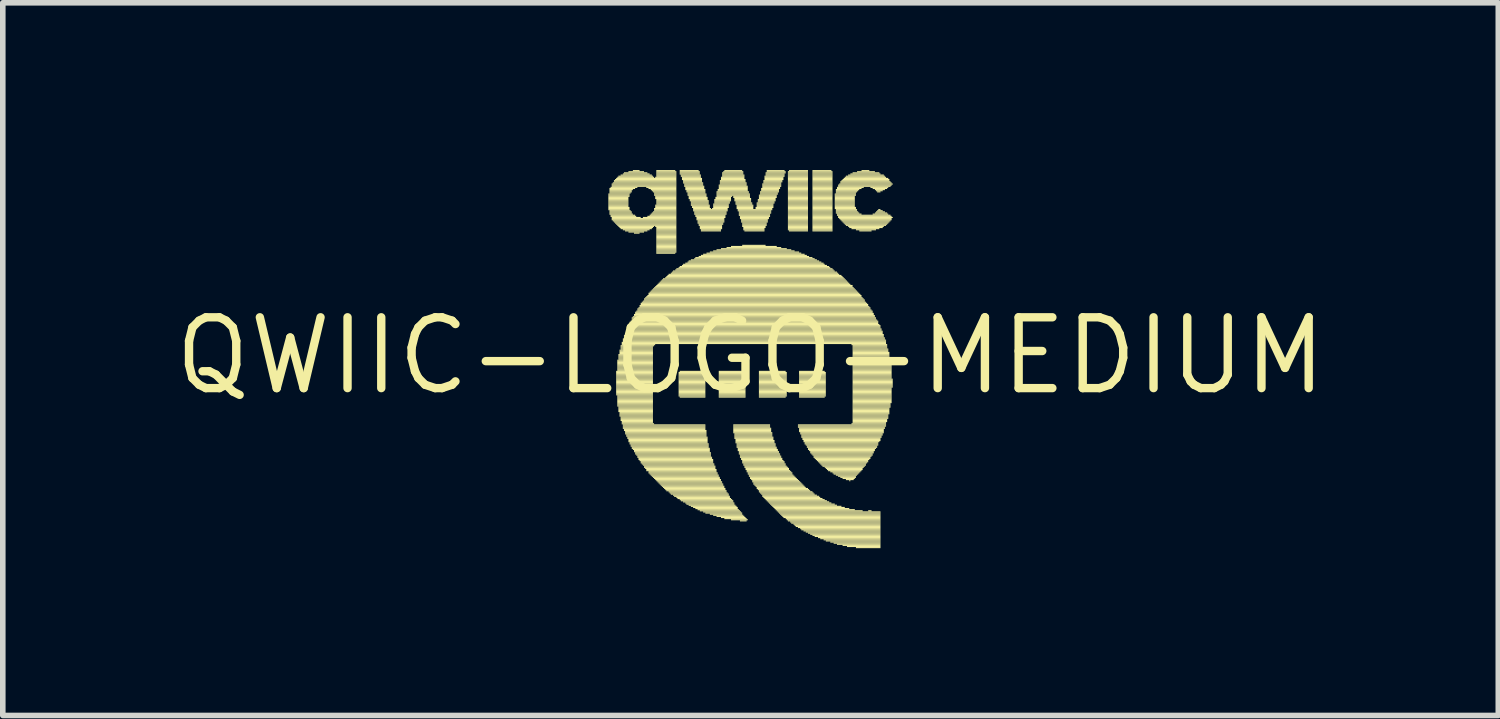
<source format=kicad_pcb>
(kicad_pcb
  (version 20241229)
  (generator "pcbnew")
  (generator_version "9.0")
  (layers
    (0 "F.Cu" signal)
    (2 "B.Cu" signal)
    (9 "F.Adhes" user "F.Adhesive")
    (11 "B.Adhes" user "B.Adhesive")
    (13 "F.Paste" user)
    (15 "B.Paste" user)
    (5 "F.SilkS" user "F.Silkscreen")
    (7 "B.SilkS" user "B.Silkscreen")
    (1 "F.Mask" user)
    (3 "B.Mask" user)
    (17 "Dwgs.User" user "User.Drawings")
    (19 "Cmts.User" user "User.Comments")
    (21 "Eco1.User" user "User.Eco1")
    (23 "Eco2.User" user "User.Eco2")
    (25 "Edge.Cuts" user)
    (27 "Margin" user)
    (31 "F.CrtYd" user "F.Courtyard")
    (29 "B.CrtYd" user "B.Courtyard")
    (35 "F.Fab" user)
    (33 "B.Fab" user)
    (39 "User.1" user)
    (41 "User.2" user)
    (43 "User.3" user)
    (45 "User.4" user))
  (footprint "QWIIC-LOGO-MEDIUM"
    (layer "F.Cu")
    (at 10.409 3.33)
    (property "Reference" "QWIIC-LOGO-MEDIUM" (at 0 0 0) (layer "F.SilkS") (effects (font (size 1.27 1.27) (thickness 0.15))))
    (attr through_hole)
    (fp_poly (pts (xy -2.55 -2.89) (xy -2.17 -2.89) (xy -2.17 -2.91) (xy -2.55 -2.91)) (stroke (width 0) (type solid)) (fill yes) (layer "F.SilkS"))
    (fp_poly (pts (xy -2.55 -2.87) (xy -2.17 -2.87) (xy -2.17 -2.89) (xy -2.55 -2.89)) (stroke (width 0) (type solid)) (fill yes) (layer "F.SilkS"))
    (fp_poly (pts (xy -2.55 -2.85) (xy -2.17 -2.85) (xy -2.17 -2.87) (xy -2.55 -2.87)) (stroke (width 0) (type solid)) (fill yes) (layer "F.SilkS"))
    (fp_poly (pts (xy -2.55 -2.83) (xy -2.19 -2.83) (xy -2.19 -2.85) (xy -2.55 -2.85)) (stroke (width 0) (type solid)) (fill yes) (layer "F.SilkS"))
    (fp_poly (pts (xy -2.55 -2.81) (xy -2.19 -2.81) (xy -2.19 -2.83) (xy -2.55 -2.83)) (stroke (width 0) (type solid)) (fill yes) (layer "F.SilkS"))
    (fp_poly (pts (xy -2.55 -2.79) (xy -2.19 -2.79) (xy -2.19 -2.81) (xy -2.55 -2.81)) (stroke (width 0) (type solid)) (fill yes) (layer "F.SilkS"))
    (fp_poly (pts (xy -2.55 -2.77) (xy -2.19 -2.77) (xy -2.19 -2.79) (xy -2.55 -2.79)) (stroke (width 0) (type solid)) (fill yes) (layer "F.SilkS"))
    (fp_poly (pts (xy -2.55 -2.75) (xy -2.19 -2.75) (xy -2.19 -2.77) (xy -2.55 -2.77)) (stroke (width 0) (type solid)) (fill yes) (layer "F.SilkS"))
    (fp_poly (pts (xy -2.55 -2.73) (xy -2.19 -2.73) (xy -2.19 -2.75) (xy -2.55 -2.75)) (stroke (width 0) (type solid)) (fill yes) (layer "F.SilkS"))
    (fp_poly (pts (xy -2.55 -2.71) (xy -2.19 -2.71) (xy -2.19 -2.73) (xy -2.55 -2.73)) (stroke (width 0) (type solid)) (fill yes) (layer "F.SilkS"))
    (fp_poly (pts (xy -2.55 -2.69) (xy -2.19 -2.69) (xy -2.19 -2.71) (xy -2.55 -2.71)) (stroke (width 0) (type solid)) (fill yes) (layer "F.SilkS"))
    (fp_poly (pts (xy -2.55 -2.67) (xy -2.19 -2.67) (xy -2.19 -2.69) (xy -2.55 -2.69)) (stroke (width 0) (type solid)) (fill yes) (layer "F.SilkS"))
    (fp_poly (pts (xy -2.55 -2.65) (xy -2.17 -2.65) (xy -2.17 -2.67) (xy -2.55 -2.67)) (stroke (width 0) (type solid)) (fill yes) (layer "F.SilkS"))
    (fp_poly (pts (xy -2.55 -2.63) (xy -2.17 -2.63) (xy -2.17 -2.65) (xy -2.55 -2.65)) (stroke (width 0) (type solid)) (fill yes) (layer "F.SilkS"))
    (fp_poly (pts (xy -2.55 -2.61) (xy -2.17 -2.61) (xy -2.17 -2.63) (xy -2.55 -2.63)) (stroke (width 0) (type solid)) (fill yes) (layer "F.SilkS"))
    (fp_poly (pts (xy -2.53 -2.99) (xy -2.07 -2.99) (xy -2.07 -3.01) (xy -2.53 -3.01)) (stroke (width 0) (type solid)) (fill yes) (layer "F.SilkS"))
    (fp_poly (pts (xy -2.53 -2.97) (xy -2.11 -2.97) (xy -2.11 -2.99) (xy -2.53 -2.99)) (stroke (width 0) (type solid)) (fill yes) (layer "F.SilkS"))
    (fp_poly (pts (xy -2.53 -2.95) (xy -2.13 -2.95) (xy -2.13 -2.97) (xy -2.53 -2.97)) (stroke (width 0) (type solid)) (fill yes) (layer "F.SilkS"))
    (fp_poly (pts (xy -2.53 -2.93) (xy -2.13 -2.93) (xy -2.13 -2.95) (xy -2.53 -2.95)) (stroke (width 0) (type solid)) (fill yes) (layer "F.SilkS"))
    (fp_poly (pts (xy -2.53 -2.91) (xy -2.15 -2.91) (xy -2.15 -2.93) (xy -2.53 -2.93)) (stroke (width 0) (type solid)) (fill yes) (layer "F.SilkS"))
    (fp_poly (pts (xy -2.53 -2.59) (xy -2.15 -2.59) (xy -2.15 -2.61) (xy -2.53 -2.61)) (stroke (width 0) (type solid)) (fill yes) (layer "F.SilkS"))
    (fp_poly (pts (xy -2.53 -2.57) (xy -2.13 -2.57) (xy -2.13 -2.59) (xy -2.53 -2.59)) (stroke (width 0) (type solid)) (fill yes) (layer "F.SilkS"))
    (fp_poly (pts (xy -2.53 -2.55) (xy -2.13 -2.55) (xy -2.13 -2.57) (xy -2.53 -2.57)) (stroke (width 0) (type solid)) (fill yes) (layer "F.SilkS"))
    (fp_poly (pts (xy -2.53 -2.53) (xy -2.11 -2.53) (xy -2.11 -2.55) (xy -2.53 -2.55)) (stroke (width 0) (type solid)) (fill yes) (layer "F.SilkS"))
    (fp_poly (pts (xy -2.51 -3.01) (xy -2.03 -3.01) (xy -2.03 -3.03) (xy -2.51 -3.03)) (stroke (width 0) (type solid)) (fill yes) (layer "F.SilkS"))
    (fp_poly (pts (xy -2.51 -2.51) (xy -2.07 -2.51) (xy -2.07 -2.53) (xy -2.51 -2.53)) (stroke (width 0) (type solid)) (fill yes) (layer "F.SilkS"))
    (fp_poly (pts (xy -2.51 -2.49) (xy -2.05 -2.49) (xy -2.05 -2.51) (xy -2.51 -2.51)) (stroke (width 0) (type solid)) (fill yes) (layer "F.SilkS"))
    (fp_poly (pts (xy -2.49 -3.07) (xy -1.33 -3.07) (xy -1.33 -3.09) (xy -2.49 -3.09)) (stroke (width 0) (type solid)) (fill yes) (layer "F.SilkS"))
    (fp_poly (pts (xy -2.49 -3.05) (xy -1.33 -3.05) (xy -1.33 -3.07) (xy -2.49 -3.07)) (stroke (width 0) (type solid)) (fill yes) (layer "F.SilkS"))
    (fp_poly (pts (xy -2.49 -3.03) (xy -1.33 -3.03) (xy -1.33 -3.05) (xy -2.49 -3.05)) (stroke (width 0) (type solid)) (fill yes) (layer "F.SilkS"))
    (fp_poly (pts (xy -2.49 -2.47) (xy -1.97 -2.47) (xy -1.97 -2.49) (xy -2.49 -2.49)) (stroke (width 0) (type solid)) (fill yes) (layer "F.SilkS"))
    (fp_poly (pts (xy -2.49 -2.45) (xy -1.33 -2.45) (xy -1.33 -2.47) (xy -2.49 -2.47)) (stroke (width 0) (type solid)) (fill yes) (layer "F.SilkS"))
    (fp_poly (pts (xy -2.49 -2.43) (xy -1.33 -2.43) (xy -1.33 -2.45) (xy -2.49 -2.45)) (stroke (width 0) (type solid)) (fill yes) (layer "F.SilkS"))
    (fp_poly (pts (xy -2.47 -3.09) (xy -1.33 -3.09) (xy -1.33 -3.11) (xy -2.47 -3.11)) (stroke (width 0) (type solid)) (fill yes) (layer "F.SilkS"))
    (fp_poly (pts (xy -2.47 -2.41) (xy -1.33 -2.41) (xy -1.33 -2.43) (xy -2.47 -2.43)) (stroke (width 0) (type solid)) (fill yes) (layer "F.SilkS"))
    (fp_poly (pts (xy -2.45 -3.13) (xy -1.33 -3.13) (xy -1.33 -3.15) (xy -2.45 -3.15)) (stroke (width 0) (type solid)) (fill yes) (layer "F.SilkS"))
    (fp_poly (pts (xy -2.45 -3.11) (xy -1.33 -3.11) (xy -1.33 -3.13) (xy -2.45 -3.13)) (stroke (width 0) (type solid)) (fill yes) (layer "F.SilkS"))
    (fp_poly (pts (xy -2.45 -2.39) (xy -1.33 -2.39) (xy -1.33 -2.41) (xy -2.45 -2.41)) (stroke (width 0) (type solid)) (fill yes) (layer "F.SilkS"))
    (fp_poly (pts (xy -2.43 -3.15) (xy -1.33 -3.15) (xy -1.33 -3.17) (xy -2.43 -3.17)) (stroke (width 0) (type solid)) (fill yes) (layer "F.SilkS"))
    (fp_poly (pts (xy -2.43 -2.37) (xy -1.33 -2.37) (xy -1.33 -2.39) (xy -2.43 -2.39)) (stroke (width 0) (type solid)) (fill yes) (layer "F.SilkS"))
    (fp_poly (pts (xy -2.41 -3.17) (xy -1.33 -3.17) (xy -1.33 -3.19) (xy -2.41 -3.19)) (stroke (width 0) (type solid)) (fill yes) (layer "F.SilkS"))
    (fp_poly (pts (xy -2.41 -2.35) (xy -1.33 -2.35) (xy -1.33 -2.37) (xy -2.41 -2.37)) (stroke (width 0) (type solid)) (fill yes) (layer "F.SilkS"))
    (fp_poly (pts (xy -2.41 0.29) (xy -1.75 0.29) (xy -1.75 0.27) (xy -2.41 0.27)) (stroke (width 0) (type solid)) (fill yes) (layer "F.SilkS"))
    (fp_poly (pts (xy -2.41 0.31) (xy -1.75 0.31) (xy -1.75 0.29) (xy -2.41 0.29)) (stroke (width 0) (type solid)) (fill yes) (layer "F.SilkS"))
    (fp_poly (pts (xy -2.41 0.33) (xy -1.75 0.33) (xy -1.75 0.31) (xy -2.41 0.31)) (stroke (width 0) (type solid)) (fill yes) (layer "F.SilkS"))
    (fp_poly (pts (xy -2.41 0.35) (xy -1.75 0.35) (xy -1.75 0.33) (xy -2.41 0.33)) (stroke (width 0) (type solid)) (fill yes) (layer "F.SilkS"))
    (fp_poly (pts (xy -2.41 0.37) (xy -1.75 0.37) (xy -1.75 0.35) (xy -2.41 0.35)) (stroke (width 0) (type solid)) (fill yes) (layer "F.SilkS"))
    (fp_poly (pts (xy -2.41 0.39) (xy -1.75 0.39) (xy -1.75 0.37) (xy -2.41 0.37)) (stroke (width 0) (type solid)) (fill yes) (layer "F.SilkS"))
    (fp_poly (pts (xy -2.41 0.41) (xy -1.75 0.41) (xy -1.75 0.39) (xy -2.41 0.39)) (stroke (width 0) (type solid)) (fill yes) (layer "F.SilkS"))
    (fp_poly (pts (xy -2.41 0.43) (xy -1.75 0.43) (xy -1.75 0.41) (xy -2.41 0.41)) (stroke (width 0) (type solid)) (fill yes) (layer "F.SilkS"))
    (fp_poly (pts (xy -2.41 0.45) (xy -1.75 0.45) (xy -1.75 0.43) (xy -2.41 0.43)) (stroke (width 0) (type solid)) (fill yes) (layer "F.SilkS"))
    (fp_poly (pts (xy -2.41 0.47) (xy -1.75 0.47) (xy -1.75 0.45) (xy -2.41 0.45)) (stroke (width 0) (type solid)) (fill yes) (layer "F.SilkS"))
    (fp_poly (pts (xy -2.41 0.49) (xy -1.75 0.49) (xy -1.75 0.47) (xy -2.41 0.47)) (stroke (width 0) (type solid)) (fill yes) (layer "F.SilkS"))
    (fp_poly (pts (xy -2.41 0.51) (xy -1.75 0.51) (xy -1.75 0.49) (xy -2.41 0.49)) (stroke (width 0) (type solid)) (fill yes) (layer "F.SilkS"))
    (fp_poly (pts (xy -2.41 0.53) (xy -1.75 0.53) (xy -1.75 0.51) (xy -2.41 0.51)) (stroke (width 0) (type solid)) (fill yes) (layer "F.SilkS"))
    (fp_poly (pts (xy -2.41 0.55) (xy -1.75 0.55) (xy -1.75 0.53) (xy -2.41 0.53)) (stroke (width 0) (type solid)) (fill yes) (layer "F.SilkS"))
    (fp_poly (pts (xy -2.41 0.57) (xy -1.75 0.57) (xy -1.75 0.55) (xy -2.41 0.55)) (stroke (width 0) (type solid)) (fill yes) (layer "F.SilkS"))
    (fp_poly (pts (xy -2.41 0.59) (xy -1.75 0.59) (xy -1.75 0.57) (xy -2.41 0.57)) (stroke (width 0) (type solid)) (fill yes) (layer "F.SilkS"))
    (fp_poly (pts (xy -2.41 0.61) (xy -1.75 0.61) (xy -1.75 0.59) (xy -2.41 0.59)) (stroke (width 0) (type solid)) (fill yes) (layer "F.SilkS"))
    (fp_poly (pts (xy -2.41 0.63) (xy -1.75 0.63) (xy -1.75 0.61) (xy -2.41 0.61)) (stroke (width 0) (type solid)) (fill yes) (layer "F.SilkS"))
    (fp_poly (pts (xy -2.41 0.65) (xy -1.75 0.65) (xy -1.75 0.63) (xy -2.41 0.63)) (stroke (width 0) (type solid)) (fill yes) (layer "F.SilkS"))
    (fp_poly (pts (xy -2.41 0.67) (xy -1.75 0.67) (xy -1.75 0.65) (xy -2.41 0.65)) (stroke (width 0) (type solid)) (fill yes) (layer "F.SilkS"))
    (fp_poly (pts (xy -2.41 0.69) (xy -1.75 0.69) (xy -1.75 0.67) (xy -2.41 0.67)) (stroke (width 0) (type solid)) (fill yes) (layer "F.SilkS"))
    (fp_poly (pts (xy -2.41 0.71) (xy -1.75 0.71) (xy -1.75 0.69) (xy -2.41 0.69)) (stroke (width 0) (type solid)) (fill yes) (layer "F.SilkS"))
    (fp_poly (pts (xy -2.39 -3.19) (xy -1.73 -3.19) (xy -1.73 -3.21) (xy -2.39 -3.21)) (stroke (width 0) (type solid)) (fill yes) (layer "F.SilkS"))
    (fp_poly (pts (xy -2.39 -2.33) (xy -1.33 -2.33) (xy -1.33 -2.35) (xy -2.39 -2.35)) (stroke (width 0) (type solid)) (fill yes) (layer "F.SilkS"))
    (fp_poly (pts (xy -2.39 0.09) (xy -1.75 0.09) (xy -1.75 0.07) (xy -2.39 0.07)) (stroke (width 0) (type solid)) (fill yes) (layer "F.SilkS"))
    (fp_poly (pts (xy -2.39 0.11) (xy -1.75 0.11) (xy -1.75 0.09) (xy -2.39 0.09)) (stroke (width 0) (type solid)) (fill yes) (layer "F.SilkS"))
    (fp_poly (pts (xy -2.39 0.13) (xy -1.75 0.13) (xy -1.75 0.11) (xy -2.39 0.11)) (stroke (width 0) (type solid)) (fill yes) (layer "F.SilkS"))
    (fp_poly (pts (xy -2.39 0.15) (xy -1.75 0.15) (xy -1.75 0.13) (xy -2.39 0.13)) (stroke (width 0) (type solid)) (fill yes) (layer "F.SilkS"))
    (fp_poly (pts (xy -2.39 0.17) (xy -1.75 0.17) (xy -1.75 0.15) (xy -2.39 0.15)) (stroke (width 0) (type solid)) (fill yes) (layer "F.SilkS"))
    (fp_poly (pts (xy -2.39 0.19) (xy -1.75 0.19) (xy -1.75 0.17) (xy -2.39 0.17)) (stroke (width 0) (type solid)) (fill yes) (layer "F.SilkS"))
    (fp_poly (pts (xy -2.39 0.21) (xy -1.75 0.21) (xy -1.75 0.19) (xy -2.39 0.19)) (stroke (width 0) (type solid)) (fill yes) (layer "F.SilkS"))
    (fp_poly (pts (xy -2.39 0.23) (xy -1.75 0.23) (xy -1.75 0.21) (xy -2.39 0.21)) (stroke (width 0) (type solid)) (fill yes) (layer "F.SilkS"))
    (fp_poly (pts (xy -2.39 0.25) (xy -1.75 0.25) (xy -1.75 0.23) (xy -2.39 0.23)) (stroke (width 0) (type solid)) (fill yes) (layer "F.SilkS"))
    (fp_poly (pts (xy -2.39 0.27) (xy -1.75 0.27) (xy -1.75 0.25) (xy -2.39 0.25)) (stroke (width 0) (type solid)) (fill yes) (layer "F.SilkS"))
    (fp_poly (pts (xy -2.39 0.73) (xy -1.75 0.73) (xy -1.75 0.71) (xy -2.39 0.71)) (stroke (width 0) (type solid)) (fill yes) (layer "F.SilkS"))
    (fp_poly (pts (xy -2.39 0.75) (xy -1.75 0.75) (xy -1.75 0.73) (xy -2.39 0.73)) (stroke (width 0) (type solid)) (fill yes) (layer "F.SilkS"))
    (fp_poly (pts (xy -2.39 0.77) (xy -1.75 0.77) (xy -1.75 0.75) (xy -2.39 0.75)) (stroke (width 0) (type solid)) (fill yes) (layer "F.SilkS"))
    (fp_poly (pts (xy -2.39 0.79) (xy -1.75 0.79) (xy -1.75 0.77) (xy -2.39 0.77)) (stroke (width 0) (type solid)) (fill yes) (layer "F.SilkS"))
    (fp_poly (pts (xy -2.39 0.81) (xy -1.75 0.81) (xy -1.75 0.79) (xy -2.39 0.79)) (stroke (width 0) (type solid)) (fill yes) (layer "F.SilkS"))
    (fp_poly (pts (xy -2.39 0.83) (xy -1.75 0.83) (xy -1.75 0.81) (xy -2.39 0.81)) (stroke (width 0) (type solid)) (fill yes) (layer "F.SilkS"))
    (fp_poly (pts (xy -2.39 0.85) (xy -1.75 0.85) (xy -1.75 0.83) (xy -2.39 0.83)) (stroke (width 0) (type solid)) (fill yes) (layer "F.SilkS"))
    (fp_poly (pts (xy -2.39 0.87) (xy -1.75 0.87) (xy -1.75 0.85) (xy -2.39 0.85)) (stroke (width 0) (type solid)) (fill yes) (layer "F.SilkS"))
    (fp_poly (pts (xy -2.39 0.89) (xy -1.75 0.89) (xy -1.75 0.87) (xy -2.39 0.87)) (stroke (width 0) (type solid)) (fill yes) (layer "F.SilkS"))
    (fp_poly (pts (xy -2.39 0.91) (xy -1.75 0.91) (xy -1.75 0.89) (xy -2.39 0.89)) (stroke (width 0) (type solid)) (fill yes) (layer "F.SilkS"))
    (fp_poly (pts (xy -2.37 -3.21) (xy -1.75 -3.21) (xy -1.75 -3.23) (xy -2.37 -3.23)) (stroke (width 0) (type solid)) (fill yes) (layer "F.SilkS"))
    (fp_poly (pts (xy -2.37 -2.31) (xy -1.73 -2.31) (xy -1.73 -2.33) (xy -2.37 -2.33)) (stroke (width 0) (type solid)) (fill yes) (layer "F.SilkS"))
    (fp_poly (pts (xy -2.37 -0.01) (xy -1.75 -0.01) (xy -1.75 -0.03) (xy -2.37 -0.03)) (stroke (width 0) (type solid)) (fill yes) (layer "F.SilkS"))
    (fp_poly (pts (xy -2.37 0.01) (xy -1.75 0.01) (xy -1.75 -0.01) (xy -2.37 -0.01)) (stroke (width 0) (type solid)) (fill yes) (layer "F.SilkS"))
    (fp_poly (pts (xy -2.37 0.03) (xy -1.75 0.03) (xy -1.75 0.01) (xy -2.37 0.01)) (stroke (width 0) (type solid)) (fill yes) (layer "F.SilkS"))
    (fp_poly (pts (xy -2.37 0.05) (xy -1.75 0.05) (xy -1.75 0.03) (xy -2.37 0.03)) (stroke (width 0) (type solid)) (fill yes) (layer "F.SilkS"))
    (fp_poly (pts (xy -2.37 0.07) (xy -1.75 0.07) (xy -1.75 0.05) (xy -2.37 0.05)) (stroke (width 0) (type solid)) (fill yes) (layer "F.SilkS"))
    (fp_poly (pts (xy -2.37 0.93) (xy -1.75 0.93) (xy -1.75 0.91) (xy -2.37 0.91)) (stroke (width 0) (type solid)) (fill yes) (layer "F.SilkS"))
    (fp_poly (pts (xy -2.37 0.95) (xy -1.75 0.95) (xy -1.75 0.93) (xy -2.37 0.93)) (stroke (width 0) (type solid)) (fill yes) (layer "F.SilkS"))
    (fp_poly (pts (xy -2.37 0.97) (xy -1.75 0.97) (xy -1.75 0.95) (xy -2.37 0.95)) (stroke (width 0) (type solid)) (fill yes) (layer "F.SilkS"))
    (fp_poly (pts (xy -2.37 0.99) (xy -1.75 0.99) (xy -1.75 0.97) (xy -2.37 0.97)) (stroke (width 0) (type solid)) (fill yes) (layer "F.SilkS"))
    (fp_poly (pts (xy -2.37 1.01) (xy -1.75 1.01) (xy -1.75 0.99) (xy -2.37 0.99)) (stroke (width 0) (type solid)) (fill yes) (layer "F.SilkS"))
    (fp_poly (pts (xy -2.35 -2.29) (xy -1.75 -2.29) (xy -1.75 -2.31) (xy -2.35 -2.31)) (stroke (width 0) (type solid)) (fill yes) (layer "F.SilkS"))
    (fp_poly (pts (xy -2.35 -0.09) (xy -1.75 -0.09) (xy -1.75 -0.11) (xy -2.35 -0.11)) (stroke (width 0) (type solid)) (fill yes) (layer "F.SilkS"))
    (fp_poly (pts (xy -2.35 -0.07) (xy -1.75 -0.07) (xy -1.75 -0.09) (xy -2.35 -0.09)) (stroke (width 0) (type solid)) (fill yes) (layer "F.SilkS"))
    (fp_poly (pts (xy -2.35 -0.05) (xy -1.75 -0.05) (xy -1.75 -0.07) (xy -2.35 -0.07)) (stroke (width 0) (type solid)) (fill yes) (layer "F.SilkS"))
    (fp_poly (pts (xy -2.35 -0.03) (xy -1.75 -0.03) (xy -1.75 -0.05) (xy -2.35 -0.05)) (stroke (width 0) (type solid)) (fill yes) (layer "F.SilkS"))
    (fp_poly (pts (xy -2.35 1.03) (xy -1.75 1.03) (xy -1.75 1.01) (xy -2.35 1.01)) (stroke (width 0) (type solid)) (fill yes) (layer "F.SilkS"))
    (fp_poly (pts (xy -2.35 1.05) (xy -1.75 1.05) (xy -1.75 1.03) (xy -2.35 1.03)) (stroke (width 0) (type solid)) (fill yes) (layer "F.SilkS"))
    (fp_poly (pts (xy -2.35 1.07) (xy -1.75 1.07) (xy -1.75 1.05) (xy -2.35 1.05)) (stroke (width 0) (type solid)) (fill yes) (layer "F.SilkS"))
    (fp_poly (pts (xy -2.35 1.09) (xy -1.75 1.09) (xy -1.75 1.07) (xy -2.35 1.07)) (stroke (width 0) (type solid)) (fill yes) (layer "F.SilkS"))
    (fp_poly (pts (xy -2.33 -3.23) (xy -1.77 -3.23) (xy -1.77 -3.25) (xy -2.33 -3.25)) (stroke (width 0) (type solid)) (fill yes) (layer "F.SilkS"))
    (fp_poly (pts (xy -2.33 -2.27) (xy -1.77 -2.27) (xy -1.77 -2.29) (xy -2.33 -2.29)) (stroke (width 0) (type solid)) (fill yes) (layer "F.SilkS"))
    (fp_poly (pts (xy -2.33 -0.17) (xy -1.73 -0.17) (xy -1.73 -0.19) (xy -2.33 -0.19)) (stroke (width 0) (type solid)) (fill yes) (layer "F.SilkS"))
    (fp_poly (pts (xy -2.33 -0.15) (xy -1.75 -0.15) (xy -1.75 -0.17) (xy -2.33 -0.17)) (stroke (width 0) (type solid)) (fill yes) (layer "F.SilkS"))
    (fp_poly (pts (xy -2.33 -0.13) (xy -1.75 -0.13) (xy -1.75 -0.15) (xy -2.33 -0.15)) (stroke (width 0) (type solid)) (fill yes) (layer "F.SilkS"))
    (fp_poly (pts (xy -2.33 -0.11) (xy -1.75 -0.11) (xy -1.75 -0.13) (xy -2.33 -0.13)) (stroke (width 0) (type solid)) (fill yes) (layer "F.SilkS"))
    (fp_poly (pts (xy -2.33 1.11) (xy -1.75 1.11) (xy -1.75 1.09) (xy -2.33 1.09)) (stroke (width 0) (type solid)) (fill yes) (layer "F.SilkS"))
    (fp_poly (pts (xy -2.33 1.13) (xy -1.75 1.13) (xy -1.75 1.11) (xy -2.33 1.11)) (stroke (width 0) (type solid)) (fill yes) (layer "F.SilkS"))
    (fp_poly (pts (xy -2.33 1.15) (xy -1.75 1.15) (xy -1.75 1.13) (xy -2.33 1.13)) (stroke (width 0) (type solid)) (fill yes) (layer "F.SilkS"))
    (fp_poly (pts (xy -2.33 1.17) (xy -1.75 1.17) (xy -1.75 1.15) (xy -2.33 1.15)) (stroke (width 0) (type solid)) (fill yes) (layer "F.SilkS"))
    (fp_poly (pts (xy -2.31 -0.23) (xy 2.43 -0.23) (xy 2.43 -0.25) (xy -2.31 -0.25)) (stroke (width 0) (type solid)) (fill yes) (layer "F.SilkS"))
    (fp_poly (pts (xy -2.31 -0.21) (xy 2.43 -0.21) (xy 2.43 -0.23) (xy -2.31 -0.23)) (stroke (width 0) (type solid)) (fill yes) (layer "F.SilkS"))
    (fp_poly (pts (xy -2.31 -0.19) (xy -1.71 -0.19) (xy -1.71 -0.21) (xy -2.31 -0.21)) (stroke (width 0) (type solid)) (fill yes) (layer "F.SilkS"))
    (fp_poly (pts (xy -2.31 1.19) (xy -1.75 1.19) (xy -1.75 1.17) (xy -2.31 1.17)) (stroke (width 0) (type solid)) (fill yes) (layer "F.SilkS"))
    (fp_poly (pts (xy -2.31 1.21) (xy -1.75 1.21) (xy -1.75 1.19) (xy -2.31 1.19)) (stroke (width 0) (type solid)) (fill yes) (layer "F.SilkS"))
    (fp_poly (pts (xy -2.31 1.23) (xy -1.73 1.23) (xy -1.73 1.21) (xy -2.31 1.21)) (stroke (width 0) (type solid)) (fill yes) (layer "F.SilkS"))
    (fp_poly (pts (xy -2.29 -3.25) (xy -1.81 -3.25) (xy -1.81 -3.27) (xy -2.29 -3.27)) (stroke (width 0) (type solid)) (fill yes) (layer "F.SilkS"))
    (fp_poly (pts (xy -2.29 -2.25) (xy -1.81 -2.25) (xy -1.81 -2.27) (xy -2.29 -2.27)) (stroke (width 0) (type solid)) (fill yes) (layer "F.SilkS"))
    (fp_poly (pts (xy -2.29 -0.29) (xy 2.41 -0.29) (xy 2.41 -0.31) (xy -2.29 -0.31)) (stroke (width 0) (type solid)) (fill yes) (layer "F.SilkS"))
    (fp_poly (pts (xy -2.29 -0.27) (xy 2.43 -0.27) (xy 2.43 -0.29) (xy -2.29 -0.29)) (stroke (width 0) (type solid)) (fill yes) (layer "F.SilkS"))
    (fp_poly (pts (xy -2.29 -0.25) (xy 2.43 -0.25) (xy 2.43 -0.27) (xy -2.29 -0.27)) (stroke (width 0) (type solid)) (fill yes) (layer "F.SilkS"))
    (fp_poly (pts (xy -2.29 1.25) (xy -0.81 1.25) (xy -0.81 1.23) (xy -2.29 1.23)) (stroke (width 0) (type solid)) (fill yes) (layer "F.SilkS"))
    (fp_poly (pts (xy -2.29 1.27) (xy -0.81 1.27) (xy -0.81 1.25) (xy -2.29 1.25)) (stroke (width 0) (type solid)) (fill yes) (layer "F.SilkS"))
    (fp_poly (pts (xy -2.29 1.29) (xy -0.81 1.29) (xy -0.81 1.27) (xy -2.29 1.27)) (stroke (width 0) (type solid)) (fill yes) (layer "F.SilkS"))
    (fp_poly (pts (xy -2.29 1.31) (xy -0.81 1.31) (xy -0.81 1.29) (xy -2.29 1.29)) (stroke (width 0) (type solid)) (fill yes) (layer "F.SilkS"))
    (fp_poly (pts (xy -2.27 -3.27) (xy -1.85 -3.27) (xy -1.85 -3.29) (xy -2.27 -3.29)) (stroke (width 0) (type solid)) (fill yes) (layer "F.SilkS"))
    (fp_poly (pts (xy -2.27 -0.35) (xy 2.39 -0.35) (xy 2.39 -0.37) (xy -2.27 -0.37)) (stroke (width 0) (type solid)) (fill yes) (layer "F.SilkS"))
    (fp_poly (pts (xy -2.27 -0.33) (xy 2.39 -0.33) (xy 2.39 -0.35) (xy -2.27 -0.35)) (stroke (width 0) (type solid)) (fill yes) (layer "F.SilkS"))
    (fp_poly (pts (xy -2.27 -0.31) (xy 2.41 -0.31) (xy 2.41 -0.33) (xy -2.27 -0.33)) (stroke (width 0) (type solid)) (fill yes) (layer "F.SilkS"))
    (fp_poly (pts (xy -2.27 1.33) (xy -0.81 1.33) (xy -0.81 1.31) (xy -2.27 1.31)) (stroke (width 0) (type solid)) (fill yes) (layer "F.SilkS"))
    (fp_poly (pts (xy -2.27 1.35) (xy -0.79 1.35) (xy -0.79 1.33) (xy -2.27 1.33)) (stroke (width 0) (type solid)) (fill yes) (layer "F.SilkS"))
    (fp_poly (pts (xy -2.25 -2.23) (xy -1.85 -2.23) (xy -1.85 -2.25) (xy -2.25 -2.25)) (stroke (width 0) (type solid)) (fill yes) (layer "F.SilkS"))
    (fp_poly (pts (xy -2.25 -0.39) (xy 2.37 -0.39) (xy 2.37 -0.41) (xy -2.25 -0.41)) (stroke (width 0) (type solid)) (fill yes) (layer "F.SilkS"))
    (fp_poly (pts (xy -2.25 -0.37) (xy 2.39 -0.37) (xy 2.39 -0.39) (xy -2.25 -0.39)) (stroke (width 0) (type solid)) (fill yes) (layer "F.SilkS"))
    (fp_poly (pts (xy -2.25 1.37) (xy -0.79 1.37) (xy -0.79 1.35) (xy -2.25 1.35)) (stroke (width 0) (type solid)) (fill yes) (layer "F.SilkS"))
    (fp_poly (pts (xy -2.25 1.39) (xy -0.79 1.39) (xy -0.79 1.37) (xy -2.25 1.37)) (stroke (width 0) (type solid)) (fill yes) (layer "F.SilkS"))
    (fp_poly (pts (xy -2.25 1.41) (xy -0.79 1.41) (xy -0.79 1.39) (xy -2.25 1.39)) (stroke (width 0) (type solid)) (fill yes) (layer "F.SilkS"))
    (fp_poly (pts (xy -2.23 -0.45) (xy 2.35 -0.45) (xy 2.35 -0.47) (xy -2.23 -0.47)) (stroke (width 0) (type solid)) (fill yes) (layer "F.SilkS"))
    (fp_poly (pts (xy -2.23 -0.43) (xy 2.37 -0.43) (xy 2.37 -0.45) (xy -2.23 -0.45)) (stroke (width 0) (type solid)) (fill yes) (layer "F.SilkS"))
    (fp_poly (pts (xy -2.23 -0.41) (xy 2.37 -0.41) (xy 2.37 -0.43) (xy -2.23 -0.43)) (stroke (width 0) (type solid)) (fill yes) (layer "F.SilkS"))
    (fp_poly (pts (xy -2.23 1.43) (xy -0.79 1.43) (xy -0.79 1.41) (xy -2.23 1.41)) (stroke (width 0) (type solid)) (fill yes) (layer "F.SilkS"))
    (fp_poly (pts (xy -2.23 1.45) (xy -0.79 1.45) (xy -0.79 1.43) (xy -2.23 1.43)) (stroke (width 0) (type solid)) (fill yes) (layer "F.SilkS"))
    (fp_poly (pts (xy -2.21 -0.49) (xy 2.33 -0.49) (xy 2.33 -0.51) (xy -2.21 -0.51)) (stroke (width 0) (type solid)) (fill yes) (layer "F.SilkS"))
    (fp_poly (pts (xy -2.21 -0.47) (xy 2.35 -0.47) (xy 2.35 -0.49) (xy -2.21 -0.49)) (stroke (width 0) (type solid)) (fill yes) (layer "F.SilkS"))
    (fp_poly (pts (xy -2.21 1.47) (xy -0.77 1.47) (xy -0.77 1.45) (xy -2.21 1.45)) (stroke (width 0) (type solid)) (fill yes) (layer "F.SilkS"))
    (fp_poly (pts (xy -2.21 1.49) (xy -0.77 1.49) (xy -0.77 1.47) (xy -2.21 1.47)) (stroke (width 0) (type solid)) (fill yes) (layer "F.SilkS"))
    (fp_poly (pts (xy -2.19 -3.29) (xy -1.91 -3.29) (xy -1.91 -3.31) (xy -2.19 -3.31)) (stroke (width 0) (type solid)) (fill yes) (layer "F.SilkS"))
    (fp_poly (pts (xy -2.19 -2.21) (xy -1.91 -2.21) (xy -1.91 -2.23) (xy -2.19 -2.23)) (stroke (width 0) (type solid)) (fill yes) (layer "F.SilkS"))
    (fp_poly (pts (xy -2.19 -0.55) (xy 2.31 -0.55) (xy 2.31 -0.57) (xy -2.19 -0.57)) (stroke (width 0) (type solid)) (fill yes) (layer "F.SilkS"))
    (fp_poly (pts (xy -2.19 -0.53) (xy 2.33 -0.53) (xy 2.33 -0.55) (xy -2.19 -0.55)) (stroke (width 0) (type solid)) (fill yes) (layer "F.SilkS"))
    (fp_poly (pts (xy -2.19 -0.51) (xy 2.33 -0.51) (xy 2.33 -0.53) (xy -2.19 -0.53)) (stroke (width 0) (type solid)) (fill yes) (layer "F.SilkS"))
    (fp_poly (pts (xy -2.19 1.51) (xy -0.77 1.51) (xy -0.77 1.49) (xy -2.19 1.49)) (stroke (width 0) (type solid)) (fill yes) (layer "F.SilkS"))
    (fp_poly (pts (xy -2.19 1.53) (xy -0.77 1.53) (xy -0.77 1.51) (xy -2.19 1.51)) (stroke (width 0) (type solid)) (fill yes) (layer "F.SilkS"))
    (fp_poly (pts (xy -2.19 1.55) (xy -0.77 1.55) (xy -0.77 1.53) (xy -2.19 1.53)) (stroke (width 0) (type solid)) (fill yes) (layer "F.SilkS"))
    (fp_poly (pts (xy -2.17 -0.59) (xy 2.29 -0.59) (xy 2.29 -0.61) (xy -2.17 -0.61)) (stroke (width 0) (type solid)) (fill yes) (layer "F.SilkS"))
    (fp_poly (pts (xy -2.17 -0.57) (xy 2.29 -0.57) (xy 2.29 -0.59) (xy -2.17 -0.59)) (stroke (width 0) (type solid)) (fill yes) (layer "F.SilkS"))
    (fp_poly (pts (xy -2.17 1.57) (xy -0.77 1.57) (xy -0.77 1.55) (xy -2.17 1.55)) (stroke (width 0) (type solid)) (fill yes) (layer "F.SilkS"))
    (fp_poly (pts (xy -2.17 1.59) (xy -0.75 1.59) (xy -0.75 1.57) (xy -2.17 1.57)) (stroke (width 0) (type solid)) (fill yes) (layer "F.SilkS"))
    (fp_poly (pts (xy -2.15 -0.61) (xy 2.29 -0.61) (xy 2.29 -0.63) (xy -2.15 -0.63)) (stroke (width 0) (type solid)) (fill yes) (layer "F.SilkS"))
    (fp_poly (pts (xy -2.15 1.61) (xy -0.75 1.61) (xy -0.75 1.59) (xy -2.15 1.59)) (stroke (width 0) (type solid)) (fill yes) (layer "F.SilkS"))
    (fp_poly (pts (xy -2.15 1.63) (xy -0.75 1.63) (xy -0.75 1.61) (xy -2.15 1.61)) (stroke (width 0) (type solid)) (fill yes) (layer "F.SilkS"))
    (fp_poly (pts (xy -2.13 -0.67) (xy 2.25 -0.67) (xy 2.25 -0.69) (xy -2.13 -0.69)) (stroke (width 0) (type solid)) (fill yes) (layer "F.SilkS"))
    (fp_poly (pts (xy -2.13 -0.65) (xy 2.25 -0.65) (xy 2.25 -0.67) (xy -2.13 -0.67)) (stroke (width 0) (type solid)) (fill yes) (layer "F.SilkS"))
    (fp_poly (pts (xy -2.13 -0.63) (xy 2.27 -0.63) (xy 2.27 -0.65) (xy -2.13 -0.65)) (stroke (width 0) (type solid)) (fill yes) (layer "F.SilkS"))
    (fp_poly (pts (xy -2.13 1.65) (xy -0.75 1.65) (xy -0.75 1.63) (xy -2.13 1.63)) (stroke (width 0) (type solid)) (fill yes) (layer "F.SilkS"))
    (fp_poly (pts (xy -2.13 1.67) (xy -0.73 1.67) (xy -0.73 1.65) (xy -2.13 1.65)) (stroke (width 0) (type solid)) (fill yes) (layer "F.SilkS"))
    (fp_poly (pts (xy -2.11 -3.31) (xy -1.99 -3.31) (xy -1.99 -3.33) (xy -2.11 -3.33)) (stroke (width 0) (type solid)) (fill yes) (layer "F.SilkS"))
    (fp_poly (pts (xy -2.11 -0.69) (xy 2.23 -0.69) (xy 2.23 -0.71) (xy -2.11 -0.71)) (stroke (width 0) (type solid)) (fill yes) (layer "F.SilkS"))
    (fp_poly (pts (xy -2.11 1.69) (xy -0.73 1.69) (xy -0.73 1.67) (xy -2.11 1.67)) (stroke (width 0) (type solid)) (fill yes) (layer "F.SilkS"))
    (fp_poly (pts (xy -2.09 -2.19) (xy -1.99 -2.19) (xy -1.99 -2.21) (xy -2.09 -2.21)) (stroke (width 0) (type solid)) (fill yes) (layer "F.SilkS"))
    (fp_poly (pts (xy -2.09 -0.73) (xy 2.21 -0.73) (xy 2.21 -0.75) (xy -2.09 -0.75)) (stroke (width 0) (type solid)) (fill yes) (layer "F.SilkS"))
    (fp_poly (pts (xy -2.09 -0.71) (xy 2.23 -0.71) (xy 2.23 -0.73) (xy -2.09 -0.73)) (stroke (width 0) (type solid)) (fill yes) (layer "F.SilkS"))
    (fp_poly (pts (xy -2.09 1.71) (xy -0.73 1.71) (xy -0.73 1.69) (xy -2.09 1.69)) (stroke (width 0) (type solid)) (fill yes) (layer "F.SilkS"))
    (fp_poly (pts (xy -2.09 1.73) (xy -0.73 1.73) (xy -0.73 1.71) (xy -2.09 1.71)) (stroke (width 0) (type solid)) (fill yes) (layer "F.SilkS"))
    (fp_poly (pts (xy -2.07 -0.77) (xy 2.19 -0.77) (xy 2.19 -0.79) (xy -2.07 -0.79)) (stroke (width 0) (type solid)) (fill yes) (layer "F.SilkS"))
    (fp_poly (pts (xy -2.07 -0.75) (xy 2.21 -0.75) (xy 2.21 -0.77) (xy -2.07 -0.77)) (stroke (width 0) (type solid)) (fill yes) (layer "F.SilkS"))
    (fp_poly (pts (xy -2.07 1.75) (xy -0.71 1.75) (xy -0.71 1.73) (xy -2.07 1.73)) (stroke (width 0) (type solid)) (fill yes) (layer "F.SilkS"))
    (fp_poly (pts (xy -2.07 1.77) (xy -0.71 1.77) (xy -0.71 1.75) (xy -2.07 1.75)) (stroke (width 0) (type solid)) (fill yes) (layer "F.SilkS"))
    (fp_poly (pts (xy -2.05 -0.79) (xy 2.19 -0.79) (xy 2.19 -0.81) (xy -2.05 -0.81)) (stroke (width 0) (type solid)) (fill yes) (layer "F.SilkS"))
    (fp_poly (pts (xy -2.05 1.79) (xy -0.71 1.79) (xy -0.71 1.77) (xy -2.05 1.77)) (stroke (width 0) (type solid)) (fill yes) (layer "F.SilkS"))
    (fp_poly (pts (xy -2.03 -0.83) (xy 2.15 -0.83) (xy 2.15 -0.85) (xy -2.03 -0.85)) (stroke (width 0) (type solid)) (fill yes) (layer "F.SilkS"))
    (fp_poly (pts (xy -2.03 -0.81) (xy 2.17 -0.81) (xy 2.17 -0.83) (xy -2.03 -0.83)) (stroke (width 0) (type solid)) (fill yes) (layer "F.SilkS"))
    (fp_poly (pts (xy -2.03 1.81) (xy -0.71 1.81) (xy -0.71 1.79) (xy -2.03 1.79)) (stroke (width 0) (type solid)) (fill yes) (layer "F.SilkS"))
    (fp_poly (pts (xy -2.03 1.83) (xy -0.69 1.83) (xy -0.69 1.81) (xy -2.03 1.81)) (stroke (width 0) (type solid)) (fill yes) (layer "F.SilkS"))
    (fp_poly (pts (xy -2.01 -0.85) (xy 2.15 -0.85) (xy 2.15 -0.87) (xy -2.01 -0.87)) (stroke (width 0) (type solid)) (fill yes) (layer "F.SilkS"))
    (fp_poly (pts (xy -2.01 1.85) (xy -0.69 1.85) (xy -0.69 1.83) (xy -2.01 1.83)) (stroke (width 0) (type solid)) (fill yes) (layer "F.SilkS"))
    (fp_poly (pts (xy -2.01 1.87) (xy -0.67 1.87) (xy -0.67 1.85) (xy -2.01 1.85)) (stroke (width 0) (type solid)) (fill yes) (layer "F.SilkS"))
    (fp_poly (pts (xy -1.99 -0.89) (xy 2.11 -0.89) (xy 2.11 -0.91) (xy -1.99 -0.91)) (stroke (width 0) (type solid)) (fill yes) (layer "F.SilkS"))
    (fp_poly (pts (xy -1.99 -0.87) (xy 2.13 -0.87) (xy 2.13 -0.89) (xy -1.99 -0.89)) (stroke (width 0) (type solid)) (fill yes) (layer "F.SilkS"))
    (fp_poly (pts (xy -1.99 1.89) (xy -0.67 1.89) (xy -0.67 1.87) (xy -1.99 1.87)) (stroke (width 0) (type solid)) (fill yes) (layer "F.SilkS"))
    (fp_poly (pts (xy -1.97 -0.93) (xy 2.09 -0.93) (xy 2.09 -0.95) (xy -1.97 -0.95)) (stroke (width 0) (type solid)) (fill yes) (layer "F.SilkS"))
    (fp_poly (pts (xy -1.97 -0.91) (xy 2.11 -0.91) (xy 2.11 -0.93) (xy -1.97 -0.93)) (stroke (width 0) (type solid)) (fill yes) (layer "F.SilkS"))
    (fp_poly (pts (xy -1.97 1.91) (xy -0.67 1.91) (xy -0.67 1.89) (xy -1.97 1.89)) (stroke (width 0) (type solid)) (fill yes) (layer "F.SilkS"))
    (fp_poly (pts (xy -1.97 1.93) (xy -0.67 1.93) (xy -0.67 1.91) (xy -1.97 1.91)) (stroke (width 0) (type solid)) (fill yes) (layer "F.SilkS"))
    (fp_poly (pts (xy -1.95 -0.95) (xy 2.07 -0.95) (xy 2.07 -0.97) (xy -1.95 -0.97)) (stroke (width 0) (type solid)) (fill yes) (layer "F.SilkS"))
    (fp_poly (pts (xy -1.95 1.95) (xy -0.65 1.95) (xy -0.65 1.93) (xy -1.95 1.93)) (stroke (width 0) (type solid)) (fill yes) (layer "F.SilkS"))
    (fp_poly (pts (xy -1.93 -2.47) (xy -1.33 -2.47) (xy -1.33 -2.49) (xy -1.93 -2.49)) (stroke (width 0) (type solid)) (fill yes) (layer "F.SilkS"))
    (fp_poly (pts (xy -1.93 -0.97) (xy 2.05 -0.97) (xy 2.05 -0.99) (xy -1.93 -0.99)) (stroke (width 0) (type solid)) (fill yes) (layer "F.SilkS"))
    (fp_poly (pts (xy -1.93 1.97) (xy -0.65 1.97) (xy -0.65 1.95) (xy -1.93 1.95)) (stroke (width 0) (type solid)) (fill yes) (layer "F.SilkS"))
    (fp_poly (pts (xy -1.91 -1.01) (xy 2.03 -1.01) (xy 2.03 -1.03) (xy -1.91 -1.03)) (stroke (width 0) (type solid)) (fill yes) (layer "F.SilkS"))
    (fp_poly (pts (xy -1.91 -0.99) (xy 2.05 -0.99) (xy 2.05 -1.01) (xy -1.91 -1.01)) (stroke (width 0) (type solid)) (fill yes) (layer "F.SilkS"))
    (fp_poly (pts (xy -1.91 1.99) (xy -0.63 1.99) (xy -0.63 1.97) (xy -1.91 1.97)) (stroke (width 0) (type solid)) (fill yes) (layer "F.SilkS"))
    (fp_poly (pts (xy -1.91 2.01) (xy -0.63 2.01) (xy -0.63 1.99) (xy -1.91 1.99)) (stroke (width 0) (type solid)) (fill yes) (layer "F.SilkS"))
    (fp_poly (pts (xy -1.89 -1.03) (xy 2.01 -1.03) (xy 2.01 -1.05) (xy -1.89 -1.05)) (stroke (width 0) (type solid)) (fill yes) (layer "F.SilkS"))
    (fp_poly (pts (xy -1.89 2.03) (xy -0.63 2.03) (xy -0.63 2.01) (xy -1.89 2.01)) (stroke (width 0) (type solid)) (fill yes) (layer "F.SilkS"))
    (fp_poly (pts (xy -1.87 -3.01) (xy -1.33 -3.01) (xy -1.33 -3.03) (xy -1.87 -3.03)) (stroke (width 0) (type solid)) (fill yes) (layer "F.SilkS"))
    (fp_poly (pts (xy -1.87 -1.05) (xy 1.99 -1.05) (xy 1.99 -1.07) (xy -1.87 -1.07)) (stroke (width 0) (type solid)) (fill yes) (layer "F.SilkS"))
    (fp_poly (pts (xy -1.87 2.05) (xy -0.61 2.05) (xy -0.61 2.03) (xy -1.87 2.03)) (stroke (width 0) (type solid)) (fill yes) (layer "F.SilkS"))
    (fp_poly (pts (xy -1.87 2.07) (xy -0.61 2.07) (xy -0.61 2.05) (xy -1.87 2.05)) (stroke (width 0) (type solid)) (fill yes) (layer "F.SilkS"))
    (fp_poly (pts (xy -1.85 -2.49) (xy -1.33 -2.49) (xy -1.33 -2.51) (xy -1.85 -2.51)) (stroke (width 0) (type solid)) (fill yes) (layer "F.SilkS"))
    (fp_poly (pts (xy -1.85 -1.07) (xy 1.99 -1.07) (xy 1.99 -1.09) (xy -1.85 -1.09)) (stroke (width 0) (type solid)) (fill yes) (layer "F.SilkS"))
    (fp_poly (pts (xy -1.83 -2.99) (xy -1.33 -2.99) (xy -1.33 -3.01) (xy -1.83 -3.01)) (stroke (width 0) (type solid)) (fill yes) (layer "F.SilkS"))
    (fp_poly (pts (xy -1.83 -1.11) (xy 1.95 -1.11) (xy 1.95 -1.13) (xy -1.83 -1.13)) (stroke (width 0) (type solid)) (fill yes) (layer "F.SilkS"))
    (fp_poly (pts (xy -1.83 -1.09) (xy 1.97 -1.09) (xy 1.97 -1.11) (xy -1.83 -1.11)) (stroke (width 0) (type solid)) (fill yes) (layer "F.SilkS"))
    (fp_poly (pts (xy -1.83 2.09) (xy -0.61 2.09) (xy -0.61 2.07) (xy -1.83 2.07)) (stroke (width 0) (type solid)) (fill yes) (layer "F.SilkS"))
    (fp_poly (pts (xy -1.83 2.11) (xy -0.59 2.11) (xy -0.59 2.09) (xy -1.83 2.09)) (stroke (width 0) (type solid)) (fill yes) (layer "F.SilkS"))
    (fp_poly (pts (xy -1.81 -2.51) (xy -1.33 -2.51) (xy -1.33 -2.53) (xy -1.81 -2.53)) (stroke (width 0) (type solid)) (fill yes) (layer "F.SilkS"))
    (fp_poly (pts (xy -1.81 -1.13) (xy 1.93 -1.13) (xy 1.93 -1.15) (xy -1.81 -1.15)) (stroke (width 0) (type solid)) (fill yes) (layer "F.SilkS"))
    (fp_poly (pts (xy -1.81 2.13) (xy -0.59 2.13) (xy -0.59 2.11) (xy -1.81 2.11)) (stroke (width 0) (type solid)) (fill yes) (layer "F.SilkS"))
    (fp_poly (pts (xy -1.79 -2.97) (xy -1.33 -2.97) (xy -1.33 -2.99) (xy -1.79 -2.99)) (stroke (width 0) (type solid)) (fill yes) (layer "F.SilkS"))
    (fp_poly (pts (xy -1.79 -2.53) (xy -1.33 -2.53) (xy -1.33 -2.55) (xy -1.79 -2.55)) (stroke (width 0) (type solid)) (fill yes) (layer "F.SilkS"))
    (fp_poly (pts (xy -1.79 -1.15) (xy 1.91 -1.15) (xy 1.91 -1.17) (xy -1.79 -1.17)) (stroke (width 0) (type solid)) (fill yes) (layer "F.SilkS"))
    (fp_poly (pts (xy -1.79 2.15) (xy -0.57 2.15) (xy -0.57 2.13) (xy -1.79 2.13)) (stroke (width 0) (type solid)) (fill yes) (layer "F.SilkS"))
    (fp_poly (pts (xy -1.77 -2.95) (xy -1.33 -2.95) (xy -1.33 -2.97) (xy -1.77 -2.97)) (stroke (width 0) (type solid)) (fill yes) (layer "F.SilkS"))
    (fp_poly (pts (xy -1.77 -2.55) (xy -1.33 -2.55) (xy -1.33 -2.57) (xy -1.77 -2.57)) (stroke (width 0) (type solid)) (fill yes) (layer "F.SilkS"))
    (fp_poly (pts (xy -1.77 -1.17) (xy 1.89 -1.17) (xy 1.89 -1.19) (xy -1.77 -1.19)) (stroke (width 0) (type solid)) (fill yes) (layer "F.SilkS"))
    (fp_poly (pts (xy -1.77 2.17) (xy -0.57 2.17) (xy -0.57 2.15) (xy -1.77 2.15)) (stroke (width 0) (type solid)) (fill yes) (layer "F.SilkS"))
    (fp_poly (pts (xy -1.75 -2.93) (xy -1.33 -2.93) (xy -1.33 -2.95) (xy -1.75 -2.95)) (stroke (width 0) (type solid)) (fill yes) (layer "F.SilkS"))
    (fp_poly (pts (xy -1.75 -2.57) (xy -1.33 -2.57) (xy -1.33 -2.59) (xy -1.75 -2.59)) (stroke (width 0) (type solid)) (fill yes) (layer "F.SilkS"))
    (fp_poly (pts (xy -1.75 -1.19) (xy 1.87 -1.19) (xy 1.87 -1.21) (xy -1.75 -1.21)) (stroke (width 0) (type solid)) (fill yes) (layer "F.SilkS"))
    (fp_poly (pts (xy -1.75 2.19) (xy -0.55 2.19) (xy -0.55 2.17) (xy -1.75 2.17)) (stroke (width 0) (type solid)) (fill yes) (layer "F.SilkS"))
    (fp_poly (pts (xy -1.73 -2.91) (xy -1.33 -2.91) (xy -1.33 -2.93) (xy -1.73 -2.93)) (stroke (width 0) (type solid)) (fill yes) (layer "F.SilkS"))
    (fp_poly (pts (xy -1.73 -2.89) (xy -1.33 -2.89) (xy -1.33 -2.91) (xy -1.73 -2.91)) (stroke (width 0) (type solid)) (fill yes) (layer "F.SilkS"))
    (fp_poly (pts (xy -1.73 -2.87) (xy -1.33 -2.87) (xy -1.33 -2.89) (xy -1.73 -2.89)) (stroke (width 0) (type solid)) (fill yes) (layer "F.SilkS"))
    (fp_poly (pts (xy -1.73 -2.63) (xy -1.33 -2.63) (xy -1.33 -2.65) (xy -1.73 -2.65)) (stroke (width 0) (type solid)) (fill yes) (layer "F.SilkS"))
    (fp_poly (pts (xy -1.73 -2.61) (xy -1.33 -2.61) (xy -1.33 -2.63) (xy -1.73 -2.63)) (stroke (width 0) (type solid)) (fill yes) (layer "F.SilkS"))
    (fp_poly (pts (xy -1.73 -2.59) (xy -1.33 -2.59) (xy -1.33 -2.61) (xy -1.73 -2.61)) (stroke (width 0) (type solid)) (fill yes) (layer "F.SilkS"))
    (fp_poly (pts (xy -1.73 -1.21) (xy 1.85 -1.21) (xy 1.85 -1.23) (xy -1.73 -1.23)) (stroke (width 0) (type solid)) (fill yes) (layer "F.SilkS"))
    (fp_poly (pts (xy -1.73 2.21) (xy -0.55 2.21) (xy -0.55 2.19) (xy -1.73 2.19)) (stroke (width 0) (type solid)) (fill yes) (layer "F.SilkS"))
    (fp_poly (pts (xy -1.71 -3.19) (xy -1.33 -3.19) (xy -1.33 -3.21) (xy -1.71 -3.21)) (stroke (width 0) (type solid)) (fill yes) (layer "F.SilkS"))
    (fp_poly (pts (xy -1.71 -2.85) (xy -1.33 -2.85) (xy -1.33 -2.87) (xy -1.71 -2.87)) (stroke (width 0) (type solid)) (fill yes) (layer "F.SilkS"))
    (fp_poly (pts (xy -1.71 -2.83) (xy -1.33 -2.83) (xy -1.33 -2.85) (xy -1.71 -2.85)) (stroke (width 0) (type solid)) (fill yes) (layer "F.SilkS"))
    (fp_poly (pts (xy -1.71 -2.81) (xy -1.33 -2.81) (xy -1.33 -2.83) (xy -1.71 -2.83)) (stroke (width 0) (type solid)) (fill yes) (layer "F.SilkS"))
    (fp_poly (pts (xy -1.71 -2.69) (xy -1.33 -2.69) (xy -1.33 -2.71) (xy -1.71 -2.71)) (stroke (width 0) (type solid)) (fill yes) (layer "F.SilkS"))
    (fp_poly (pts (xy -1.71 -2.67) (xy -1.33 -2.67) (xy -1.33 -2.69) (xy -1.71 -2.69)) (stroke (width 0) (type solid)) (fill yes) (layer "F.SilkS"))
    (fp_poly (pts (xy -1.71 -2.65) (xy -1.33 -2.65) (xy -1.33 -2.67) (xy -1.71 -2.67)) (stroke (width 0) (type solid)) (fill yes) (layer "F.SilkS"))
    (fp_poly (pts (xy -1.71 -2.31) (xy -1.33 -2.31) (xy -1.33 -2.33) (xy -1.71 -2.33)) (stroke (width 0) (type solid)) (fill yes) (layer "F.SilkS"))
    (fp_poly (pts (xy -1.71 -1.23) (xy 1.83 -1.23) (xy 1.83 -1.25) (xy -1.71 -1.25)) (stroke (width 0) (type solid)) (fill yes) (layer "F.SilkS"))
    (fp_poly (pts (xy -1.71 2.23) (xy -0.53 2.23) (xy -0.53 2.21) (xy -1.71 2.21)) (stroke (width 0) (type solid)) (fill yes) (layer "F.SilkS"))
    (fp_poly (pts (xy -1.69 -3.31) (xy -1.35 -3.31) (xy -1.35 -3.33) (xy -1.69 -3.33)) (stroke (width 0) (type solid)) (fill yes) (layer "F.SilkS"))
    (fp_poly (pts (xy -1.69 -3.29) (xy -1.33 -3.29) (xy -1.33 -3.31) (xy -1.69 -3.31)) (stroke (width 0) (type solid)) (fill yes) (layer "F.SilkS"))
    (fp_poly (pts (xy -1.69 -3.27) (xy -1.33 -3.27) (xy -1.33 -3.29) (xy -1.69 -3.29)) (stroke (width 0) (type solid)) (fill yes) (layer "F.SilkS"))
    (fp_poly (pts (xy -1.69 -3.25) (xy -1.33 -3.25) (xy -1.33 -3.27) (xy -1.69 -3.27)) (stroke (width 0) (type solid)) (fill yes) (layer "F.SilkS"))
    (fp_poly (pts (xy -1.69 -3.23) (xy -1.33 -3.23) (xy -1.33 -3.25) (xy -1.69 -3.25)) (stroke (width 0) (type solid)) (fill yes) (layer "F.SilkS"))
    (fp_poly (pts (xy -1.69 -3.21) (xy -1.33 -3.21) (xy -1.33 -3.23) (xy -1.69 -3.23)) (stroke (width 0) (type solid)) (fill yes) (layer "F.SilkS"))
    (fp_poly (pts (xy -1.69 -2.79) (xy -1.33 -2.79) (xy -1.33 -2.81) (xy -1.69 -2.81)) (stroke (width 0) (type solid)) (fill yes) (layer "F.SilkS"))
    (fp_poly (pts (xy -1.69 -2.77) (xy -1.33 -2.77) (xy -1.33 -2.79) (xy -1.69 -2.79)) (stroke (width 0) (type solid)) (fill yes) (layer "F.SilkS"))
    (fp_poly (pts (xy -1.69 -2.75) (xy -1.33 -2.75) (xy -1.33 -2.77) (xy -1.69 -2.77)) (stroke (width 0) (type solid)) (fill yes) (layer "F.SilkS"))
    (fp_poly (pts (xy -1.69 -2.73) (xy -1.33 -2.73) (xy -1.33 -2.75) (xy -1.69 -2.75)) (stroke (width 0) (type solid)) (fill yes) (layer "F.SilkS"))
    (fp_poly (pts (xy -1.69 -2.71) (xy -1.33 -2.71) (xy -1.33 -2.73) (xy -1.69 -2.73)) (stroke (width 0) (type solid)) (fill yes) (layer "F.SilkS"))
    (fp_poly (pts (xy -1.69 -2.29) (xy -1.33 -2.29) (xy -1.33 -2.31) (xy -1.69 -2.31)) (stroke (width 0) (type solid)) (fill yes) (layer "F.SilkS"))
    (fp_poly (pts (xy -1.69 -2.27) (xy -1.33 -2.27) (xy -1.33 -2.29) (xy -1.69 -2.29)) (stroke (width 0) (type solid)) (fill yes) (layer "F.SilkS"))
    (fp_poly (pts (xy -1.69 -2.25) (xy -1.33 -2.25) (xy -1.33 -2.27) (xy -1.69 -2.27)) (stroke (width 0) (type solid)) (fill yes) (layer "F.SilkS"))
    (fp_poly (pts (xy -1.69 -2.23) (xy -1.33 -2.23) (xy -1.33 -2.25) (xy -1.69 -2.25)) (stroke (width 0) (type solid)) (fill yes) (layer "F.SilkS"))
    (fp_poly (pts (xy -1.69 -2.21) (xy -1.33 -2.21) (xy -1.33 -2.23) (xy -1.69 -2.23)) (stroke (width 0) (type solid)) (fill yes) (layer "F.SilkS"))
    (fp_poly (pts (xy -1.69 -2.19) (xy -1.33 -2.19) (xy -1.33 -2.21) (xy -1.69 -2.21)) (stroke (width 0) (type solid)) (fill yes) (layer "F.SilkS"))
    (fp_poly (pts (xy -1.69 -2.17) (xy -1.33 -2.17) (xy -1.33 -2.19) (xy -1.69 -2.19)) (stroke (width 0) (type solid)) (fill yes) (layer "F.SilkS"))
    (fp_poly (pts (xy -1.69 -2.15) (xy -1.33 -2.15) (xy -1.33 -2.17) (xy -1.69 -2.17)) (stroke (width 0) (type solid)) (fill yes) (layer "F.SilkS"))
    (fp_poly (pts (xy -1.69 -2.13) (xy -1.33 -2.13) (xy -1.33 -2.15) (xy -1.69 -2.15)) (stroke (width 0) (type solid)) (fill yes) (layer "F.SilkS"))
    (fp_poly (pts (xy -1.69 -2.11) (xy -1.33 -2.11) (xy -1.33 -2.13) (xy -1.69 -2.13)) (stroke (width 0) (type solid)) (fill yes) (layer "F.SilkS"))
    (fp_poly (pts (xy -1.69 -2.09) (xy -1.33 -2.09) (xy -1.33 -2.11) (xy -1.69 -2.11)) (stroke (width 0) (type solid)) (fill yes) (layer "F.SilkS"))
    (fp_poly (pts (xy -1.69 -2.07) (xy -1.33 -2.07) (xy -1.33 -2.09) (xy -1.69 -2.09)) (stroke (width 0) (type solid)) (fill yes) (layer "F.SilkS"))
    (fp_poly (pts (xy -1.69 -2.05) (xy -1.33 -2.05) (xy -1.33 -2.07) (xy -1.69 -2.07)) (stroke (width 0) (type solid)) (fill yes) (layer "F.SilkS"))
    (fp_poly (pts (xy -1.69 -2.03) (xy -1.33 -2.03) (xy -1.33 -2.05) (xy -1.69 -2.05)) (stroke (width 0) (type solid)) (fill yes) (layer "F.SilkS"))
    (fp_poly (pts (xy -1.69 -2.01) (xy -1.33 -2.01) (xy -1.33 -2.03) (xy -1.69 -2.03)) (stroke (width 0) (type solid)) (fill yes) (layer "F.SilkS"))
    (fp_poly (pts (xy -1.69 -1.99) (xy -1.33 -1.99) (xy -1.33 -2.01) (xy -1.69 -2.01)) (stroke (width 0) (type solid)) (fill yes) (layer "F.SilkS"))
    (fp_poly (pts (xy -1.69 -1.97) (xy -1.33 -1.97) (xy -1.33 -1.99) (xy -1.69 -1.99)) (stroke (width 0) (type solid)) (fill yes) (layer "F.SilkS"))
    (fp_poly (pts (xy -1.69 -1.95) (xy -1.33 -1.95) (xy -1.33 -1.97) (xy -1.69 -1.97)) (stroke (width 0) (type solid)) (fill yes) (layer "F.SilkS"))
    (fp_poly (pts (xy -1.69 -1.93) (xy -1.33 -1.93) (xy -1.33 -1.95) (xy -1.69 -1.95)) (stroke (width 0) (type solid)) (fill yes) (layer "F.SilkS"))
    (fp_poly (pts (xy -1.69 -1.91) (xy -1.33 -1.91) (xy -1.33 -1.93) (xy -1.69 -1.93)) (stroke (width 0) (type solid)) (fill yes) (layer "F.SilkS"))
    (fp_poly (pts (xy -1.69 -1.89) (xy -1.33 -1.89) (xy -1.33 -1.91) (xy -1.69 -1.91)) (stroke (width 0) (type solid)) (fill yes) (layer "F.SilkS"))
    (fp_poly (pts (xy -1.69 -1.87) (xy -1.33 -1.87) (xy -1.33 -1.89) (xy -1.69 -1.89)) (stroke (width 0) (type solid)) (fill yes) (layer "F.SilkS"))
    (fp_poly (pts (xy -1.69 -1.85) (xy -1.33 -1.85) (xy -1.33 -1.87) (xy -1.69 -1.87)) (stroke (width 0) (type solid)) (fill yes) (layer "F.SilkS"))
    (fp_poly (pts (xy -1.69 -1.83) (xy -1.35 -1.83) (xy -1.35 -1.85) (xy -1.69 -1.85)) (stroke (width 0) (type solid)) (fill yes) (layer "F.SilkS"))
    (fp_poly (pts (xy -1.69 -1.25) (xy 1.83 -1.25) (xy 1.83 -1.27) (xy -1.69 -1.27)) (stroke (width 0) (type solid)) (fill yes) (layer "F.SilkS"))
    (fp_poly (pts (xy -1.69 2.25) (xy -0.53 2.25) (xy -0.53 2.23) (xy -1.69 2.23)) (stroke (width 0) (type solid)) (fill yes) (layer "F.SilkS"))
    (fp_poly (pts (xy -1.67 -1.27) (xy 1.79 -1.27) (xy 1.79 -1.29) (xy -1.67 -1.29)) (stroke (width 0) (type solid)) (fill yes) (layer "F.SilkS"))
    (fp_poly (pts (xy -1.67 2.27) (xy -0.51 2.27) (xy -0.51 2.25) (xy -1.67 2.25)) (stroke (width 0) (type solid)) (fill yes) (layer "F.SilkS"))
    (fp_poly (pts (xy -1.65 -1.29) (xy 1.77 -1.29) (xy 1.77 -1.31) (xy -1.65 -1.31)) (stroke (width 0) (type solid)) (fill yes) (layer "F.SilkS"))
    (fp_poly (pts (xy -1.65 2.29) (xy -0.51 2.29) (xy -0.51 2.27) (xy -1.65 2.27)) (stroke (width 0) (type solid)) (fill yes) (layer "F.SilkS"))
    (fp_poly (pts (xy -1.63 -1.31) (xy 1.75 -1.31) (xy 1.75 -1.33) (xy -1.63 -1.33)) (stroke (width 0) (type solid)) (fill yes) (layer "F.SilkS"))
    (fp_poly (pts (xy -1.63 2.31) (xy -0.49 2.31) (xy -0.49 2.29) (xy -1.63 2.29)) (stroke (width 0) (type solid)) (fill yes) (layer "F.SilkS"))
    (fp_poly (pts (xy -1.61 -1.33) (xy 1.73 -1.33) (xy 1.73 -1.35) (xy -1.61 -1.35)) (stroke (width 0) (type solid)) (fill yes) (layer "F.SilkS"))
    (fp_poly (pts (xy -1.61 2.33) (xy -0.49 2.33) (xy -0.49 2.31) (xy -1.61 2.31)) (stroke (width 0) (type solid)) (fill yes) (layer "F.SilkS"))
    (fp_poly (pts (xy -1.59 -1.35) (xy 1.71 -1.35) (xy 1.71 -1.37) (xy -1.59 -1.37)) (stroke (width 0) (type solid)) (fill yes) (layer "F.SilkS"))
    (fp_poly (pts (xy -1.59 2.35) (xy -0.47 2.35) (xy -0.47 2.33) (xy -1.59 2.33)) (stroke (width 0) (type solid)) (fill yes) (layer "F.SilkS"))
    (fp_poly (pts (xy -1.57 -1.37) (xy 1.69 -1.37) (xy 1.69 -1.39) (xy -1.57 -1.39)) (stroke (width 0) (type solid)) (fill yes) (layer "F.SilkS"))
    (fp_poly (pts (xy -1.57 2.37) (xy -0.47 2.37) (xy -0.47 2.35) (xy -1.57 2.35)) (stroke (width 0) (type solid)) (fill yes) (layer "F.SilkS"))
    (fp_poly (pts (xy -1.55 2.39) (xy -0.45 2.39) (xy -0.45 2.37) (xy -1.55 2.37)) (stroke (width 0) (type solid)) (fill yes) (layer "F.SilkS"))
    (fp_poly (pts (xy -1.53 -1.39) (xy 1.67 -1.39) (xy 1.67 -1.41) (xy -1.53 -1.41)) (stroke (width 0) (type solid)) (fill yes) (layer "F.SilkS"))
    (fp_poly (pts (xy -1.53 2.41) (xy -0.45 2.41) (xy -0.45 2.39) (xy -1.53 2.39)) (stroke (width 0) (type solid)) (fill yes) (layer "F.SilkS"))
    (fp_poly (pts (xy -1.51 -1.41) (xy 1.65 -1.41) (xy 1.65 -1.43) (xy -1.51 -1.43)) (stroke (width 0) (type solid)) (fill yes) (layer "F.SilkS"))
    (fp_poly (pts (xy -1.51 2.43) (xy -0.43 2.43) (xy -0.43 2.41) (xy -1.51 2.41)) (stroke (width 0) (type solid)) (fill yes) (layer "F.SilkS"))
    (fp_poly (pts (xy -1.49 -1.43) (xy 1.63 -1.43) (xy 1.63 -1.45) (xy -1.49 -1.45)) (stroke (width 0) (type solid)) (fill yes) (layer "F.SilkS"))
    (fp_poly (pts (xy -1.47 -1.45) (xy 1.59 -1.45) (xy 1.59 -1.47) (xy -1.47 -1.47)) (stroke (width 0) (type solid)) (fill yes) (layer "F.SilkS"))
    (fp_poly (pts (xy -1.47 2.45) (xy -0.43 2.45) (xy -0.43 2.43) (xy -1.47 2.43)) (stroke (width 0) (type solid)) (fill yes) (layer "F.SilkS"))
    (fp_poly (pts (xy -1.45 2.47) (xy -0.41 2.47) (xy -0.41 2.45) (xy -1.45 2.45)) (stroke (width 0) (type solid)) (fill yes) (layer "F.SilkS"))
    (fp_poly (pts (xy -1.43 -1.47) (xy 1.57 -1.47) (xy 1.57 -1.49) (xy -1.43 -1.49)) (stroke (width 0) (type solid)) (fill yes) (layer "F.SilkS"))
    (fp_poly (pts (xy -1.43 2.49) (xy -0.39 2.49) (xy -0.39 2.47) (xy -1.43 2.47)) (stroke (width 0) (type solid)) (fill yes) (layer "F.SilkS"))
    (fp_poly (pts (xy -1.41 -1.49) (xy 1.55 -1.49) (xy 1.55 -1.51) (xy -1.41 -1.51)) (stroke (width 0) (type solid)) (fill yes) (layer "F.SilkS"))
    (fp_poly (pts (xy -1.39 -1.51) (xy 1.51 -1.51) (xy 1.51 -1.53) (xy -1.39 -1.53)) (stroke (width 0) (type solid)) (fill yes) (layer "F.SilkS"))
    (fp_poly (pts (xy -1.39 2.51) (xy -0.39 2.51) (xy -0.39 2.49) (xy -1.39 2.49)) (stroke (width 0) (type solid)) (fill yes) (layer "F.SilkS"))
    (fp_poly (pts (xy -1.37 2.53) (xy -0.37 2.53) (xy -0.37 2.51) (xy -1.37 2.51)) (stroke (width 0) (type solid)) (fill yes) (layer "F.SilkS"))
    (fp_poly (pts (xy -1.35 -1.53) (xy 1.49 -1.53) (xy 1.49 -1.55) (xy -1.35 -1.55)) (stroke (width 0) (type solid)) (fill yes) (layer "F.SilkS"))
    (fp_poly (pts (xy -1.33 -1.55) (xy 1.47 -1.55) (xy 1.47 -1.57) (xy -1.33 -1.57)) (stroke (width 0) (type solid)) (fill yes) (layer "F.SilkS"))
    (fp_poly (pts (xy -1.33 2.55) (xy -0.37 2.55) (xy -0.37 2.53) (xy -1.33 2.53)) (stroke (width 0) (type solid)) (fill yes) (layer "F.SilkS"))
    (fp_poly (pts (xy -1.31 2.57) (xy -0.35 2.57) (xy -0.35 2.55) (xy -1.31 2.55)) (stroke (width 0) (type solid)) (fill yes) (layer "F.SilkS"))
    (fp_poly (pts (xy -1.29 -1.57) (xy 1.43 -1.57) (xy 1.43 -1.59) (xy -1.29 -1.59)) (stroke (width 0) (type solid)) (fill yes) (layer "F.SilkS"))
    (fp_poly (pts (xy -1.29 0.31) (xy -0.81 0.31) (xy -0.81 0.29) (xy -1.29 0.29)) (stroke (width 0) (type solid)) (fill yes) (layer "F.SilkS"))
    (fp_poly (pts (xy -1.29 0.33) (xy -0.81 0.33) (xy -0.81 0.31) (xy -1.29 0.31)) (stroke (width 0) (type solid)) (fill yes) (layer "F.SilkS"))
    (fp_poly (pts (xy -1.29 0.35) (xy -0.81 0.35) (xy -0.81 0.33) (xy -1.29 0.33)) (stroke (width 0) (type solid)) (fill yes) (layer "F.SilkS"))
    (fp_poly (pts (xy -1.29 0.37) (xy -0.81 0.37) (xy -0.81 0.35) (xy -1.29 0.35)) (stroke (width 0) (type solid)) (fill yes) (layer "F.SilkS"))
    (fp_poly (pts (xy -1.29 0.39) (xy -0.81 0.39) (xy -0.81 0.37) (xy -1.29 0.37)) (stroke (width 0) (type solid)) (fill yes) (layer "F.SilkS"))
    (fp_poly (pts (xy -1.29 0.41) (xy -0.81 0.41) (xy -0.81 0.39) (xy -1.29 0.39)) (stroke (width 0) (type solid)) (fill yes) (layer "F.SilkS"))
    (fp_poly (pts (xy -1.29 0.43) (xy -0.81 0.43) (xy -0.81 0.41) (xy -1.29 0.41)) (stroke (width 0) (type solid)) (fill yes) (layer "F.SilkS"))
    (fp_poly (pts (xy -1.29 0.45) (xy -0.81 0.45) (xy -0.81 0.43) (xy -1.29 0.43)) (stroke (width 0) (type solid)) (fill yes) (layer "F.SilkS"))
    (fp_poly (pts (xy -1.29 0.47) (xy -0.81 0.47) (xy -0.81 0.45) (xy -1.29 0.45)) (stroke (width 0) (type solid)) (fill yes) (layer "F.SilkS"))
    (fp_poly (pts (xy -1.29 0.49) (xy -0.81 0.49) (xy -0.81 0.47) (xy -1.29 0.47)) (stroke (width 0) (type solid)) (fill yes) (layer "F.SilkS"))
    (fp_poly (pts (xy -1.29 0.51) (xy -0.81 0.51) (xy -0.81 0.49) (xy -1.29 0.49)) (stroke (width 0) (type solid)) (fill yes) (layer "F.SilkS"))
    (fp_poly (pts (xy -1.29 0.53) (xy -0.81 0.53) (xy -0.81 0.51) (xy -1.29 0.51)) (stroke (width 0) (type solid)) (fill yes) (layer "F.SilkS"))
    (fp_poly (pts (xy -1.29 0.55) (xy -0.81 0.55) (xy -0.81 0.53) (xy -1.29 0.53)) (stroke (width 0) (type solid)) (fill yes) (layer "F.SilkS"))
    (fp_poly (pts (xy -1.29 0.57) (xy -0.81 0.57) (xy -0.81 0.55) (xy -1.29 0.55)) (stroke (width 0) (type solid)) (fill yes) (layer "F.SilkS"))
    (fp_poly (pts (xy -1.29 0.59) (xy -0.81 0.59) (xy -0.81 0.57) (xy -1.29 0.57)) (stroke (width 0) (type solid)) (fill yes) (layer "F.SilkS"))
    (fp_poly (pts (xy -1.29 0.61) (xy -0.81 0.61) (xy -0.81 0.59) (xy -1.29 0.59)) (stroke (width 0) (type solid)) (fill yes) (layer "F.SilkS"))
    (fp_poly (pts (xy -1.29 0.63) (xy -0.81 0.63) (xy -0.81 0.61) (xy -1.29 0.61)) (stroke (width 0) (type solid)) (fill yes) (layer "F.SilkS"))
    (fp_poly (pts (xy -1.29 0.65) (xy -0.81 0.65) (xy -0.81 0.63) (xy -1.29 0.63)) (stroke (width 0) (type solid)) (fill yes) (layer "F.SilkS"))
    (fp_poly (pts (xy -1.29 0.67) (xy -0.81 0.67) (xy -0.81 0.65) (xy -1.29 0.65)) (stroke (width 0) (type solid)) (fill yes) (layer "F.SilkS"))
    (fp_poly (pts (xy -1.29 0.69) (xy -0.81 0.69) (xy -0.81 0.67) (xy -1.29 0.67)) (stroke (width 0) (type solid)) (fill yes) (layer "F.SilkS"))
    (fp_poly (pts (xy -1.29 0.71) (xy -0.81 0.71) (xy -0.81 0.69) (xy -1.29 0.69)) (stroke (width 0) (type solid)) (fill yes) (layer "F.SilkS"))
    (fp_poly (pts (xy -1.29 0.73) (xy -0.81 0.73) (xy -0.81 0.71) (xy -1.29 0.71)) (stroke (width 0) (type solid)) (fill yes) (layer "F.SilkS"))
    (fp_poly (pts (xy -1.27 -3.31) (xy -0.93 -3.31) (xy -0.93 -3.33) (xy -1.27 -3.33)) (stroke (width 0) (type solid)) (fill yes) (layer "F.SilkS"))
    (fp_poly (pts (xy -1.27 -3.29) (xy -0.91 -3.29) (xy -0.91 -3.31) (xy -1.27 -3.31)) (stroke (width 0) (type solid)) (fill yes) (layer "F.SilkS"))
    (fp_poly (pts (xy -1.27 -3.27) (xy -0.91 -3.27) (xy -0.91 -3.29) (xy -1.27 -3.29)) (stroke (width 0) (type solid)) (fill yes) (layer "F.SilkS"))
    (fp_poly (pts (xy -1.27 -3.25) (xy -0.91 -3.25) (xy -0.91 -3.27) (xy -1.27 -3.27)) (stroke (width 0) (type solid)) (fill yes) (layer "F.SilkS"))
    (fp_poly (pts (xy -1.27 -1.59) (xy 1.41 -1.59) (xy 1.41 -1.61) (xy -1.27 -1.61)) (stroke (width 0) (type solid)) (fill yes) (layer "F.SilkS"))
    (fp_poly (pts (xy -1.27 0.29) (xy -0.81 0.29) (xy -0.81 0.27) (xy -1.27 0.27)) (stroke (width 0) (type solid)) (fill yes) (layer "F.SilkS"))
    (fp_poly (pts (xy -1.27 0.75) (xy -0.81 0.75) (xy -0.81 0.73) (xy -1.27 0.73)) (stroke (width 0) (type solid)) (fill yes) (layer "F.SilkS"))
    (fp_poly (pts (xy -1.27 2.59) (xy -0.33 2.59) (xy -0.33 2.57) (xy -1.27 2.57)) (stroke (width 0) (type solid)) (fill yes) (layer "F.SilkS"))
    (fp_poly (pts (xy -1.25 -3.23) (xy -0.89 -3.23) (xy -0.89 -3.25) (xy -1.25 -3.25)) (stroke (width 0) (type solid)) (fill yes) (layer "F.SilkS"))
    (fp_poly (pts (xy -1.25 -3.21) (xy -0.89 -3.21) (xy -0.89 -3.23) (xy -1.25 -3.23)) (stroke (width 0) (type solid)) (fill yes) (layer "F.SilkS"))
    (fp_poly (pts (xy -1.25 2.61) (xy -0.31 2.61) (xy -0.31 2.59) (xy -1.25 2.59)) (stroke (width 0) (type solid)) (fill yes) (layer "F.SilkS"))
    (fp_poly (pts (xy -1.23 -3.19) (xy -0.89 -3.19) (xy -0.89 -3.21) (xy -1.23 -3.21)) (stroke (width 0) (type solid)) (fill yes) (layer "F.SilkS"))
    (fp_poly (pts (xy -1.23 -3.17) (xy -0.87 -3.17) (xy -0.87 -3.19) (xy -1.23 -3.19)) (stroke (width 0) (type solid)) (fill yes) (layer "F.SilkS"))
    (fp_poly (pts (xy -1.23 -3.15) (xy -0.87 -3.15) (xy -0.87 -3.17) (xy -1.23 -3.17)) (stroke (width 0) (type solid)) (fill yes) (layer "F.SilkS"))
    (fp_poly (pts (xy -1.23 -1.61) (xy 1.37 -1.61) (xy 1.37 -1.63) (xy -1.23 -1.63)) (stroke (width 0) (type solid)) (fill yes) (layer "F.SilkS"))
    (fp_poly (pts (xy -1.21 -3.13) (xy -0.87 -3.13) (xy -0.87 -3.15) (xy -1.21 -3.15)) (stroke (width 0) (type solid)) (fill yes) (layer "F.SilkS"))
    (fp_poly (pts (xy -1.21 -3.11) (xy -0.87 -3.11) (xy -0.87 -3.13) (xy -1.21 -3.13)) (stroke (width 0) (type solid)) (fill yes) (layer "F.SilkS"))
    (fp_poly (pts (xy -1.21 -3.09) (xy -0.85 -3.09) (xy -0.85 -3.11) (xy -1.21 -3.11)) (stroke (width 0) (type solid)) (fill yes) (layer "F.SilkS"))
    (fp_poly (pts (xy -1.21 -1.63) (xy 1.33 -1.63) (xy 1.33 -1.65) (xy -1.21 -1.65)) (stroke (width 0) (type solid)) (fill yes) (layer "F.SilkS"))
    (fp_poly (pts (xy -1.21 2.63) (xy -0.31 2.63) (xy -0.31 2.61) (xy -1.21 2.61)) (stroke (width 0) (type solid)) (fill yes) (layer "F.SilkS"))
    (fp_poly (pts (xy -1.19 -3.07) (xy -0.85 -3.07) (xy -0.85 -3.09) (xy -1.19 -3.09)) (stroke (width 0) (type solid)) (fill yes) (layer "F.SilkS"))
    (fp_poly (pts (xy -1.19 -3.05) (xy -0.85 -3.05) (xy -0.85 -3.07) (xy -1.19 -3.07)) (stroke (width 0) (type solid)) (fill yes) (layer "F.SilkS"))
    (fp_poly (pts (xy -1.19 -3.03) (xy -0.83 -3.03) (xy -0.83 -3.05) (xy -1.19 -3.05)) (stroke (width 0) (type solid)) (fill yes) (layer "F.SilkS"))
    (fp_poly (pts (xy -1.17 -3.01) (xy -0.83 -3.01) (xy -0.83 -3.03) (xy -1.17 -3.03)) (stroke (width 0) (type solid)) (fill yes) (layer "F.SilkS"))
    (fp_poly (pts (xy -1.17 -2.99) (xy -0.83 -2.99) (xy -0.83 -3.01) (xy -1.17 -3.01)) (stroke (width 0) (type solid)) (fill yes) (layer "F.SilkS"))
    (fp_poly (pts (xy -1.17 -2.97) (xy -0.81 -2.97) (xy -0.81 -2.99) (xy -1.17 -2.99)) (stroke (width 0) (type solid)) (fill yes) (layer "F.SilkS"))
    (fp_poly (pts (xy -1.17 -1.65) (xy 1.31 -1.65) (xy 1.31 -1.67) (xy -1.17 -1.67)) (stroke (width 0) (type solid)) (fill yes) (layer "F.SilkS"))
    (fp_poly (pts (xy -1.17 2.65) (xy -0.29 2.65) (xy -0.29 2.63) (xy -1.17 2.63)) (stroke (width 0) (type solid)) (fill yes) (layer "F.SilkS"))
    (fp_poly (pts (xy -1.15 -2.95) (xy -0.81 -2.95) (xy -0.81 -2.97) (xy -1.15 -2.97)) (stroke (width 0) (type solid)) (fill yes) (layer "F.SilkS"))
    (fp_poly (pts (xy -1.15 -2.93) (xy -0.81 -2.93) (xy -0.81 -2.95) (xy -1.15 -2.95)) (stroke (width 0) (type solid)) (fill yes) (layer "F.SilkS"))
    (fp_poly (pts (xy -1.15 2.67) (xy -0.29 2.67) (xy -0.29 2.65) (xy -1.15 2.65)) (stroke (width 0) (type solid)) (fill yes) (layer "F.SilkS"))
    (fp_poly (pts (xy -1.13 -2.91) (xy -0.81 -2.91) (xy -0.81 -2.93) (xy -1.13 -2.93)) (stroke (width 0) (type solid)) (fill yes) (layer "F.SilkS"))
    (fp_poly (pts (xy -1.13 -2.89) (xy -0.79 -2.89) (xy -0.79 -2.91) (xy -1.13 -2.91)) (stroke (width 0) (type solid)) (fill yes) (layer "F.SilkS"))
    (fp_poly (pts (xy -1.13 -2.87) (xy -0.79 -2.87) (xy -0.79 -2.89) (xy -1.13 -2.89)) (stroke (width 0) (type solid)) (fill yes) (layer "F.SilkS"))
    (fp_poly (pts (xy -1.13 -1.67) (xy 1.27 -1.67) (xy 1.27 -1.69) (xy -1.13 -1.69)) (stroke (width 0) (type solid)) (fill yes) (layer "F.SilkS"))
    (fp_poly (pts (xy -1.11 -2.85) (xy -0.79 -2.85) (xy -0.79 -2.87) (xy -1.11 -2.87)) (stroke (width 0) (type solid)) (fill yes) (layer "F.SilkS"))
    (fp_poly (pts (xy -1.11 -2.83) (xy -0.77 -2.83) (xy -0.77 -2.85) (xy -1.11 -2.85)) (stroke (width 0) (type solid)) (fill yes) (layer "F.SilkS"))
    (fp_poly (pts (xy -1.11 -2.81) (xy -0.77 -2.81) (xy -0.77 -2.83) (xy -1.11 -2.83)) (stroke (width 0) (type solid)) (fill yes) (layer "F.SilkS"))
    (fp_poly (pts (xy -1.11 -1.69) (xy 1.23 -1.69) (xy 1.23 -1.71) (xy -1.11 -1.71)) (stroke (width 0) (type solid)) (fill yes) (layer "F.SilkS"))
    (fp_poly (pts (xy -1.11 2.69) (xy -0.27 2.69) (xy -0.27 2.67) (xy -1.11 2.67)) (stroke (width 0) (type solid)) (fill yes) (layer "F.SilkS"))
    (fp_poly (pts (xy -1.09 -2.79) (xy -0.77 -2.79) (xy -0.77 -2.81) (xy -1.09 -2.81)) (stroke (width 0) (type solid)) (fill yes) (layer "F.SilkS"))
    (fp_poly (pts (xy -1.09 -2.77) (xy -0.75 -2.77) (xy -0.75 -2.79) (xy -1.09 -2.79)) (stroke (width 0) (type solid)) (fill yes) (layer "F.SilkS"))
    (fp_poly (pts (xy -1.07 -2.75) (xy -0.75 -2.75) (xy -0.75 -2.77) (xy -1.07 -2.77)) (stroke (width 0) (type solid)) (fill yes) (layer "F.SilkS"))
    (fp_poly (pts (xy -1.07 -2.73) (xy -0.75 -2.73) (xy -0.75 -2.75) (xy -1.07 -2.75)) (stroke (width 0) (type solid)) (fill yes) (layer "F.SilkS"))
    (fp_poly (pts (xy -1.07 -2.71) (xy -0.75 -2.71) (xy -0.75 -2.73) (xy -1.07 -2.73)) (stroke (width 0) (type solid)) (fill yes) (layer "F.SilkS"))
    (fp_poly (pts (xy -1.07 -2.69) (xy -0.73 -2.69) (xy -0.73 -2.71) (xy -1.07 -2.71)) (stroke (width 0) (type solid)) (fill yes) (layer "F.SilkS"))
    (fp_poly (pts (xy -1.07 -1.71) (xy 1.19 -1.71) (xy 1.19 -1.73) (xy -1.07 -1.73)) (stroke (width 0) (type solid)) (fill yes) (layer "F.SilkS"))
    (fp_poly (pts (xy -1.07 2.71) (xy -0.25 2.71) (xy -0.25 2.69) (xy -1.07 2.69)) (stroke (width 0) (type solid)) (fill yes) (layer "F.SilkS"))
    (fp_poly (pts (xy -1.05 -2.67) (xy -0.73 -2.67) (xy -0.73 -2.69) (xy -1.05 -2.69)) (stroke (width 0) (type solid)) (fill yes) (layer "F.SilkS"))
    (fp_poly (pts (xy -1.05 -2.65) (xy -0.73 -2.65) (xy -0.73 -2.67) (xy -1.05 -2.67)) (stroke (width 0) (type solid)) (fill yes) (layer "F.SilkS"))
    (fp_poly (pts (xy -1.03 -2.63) (xy -0.71 -2.63) (xy -0.71 -2.65) (xy -1.03 -2.65)) (stroke (width 0) (type solid)) (fill yes) (layer "F.SilkS"))
    (fp_poly (pts (xy -1.03 -2.61) (xy -0.41 -2.61) (xy -0.41 -2.63) (xy -1.03 -2.63)) (stroke (width 0) (type solid)) (fill yes) (layer "F.SilkS"))
    (fp_poly (pts (xy -1.03 -2.59) (xy -0.41 -2.59) (xy -0.41 -2.61) (xy -1.03 -2.61)) (stroke (width 0) (type solid)) (fill yes) (layer "F.SilkS"))
    (fp_poly (pts (xy -1.03 2.73) (xy -0.23 2.73) (xy -0.23 2.71) (xy -1.03 2.71)) (stroke (width 0) (type solid)) (fill yes) (layer "F.SilkS"))
    (fp_poly (pts (xy -1.01 -2.57) (xy -0.43 -2.57) (xy -0.43 -2.59) (xy -1.01 -2.59)) (stroke (width 0) (type solid)) (fill yes) (layer "F.SilkS"))
    (fp_poly (pts (xy -1.01 -2.55) (xy -0.43 -2.55) (xy -0.43 -2.57) (xy -1.01 -2.57)) (stroke (width 0) (type solid)) (fill yes) (layer "F.SilkS"))
    (fp_poly (pts (xy -1.01 -2.53) (xy -0.43 -2.53) (xy -0.43 -2.55) (xy -1.01 -2.55)) (stroke (width 0) (type solid)) (fill yes) (layer "F.SilkS"))
    (fp_poly (pts (xy -1.01 -1.73) (xy 1.15 -1.73) (xy 1.15 -1.75) (xy -1.01 -1.75)) (stroke (width 0) (type solid)) (fill yes) (layer "F.SilkS"))
    (fp_poly (pts (xy -0.99 -2.51) (xy -0.45 -2.51) (xy -0.45 -2.53) (xy -0.99 -2.53)) (stroke (width 0) (type solid)) (fill yes) (layer "F.SilkS"))
    (fp_poly (pts (xy -0.99 -2.49) (xy -0.45 -2.49) (xy -0.45 -2.51) (xy -0.99 -2.51)) (stroke (width 0) (type solid)) (fill yes) (layer "F.SilkS"))
    (fp_poly (pts (xy -0.99 -1.75) (xy 1.11 -1.75) (xy 1.11 -1.77) (xy -0.99 -1.77)) (stroke (width 0) (type solid)) (fill yes) (layer "F.SilkS"))
    (fp_poly (pts (xy -0.99 2.75) (xy -0.23 2.75) (xy -0.23 2.73) (xy -0.99 2.73)) (stroke (width 0) (type solid)) (fill yes) (layer "F.SilkS"))
    (fp_poly (pts (xy -0.97 -2.47) (xy -0.45 -2.47) (xy -0.45 -2.49) (xy -0.97 -2.49)) (stroke (width 0) (type solid)) (fill yes) (layer "F.SilkS"))
    (fp_poly (pts (xy -0.97 -2.45) (xy -0.47 -2.45) (xy -0.47 -2.47) (xy -0.97 -2.47)) (stroke (width 0) (type solid)) (fill yes) (layer "F.SilkS"))
    (fp_poly (pts (xy -0.97 -2.43) (xy -0.47 -2.43) (xy -0.47 -2.45) (xy -0.97 -2.45)) (stroke (width 0) (type solid)) (fill yes) (layer "F.SilkS"))
    (fp_poly (pts (xy -0.95 -2.41) (xy -0.47 -2.41) (xy -0.47 -2.43) (xy -0.95 -2.43)) (stroke (width 0) (type solid)) (fill yes) (layer "F.SilkS"))
    (fp_poly (pts (xy -0.95 -2.39) (xy -0.47 -2.39) (xy -0.47 -2.41) (xy -0.95 -2.41)) (stroke (width 0) (type solid)) (fill yes) (layer "F.SilkS"))
    (fp_poly (pts (xy -0.95 -2.37) (xy -0.49 -2.37) (xy -0.49 -2.39) (xy -0.95 -2.39)) (stroke (width 0) (type solid)) (fill yes) (layer "F.SilkS"))
    (fp_poly (pts (xy -0.95 2.77) (xy -0.21 2.77) (xy -0.21 2.75) (xy -0.95 2.75)) (stroke (width 0) (type solid)) (fill yes) (layer "F.SilkS"))
    (fp_poly (pts (xy -0.93 -2.35) (xy -0.49 -2.35) (xy -0.49 -2.37) (xy -0.93 -2.37)) (stroke (width 0) (type solid)) (fill yes) (layer "F.SilkS"))
    (fp_poly (pts (xy -0.93 -2.33) (xy -0.51 -2.33) (xy -0.51 -2.35) (xy -0.93 -2.35)) (stroke (width 0) (type solid)) (fill yes) (layer "F.SilkS"))
    (fp_poly (pts (xy -0.93 -1.77) (xy 1.05 -1.77) (xy 1.05 -1.79) (xy -0.93 -1.79)) (stroke (width 0) (type solid)) (fill yes) (layer "F.SilkS"))
    (fp_poly (pts (xy -0.91 -2.31) (xy -0.51 -2.31) (xy -0.51 -2.33) (xy -0.91 -2.33)) (stroke (width 0) (type solid)) (fill yes) (layer "F.SilkS"))
    (fp_poly (pts (xy -0.91 -2.29) (xy -0.51 -2.29) (xy -0.51 -2.31) (xy -0.91 -2.31)) (stroke (width 0) (type solid)) (fill yes) (layer "F.SilkS"))
    (fp_poly (pts (xy -0.91 -2.27) (xy -0.51 -2.27) (xy -0.51 -2.29) (xy -0.91 -2.29)) (stroke (width 0) (type solid)) (fill yes) (layer "F.SilkS"))
    (fp_poly (pts (xy -0.91 2.79) (xy -0.19 2.79) (xy -0.19 2.77) (xy -0.91 2.77)) (stroke (width 0) (type solid)) (fill yes) (layer "F.SilkS"))
    (fp_poly (pts (xy -0.89 -2.25) (xy -0.53 -2.25) (xy -0.53 -2.27) (xy -0.89 -2.27)) (stroke (width 0) (type solid)) (fill yes) (layer "F.SilkS"))
    (fp_poly (pts (xy -0.89 -2.23) (xy -0.53 -2.23) (xy -0.53 -2.25) (xy -0.89 -2.25)) (stroke (width 0) (type solid)) (fill yes) (layer "F.SilkS"))
    (fp_poly (pts (xy -0.89 -1.79) (xy 1.01 -1.79) (xy 1.01 -1.81) (xy -0.89 -1.81)) (stroke (width 0) (type solid)) (fill yes) (layer "F.SilkS"))
    (fp_poly (pts (xy -0.85 -1.81) (xy 0.97 -1.81) (xy 0.97 -1.83) (xy -0.85 -1.83)) (stroke (width 0) (type solid)) (fill yes) (layer "F.SilkS"))
    (fp_poly (pts (xy -0.85 2.81) (xy -0.17 2.81) (xy -0.17 2.79) (xy -0.85 2.79)) (stroke (width 0) (type solid)) (fill yes) (layer "F.SilkS"))
    (fp_poly (pts (xy -0.81 2.83) (xy -0.15 2.83) (xy -0.15 2.81) (xy -0.81 2.81)) (stroke (width 0) (type solid)) (fill yes) (layer "F.SilkS"))
    (fp_poly (pts (xy -0.79 -1.83) (xy 0.91 -1.83) (xy 0.91 -1.85) (xy -0.79 -1.85)) (stroke (width 0) (type solid)) (fill yes) (layer "F.SilkS"))
    (fp_poly (pts (xy -0.73 -1.85) (xy 0.87 -1.85) (xy 0.87 -1.87) (xy -0.73 -1.87)) (stroke (width 0) (type solid)) (fill yes) (layer "F.SilkS"))
    (fp_poly (pts (xy -0.73 2.85) (xy -0.15 2.85) (xy -0.15 2.83) (xy -0.73 2.83)) (stroke (width 0) (type solid)) (fill yes) (layer "F.SilkS"))
    (fp_poly (pts (xy -0.69 -2.63) (xy -0.41 -2.63) (xy -0.41 -2.65) (xy -0.69 -2.65)) (stroke (width 0) (type solid)) (fill yes) (layer "F.SilkS"))
    (fp_poly (pts (xy -0.67 -2.71) (xy -0.39 -2.71) (xy -0.39 -2.73) (xy -0.67 -2.73)) (stroke (width 0) (type solid)) (fill yes) (layer "F.SilkS"))
    (fp_poly (pts (xy -0.67 -2.69) (xy -0.39 -2.69) (xy -0.39 -2.71) (xy -0.67 -2.71)) (stroke (width 0) (type solid)) (fill yes) (layer "F.SilkS"))
    (fp_poly (pts (xy -0.67 -2.67) (xy -0.39 -2.67) (xy -0.39 -2.69) (xy -0.67 -2.69)) (stroke (width 0) (type solid)) (fill yes) (layer "F.SilkS"))
    (fp_poly (pts (xy -0.67 -2.65) (xy -0.39 -2.65) (xy -0.39 -2.67) (xy -0.67 -2.67)) (stroke (width 0) (type solid)) (fill yes) (layer "F.SilkS"))
    (fp_poly (pts (xy -0.67 -1.87) (xy 0.79 -1.87) (xy 0.79 -1.89) (xy -0.67 -1.89)) (stroke (width 0) (type solid)) (fill yes) (layer "F.SilkS"))
    (fp_poly (pts (xy -0.67 2.87) (xy -0.13 2.87) (xy -0.13 2.85) (xy -0.67 2.85)) (stroke (width 0) (type solid)) (fill yes) (layer "F.SilkS"))
    (fp_poly (pts (xy -0.65 -2.79) (xy -0.35 -2.79) (xy -0.35 -2.81) (xy -0.65 -2.81)) (stroke (width 0) (type solid)) (fill yes) (layer "F.SilkS"))
    (fp_poly (pts (xy -0.65 -2.77) (xy -0.35 -2.77) (xy -0.35 -2.79) (xy -0.65 -2.79)) (stroke (width 0) (type solid)) (fill yes) (layer "F.SilkS"))
    (fp_poly (pts (xy -0.65 -2.75) (xy -0.37 -2.75) (xy -0.37 -2.77) (xy -0.65 -2.77)) (stroke (width 0) (type solid)) (fill yes) (layer "F.SilkS"))
    (fp_poly (pts (xy -0.65 -2.73) (xy -0.37 -2.73) (xy -0.37 -2.75) (xy -0.65 -2.75)) (stroke (width 0) (type solid)) (fill yes) (layer "F.SilkS"))
    (fp_poly (pts (xy -0.63 -2.83) (xy -0.35 -2.83) (xy -0.35 -2.85) (xy -0.63 -2.85)) (stroke (width 0) (type solid)) (fill yes) (layer "F.SilkS"))
    (fp_poly (pts (xy -0.63 -2.81) (xy -0.35 -2.81) (xy -0.35 -2.83) (xy -0.63 -2.83)) (stroke (width 0) (type solid)) (fill yes) (layer "F.SilkS"))
    (fp_poly (pts (xy -0.61 -2.93) (xy -0.03 -2.93) (xy -0.03 -2.95) (xy -0.61 -2.95)) (stroke (width 0) (type solid)) (fill yes) (layer "F.SilkS"))
    (fp_poly (pts (xy -0.61 -2.91) (xy -0.03 -2.91) (xy -0.03 -2.93) (xy -0.61 -2.93)) (stroke (width 0) (type solid)) (fill yes) (layer "F.SilkS"))
    (fp_poly (pts (xy -0.61 -2.89) (xy -0.01 -2.89) (xy -0.01 -2.91) (xy -0.61 -2.91)) (stroke (width 0) (type solid)) (fill yes) (layer "F.SilkS"))
    (fp_poly (pts (xy -0.61 -2.87) (xy -0.01 -2.87) (xy -0.01 -2.89) (xy -0.61 -2.89)) (stroke (width 0) (type solid)) (fill yes) (layer "F.SilkS"))
    (fp_poly (pts (xy -0.61 -2.85) (xy -0.33 -2.85) (xy -0.33 -2.87) (xy -0.61 -2.87)) (stroke (width 0) (type solid)) (fill yes) (layer "F.SilkS"))
    (fp_poly (pts (xy -0.61 -1.89) (xy 0.73 -1.89) (xy 0.73 -1.91) (xy -0.61 -1.91)) (stroke (width 0) (type solid)) (fill yes) (layer "F.SilkS"))
    (fp_poly (pts (xy -0.61 2.89) (xy -0.11 2.89) (xy -0.11 2.87) (xy -0.61 2.87)) (stroke (width 0) (type solid)) (fill yes) (layer "F.SilkS"))
    (fp_poly (pts (xy -0.59 -2.97) (xy -0.05 -2.97) (xy -0.05 -2.99) (xy -0.59 -2.99)) (stroke (width 0) (type solid)) (fill yes) (layer "F.SilkS"))
    (fp_poly (pts (xy -0.59 -2.95) (xy -0.05 -2.95) (xy -0.05 -2.97) (xy -0.59 -2.97)) (stroke (width 0) (type solid)) (fill yes) (layer "F.SilkS"))
    (fp_poly (pts (xy -0.57 -3.05) (xy -0.07 -3.05) (xy -0.07 -3.07) (xy -0.57 -3.07)) (stroke (width 0) (type solid)) (fill yes) (layer "F.SilkS"))
    (fp_poly (pts (xy -0.57 -3.03) (xy -0.05 -3.03) (xy -0.05 -3.05) (xy -0.57 -3.05)) (stroke (width 0) (type solid)) (fill yes) (layer "F.SilkS"))
    (fp_poly (pts (xy -0.57 -3.01) (xy -0.05 -3.01) (xy -0.05 -3.03) (xy -0.57 -3.03)) (stroke (width 0) (type solid)) (fill yes) (layer "F.SilkS"))
    (fp_poly (pts (xy -0.57 -2.99) (xy -0.05 -2.99) (xy -0.05 -3.01) (xy -0.57 -3.01)) (stroke (width 0) (type solid)) (fill yes) (layer "F.SilkS"))
    (fp_poly (pts (xy -0.57 0.29) (xy -0.09 0.29) (xy -0.09 0.27) (xy -0.57 0.27)) (stroke (width 0) (type solid)) (fill yes) (layer "F.SilkS"))
    (fp_poly (pts (xy -0.57 0.31) (xy -0.09 0.31) (xy -0.09 0.29) (xy -0.57 0.29)) (stroke (width 0) (type solid)) (fill yes) (layer "F.SilkS"))
    (fp_poly (pts (xy -0.57 0.33) (xy -0.09 0.33) (xy -0.09 0.31) (xy -0.57 0.31)) (stroke (width 0) (type solid)) (fill yes) (layer "F.SilkS"))
    (fp_poly (pts (xy -0.57 0.35) (xy -0.09 0.35) (xy -0.09 0.33) (xy -0.57 0.33)) (stroke (width 0) (type solid)) (fill yes) (layer "F.SilkS"))
    (fp_poly (pts (xy -0.57 0.37) (xy -0.09 0.37) (xy -0.09 0.35) (xy -0.57 0.35)) (stroke (width 0) (type solid)) (fill yes) (layer "F.SilkS"))
    (fp_poly (pts (xy -0.57 0.39) (xy -0.09 0.39) (xy -0.09 0.37) (xy -0.57 0.37)) (stroke (width 0) (type solid)) (fill yes) (layer "F.SilkS"))
    (fp_poly (pts (xy -0.57 0.41) (xy -0.09 0.41) (xy -0.09 0.39) (xy -0.57 0.39)) (stroke (width 0) (type solid)) (fill yes) (layer "F.SilkS"))
    (fp_poly (pts (xy -0.57 0.43) (xy -0.09 0.43) (xy -0.09 0.41) (xy -0.57 0.41)) (stroke (width 0) (type solid)) (fill yes) (layer "F.SilkS"))
    (fp_poly (pts (xy -0.57 0.45) (xy -0.09 0.45) (xy -0.09 0.43) (xy -0.57 0.43)) (stroke (width 0) (type solid)) (fill yes) (layer "F.SilkS"))
    (fp_poly (pts (xy -0.57 0.47) (xy -0.09 0.47) (xy -0.09 0.45) (xy -0.57 0.45)) (stroke (width 0) (type solid)) (fill yes) (layer "F.SilkS"))
    (fp_poly (pts (xy -0.57 0.49) (xy -0.09 0.49) (xy -0.09 0.47) (xy -0.57 0.47)) (stroke (width 0) (type solid)) (fill yes) (layer "F.SilkS"))
    (fp_poly (pts (xy -0.57 0.51) (xy -0.09 0.51) (xy -0.09 0.49) (xy -0.57 0.49)) (stroke (width 0) (type solid)) (fill yes) (layer "F.SilkS"))
    (fp_poly (pts (xy -0.57 0.53) (xy -0.09 0.53) (xy -0.09 0.51) (xy -0.57 0.51)) (stroke (width 0) (type solid)) (fill yes) (layer "F.SilkS"))
    (fp_poly (pts (xy -0.57 0.55) (xy -0.09 0.55) (xy -0.09 0.53) (xy -0.57 0.53)) (stroke (width 0) (type solid)) (fill yes) (layer "F.SilkS"))
    (fp_poly (pts (xy -0.57 0.57) (xy -0.09 0.57) (xy -0.09 0.55) (xy -0.57 0.55)) (stroke (width 0) (type solid)) (fill yes) (layer "F.SilkS"))
    (fp_poly (pts (xy -0.57 0.59) (xy -0.09 0.59) (xy -0.09 0.57) (xy -0.57 0.57)) (stroke (width 0) (type solid)) (fill yes) (layer "F.SilkS"))
    (fp_poly (pts (xy -0.57 0.61) (xy -0.09 0.61) (xy -0.09 0.59) (xy -0.57 0.59)) (stroke (width 0) (type solid)) (fill yes) (layer "F.SilkS"))
    (fp_poly (pts (xy -0.57 0.63) (xy -0.09 0.63) (xy -0.09 0.61) (xy -0.57 0.61)) (stroke (width 0) (type solid)) (fill yes) (layer "F.SilkS"))
    (fp_poly (pts (xy -0.57 0.65) (xy -0.09 0.65) (xy -0.09 0.63) (xy -0.57 0.63)) (stroke (width 0) (type solid)) (fill yes) (layer "F.SilkS"))
    (fp_poly (pts (xy -0.57 0.67) (xy -0.09 0.67) (xy -0.09 0.65) (xy -0.57 0.65)) (stroke (width 0) (type solid)) (fill yes) (layer "F.SilkS"))
    (fp_poly (pts (xy -0.57 0.69) (xy -0.09 0.69) (xy -0.09 0.67) (xy -0.57 0.67)) (stroke (width 0) (type solid)) (fill yes) (layer "F.SilkS"))
    (fp_poly (pts (xy -0.57 0.71) (xy -0.09 0.71) (xy -0.09 0.69) (xy -0.57 0.69)) (stroke (width 0) (type solid)) (fill yes) (layer "F.SilkS"))
    (fp_poly (pts (xy -0.57 0.73) (xy -0.09 0.73) (xy -0.09 0.71) (xy -0.57 0.71)) (stroke (width 0) (type solid)) (fill yes) (layer "F.SilkS"))
    (fp_poly (pts (xy -0.57 0.75) (xy -0.09 0.75) (xy -0.09 0.73) (xy -0.57 0.73)) (stroke (width 0) (type solid)) (fill yes) (layer "F.SilkS"))
    (fp_poly (pts (xy -0.55 -3.13) (xy -0.09 -3.13) (xy -0.09 -3.15) (xy -0.55 -3.15)) (stroke (width 0) (type solid)) (fill yes) (layer "F.SilkS"))
    (fp_poly (pts (xy -0.55 -3.11) (xy -0.09 -3.11) (xy -0.09 -3.13) (xy -0.55 -3.13)) (stroke (width 0) (type solid)) (fill yes) (layer "F.SilkS"))
    (fp_poly (pts (xy -0.55 -3.09) (xy -0.07 -3.09) (xy -0.07 -3.11) (xy -0.55 -3.11)) (stroke (width 0) (type solid)) (fill yes) (layer "F.SilkS"))
    (fp_poly (pts (xy -0.55 -3.07) (xy -0.07 -3.07) (xy -0.07 -3.09) (xy -0.55 -3.09)) (stroke (width 0) (type solid)) (fill yes) (layer "F.SilkS"))
    (fp_poly (pts (xy -0.53 -3.19) (xy -0.11 -3.19) (xy -0.11 -3.21) (xy -0.53 -3.21)) (stroke (width 0) (type solid)) (fill yes) (layer "F.SilkS"))
    (fp_poly (pts (xy -0.53 -3.17) (xy -0.11 -3.17) (xy -0.11 -3.19) (xy -0.53 -3.19)) (stroke (width 0) (type solid)) (fill yes) (layer "F.SilkS"))
    (fp_poly (pts (xy -0.53 -3.15) (xy -0.09 -3.15) (xy -0.09 -3.17) (xy -0.53 -3.17)) (stroke (width 0) (type solid)) (fill yes) (layer "F.SilkS"))
    (fp_poly (pts (xy -0.53 -1.91) (xy 0.65 -1.91) (xy 0.65 -1.93) (xy -0.53 -1.93)) (stroke (width 0) (type solid)) (fill yes) (layer "F.SilkS"))
    (fp_poly (pts (xy -0.53 2.91) (xy -0.09 2.91) (xy -0.09 2.89) (xy -0.53 2.89)) (stroke (width 0) (type solid)) (fill yes) (layer "F.SilkS"))
    (fp_poly (pts (xy -0.51 -3.27) (xy -0.13 -3.27) (xy -0.13 -3.29) (xy -0.51 -3.29)) (stroke (width 0) (type solid)) (fill yes) (layer "F.SilkS"))
    (fp_poly (pts (xy -0.51 -3.25) (xy -0.13 -3.25) (xy -0.13 -3.27) (xy -0.51 -3.27)) (stroke (width 0) (type solid)) (fill yes) (layer "F.SilkS"))
    (fp_poly (pts (xy -0.51 -3.23) (xy -0.11 -3.23) (xy -0.11 -3.25) (xy -0.51 -3.25)) (stroke (width 0) (type solid)) (fill yes) (layer "F.SilkS"))
    (fp_poly (pts (xy -0.51 -3.21) (xy -0.11 -3.21) (xy -0.11 -3.23) (xy -0.51 -3.23)) (stroke (width 0) (type solid)) (fill yes) (layer "F.SilkS"))
    (fp_poly (pts (xy -0.49 -3.29) (xy -0.13 -3.29) (xy -0.13 -3.31) (xy -0.49 -3.31)) (stroke (width 0) (type solid)) (fill yes) (layer "F.SilkS"))
    (fp_poly (pts (xy -0.47 -3.31) (xy -0.15 -3.31) (xy -0.15 -3.33) (xy -0.47 -3.33)) (stroke (width 0) (type solid)) (fill yes) (layer "F.SilkS"))
    (fp_poly (pts (xy -0.47 2.93) (xy -0.07 2.93) (xy -0.07 2.91) (xy -0.47 2.91)) (stroke (width 0) (type solid)) (fill yes) (layer "F.SilkS"))
    (fp_poly (pts (xy -0.43 -1.93) (xy 0.55 -1.93) (xy 0.55 -1.95) (xy -0.43 -1.95)) (stroke (width 0) (type solid)) (fill yes) (layer "F.SilkS"))
    (fp_poly (pts (xy -0.35 -1.95) (xy 0.47 -1.95) (xy 0.47 -1.97) (xy -0.35 -1.97)) (stroke (width 0) (type solid)) (fill yes) (layer "F.SilkS"))
    (fp_poly (pts (xy -0.35 2.95) (xy -0.05 2.95) (xy -0.05 2.93) (xy -0.35 2.93)) (stroke (width 0) (type solid)) (fill yes) (layer "F.SilkS"))
    (fp_poly (pts (xy -0.31 -2.85) (xy -0.01 -2.85) (xy -0.01 -2.87) (xy -0.31 -2.87)) (stroke (width 0) (type solid)) (fill yes) (layer "F.SilkS"))
    (fp_poly (pts (xy -0.31 -2.83) (xy -0.01 -2.83) (xy -0.01 -2.85) (xy -0.31 -2.85)) (stroke (width 0) (type solid)) (fill yes) (layer "F.SilkS"))
    (fp_poly (pts (xy -0.31 1.25) (xy 0.35 1.25) (xy 0.35 1.23) (xy -0.31 1.23)) (stroke (width 0) (type solid)) (fill yes) (layer "F.SilkS"))
    (fp_poly (pts (xy -0.31 1.27) (xy 0.35 1.27) (xy 0.35 1.25) (xy -0.31 1.25)) (stroke (width 0) (type solid)) (fill yes) (layer "F.SilkS"))
    (fp_poly (pts (xy -0.31 1.29) (xy 0.35 1.29) (xy 0.35 1.27) (xy -0.31 1.27)) (stroke (width 0) (type solid)) (fill yes) (layer "F.SilkS"))
    (fp_poly (pts (xy -0.31 1.31) (xy 0.37 1.31) (xy 0.37 1.29) (xy -0.31 1.29)) (stroke (width 0) (type solid)) (fill yes) (layer "F.SilkS"))
    (fp_poly (pts (xy -0.31 1.33) (xy 0.37 1.33) (xy 0.37 1.31) (xy -0.31 1.31)) (stroke (width 0) (type solid)) (fill yes) (layer "F.SilkS"))
    (fp_poly (pts (xy -0.31 1.35) (xy 0.37 1.35) (xy 0.37 1.33) (xy -0.31 1.33)) (stroke (width 0) (type solid)) (fill yes) (layer "F.SilkS"))
    (fp_poly (pts (xy -0.31 1.37) (xy 0.37 1.37) (xy 0.37 1.35) (xy -0.31 1.35)) (stroke (width 0) (type solid)) (fill yes) (layer "F.SilkS"))
    (fp_poly (pts (xy -0.31 1.39) (xy 0.39 1.39) (xy 0.39 1.37) (xy -0.31 1.37)) (stroke (width 0) (type solid)) (fill yes) (layer "F.SilkS"))
    (fp_poly (pts (xy -0.29 -2.81) (xy 0.01 -2.81) (xy 0.01 -2.83) (xy -0.29 -2.83)) (stroke (width 0) (type solid)) (fill yes) (layer "F.SilkS"))
    (fp_poly (pts (xy -0.29 -2.79) (xy 0.01 -2.79) (xy 0.01 -2.81) (xy -0.29 -2.81)) (stroke (width 0) (type solid)) (fill yes) (layer "F.SilkS"))
    (fp_poly (pts (xy -0.29 -2.77) (xy 0.01 -2.77) (xy 0.01 -2.79) (xy -0.29 -2.79)) (stroke (width 0) (type solid)) (fill yes) (layer "F.SilkS"))
    (fp_poly (pts (xy -0.29 1.41) (xy 0.39 1.41) (xy 0.39 1.39) (xy -0.29 1.39)) (stroke (width 0) (type solid)) (fill yes) (layer "F.SilkS"))
    (fp_poly (pts (xy -0.29 1.43) (xy 0.39 1.43) (xy 0.39 1.41) (xy -0.29 1.41)) (stroke (width 0) (type solid)) (fill yes) (layer "F.SilkS"))
    (fp_poly (pts (xy -0.29 1.45) (xy 0.39 1.45) (xy 0.39 1.43) (xy -0.29 1.43)) (stroke (width 0) (type solid)) (fill yes) (layer "F.SilkS"))
    (fp_poly (pts (xy -0.29 1.47) (xy 0.41 1.47) (xy 0.41 1.45) (xy -0.29 1.45)) (stroke (width 0) (type solid)) (fill yes) (layer "F.SilkS"))
    (fp_poly (pts (xy -0.29 1.49) (xy 0.41 1.49) (xy 0.41 1.47) (xy -0.29 1.47)) (stroke (width 0) (type solid)) (fill yes) (layer "F.SilkS"))
    (fp_poly (pts (xy -0.27 -2.75) (xy 0.01 -2.75) (xy 0.01 -2.77) (xy -0.27 -2.77)) (stroke (width 0) (type solid)) (fill yes) (layer "F.SilkS"))
    (fp_poly (pts (xy -0.27 -2.73) (xy 0.03 -2.73) (xy 0.03 -2.75) (xy -0.27 -2.75)) (stroke (width 0) (type solid)) (fill yes) (layer "F.SilkS"))
    (fp_poly (pts (xy -0.27 -2.71) (xy 0.03 -2.71) (xy 0.03 -2.73) (xy -0.27 -2.73)) (stroke (width 0) (type solid)) (fill yes) (layer "F.SilkS"))
    (fp_poly (pts (xy -0.27 1.51) (xy 0.41 1.51) (xy 0.41 1.49) (xy -0.27 1.49)) (stroke (width 0) (type solid)) (fill yes) (layer "F.SilkS"))
    (fp_poly (pts (xy -0.27 1.53) (xy 0.43 1.53) (xy 0.43 1.51) (xy -0.27 1.51)) (stroke (width 0) (type solid)) (fill yes) (layer "F.SilkS"))
    (fp_poly (pts (xy -0.27 1.55) (xy 0.43 1.55) (xy 0.43 1.53) (xy -0.27 1.53)) (stroke (width 0) (type solid)) (fill yes) (layer "F.SilkS"))
    (fp_poly (pts (xy -0.27 1.57) (xy 0.43 1.57) (xy 0.43 1.55) (xy -0.27 1.55)) (stroke (width 0) (type solid)) (fill yes) (layer "F.SilkS"))
    (fp_poly (pts (xy -0.25 -2.69) (xy 0.05 -2.69) (xy 0.05 -2.71) (xy -0.25 -2.71)) (stroke (width 0) (type solid)) (fill yes) (layer "F.SilkS"))
    (fp_poly (pts (xy -0.25 -2.67) (xy 0.05 -2.67) (xy 0.05 -2.69) (xy -0.25 -2.69)) (stroke (width 0) (type solid)) (fill yes) (layer "F.SilkS"))
    (fp_poly (pts (xy -0.25 -2.65) (xy 0.05 -2.65) (xy 0.05 -2.67) (xy -0.25 -2.67)) (stroke (width 0) (type solid)) (fill yes) (layer "F.SilkS"))
    (fp_poly (pts (xy -0.25 -2.63) (xy 0.05 -2.63) (xy 0.05 -2.65) (xy -0.25 -2.65)) (stroke (width 0) (type solid)) (fill yes) (layer "F.SilkS"))
    (fp_poly (pts (xy -0.25 1.59) (xy 0.45 1.59) (xy 0.45 1.57) (xy -0.25 1.57)) (stroke (width 0) (type solid)) (fill yes) (layer "F.SilkS"))
    (fp_poly (pts (xy -0.25 1.61) (xy 0.45 1.61) (xy 0.45 1.59) (xy -0.25 1.59)) (stroke (width 0) (type solid)) (fill yes) (layer "F.SilkS"))
    (fp_poly (pts (xy -0.25 1.63) (xy 0.45 1.63) (xy 0.45 1.61) (xy -0.25 1.61)) (stroke (width 0) (type solid)) (fill yes) (layer "F.SilkS"))
    (fp_poly (pts (xy -0.25 1.65) (xy 0.47 1.65) (xy 0.47 1.63) (xy -0.25 1.63)) (stroke (width 0) (type solid)) (fill yes) (layer "F.SilkS"))
    (fp_poly (pts (xy -0.23 -2.61) (xy 0.39 -2.61) (xy 0.39 -2.63) (xy -0.23 -2.63)) (stroke (width 0) (type solid)) (fill yes) (layer "F.SilkS"))
    (fp_poly (pts (xy -0.23 -2.59) (xy 0.37 -2.59) (xy 0.37 -2.61) (xy -0.23 -2.61)) (stroke (width 0) (type solid)) (fill yes) (layer "F.SilkS"))
    (fp_poly (pts (xy -0.23 1.67) (xy 0.47 1.67) (xy 0.47 1.65) (xy -0.23 1.65)) (stroke (width 0) (type solid)) (fill yes) (layer "F.SilkS"))
    (fp_poly (pts (xy -0.23 1.69) (xy 0.49 1.69) (xy 0.49 1.67) (xy -0.23 1.67)) (stroke (width 0) (type solid)) (fill yes) (layer "F.SilkS"))
    (fp_poly (pts (xy -0.23 1.71) (xy 0.49 1.71) (xy 0.49 1.69) (xy -0.23 1.69)) (stroke (width 0) (type solid)) (fill yes) (layer "F.SilkS"))
    (fp_poly (pts (xy -0.21 -2.57) (xy 0.37 -2.57) (xy 0.37 -2.59) (xy -0.21 -2.59)) (stroke (width 0) (type solid)) (fill yes) (layer "F.SilkS"))
    (fp_poly (pts (xy -0.21 -2.55) (xy 0.37 -2.55) (xy 0.37 -2.57) (xy -0.21 -2.57)) (stroke (width 0) (type solid)) (fill yes) (layer "F.SilkS"))
    (fp_poly (pts (xy -0.21 -2.53) (xy 0.35 -2.53) (xy 0.35 -2.55) (xy -0.21 -2.55)) (stroke (width 0) (type solid)) (fill yes) (layer "F.SilkS"))
    (fp_poly (pts (xy -0.21 -2.51) (xy 0.35 -2.51) (xy 0.35 -2.53) (xy -0.21 -2.53)) (stroke (width 0) (type solid)) (fill yes) (layer "F.SilkS"))
    (fp_poly (pts (xy -0.21 1.73) (xy 0.51 1.73) (xy 0.51 1.71) (xy -0.21 1.71)) (stroke (width 0) (type solid)) (fill yes) (layer "F.SilkS"))
    (fp_poly (pts (xy -0.21 1.75) (xy 0.51 1.75) (xy 0.51 1.73) (xy -0.21 1.73)) (stroke (width 0) (type solid)) (fill yes) (layer "F.SilkS"))
    (fp_poly (pts (xy -0.21 1.77) (xy 0.53 1.77) (xy 0.53 1.75) (xy -0.21 1.75)) (stroke (width 0) (type solid)) (fill yes) (layer "F.SilkS"))
    (fp_poly (pts (xy -0.19 -2.49) (xy 0.35 -2.49) (xy 0.35 -2.51) (xy -0.19 -2.51)) (stroke (width 0) (type solid)) (fill yes) (layer "F.SilkS"))
    (fp_poly (pts (xy -0.19 -2.47) (xy 0.33 -2.47) (xy 0.33 -2.49) (xy -0.19 -2.49)) (stroke (width 0) (type solid)) (fill yes) (layer "F.SilkS"))
    (fp_poly (pts (xy -0.19 -2.45) (xy 0.33 -2.45) (xy 0.33 -2.47) (xy -0.19 -2.47)) (stroke (width 0) (type solid)) (fill yes) (layer "F.SilkS"))
    (fp_poly (pts (xy -0.19 1.79) (xy 0.53 1.79) (xy 0.53 1.77) (xy -0.19 1.77)) (stroke (width 0) (type solid)) (fill yes) (layer "F.SilkS"))
    (fp_poly (pts (xy -0.19 1.81) (xy 0.55 1.81) (xy 0.55 1.79) (xy -0.19 1.79)) (stroke (width 0) (type solid)) (fill yes) (layer "F.SilkS"))
    (fp_poly (pts (xy -0.19 1.83) (xy 0.55 1.83) (xy 0.55 1.81) (xy -0.19 1.81)) (stroke (width 0) (type solid)) (fill yes) (layer "F.SilkS"))
    (fp_poly (pts (xy -0.19 2.97) (xy -0.07 2.97) (xy -0.07 2.95) (xy -0.19 2.95)) (stroke (width 0) (type solid)) (fill yes) (layer "F.SilkS"))
    (fp_poly (pts (xy -0.17 -2.43) (xy 0.31 -2.43) (xy 0.31 -2.45) (xy -0.17 -2.45)) (stroke (width 0) (type solid)) (fill yes) (layer "F.SilkS"))
    (fp_poly (pts (xy -0.17 -2.41) (xy 0.31 -2.41) (xy 0.31 -2.43) (xy -0.17 -2.43)) (stroke (width 0) (type solid)) (fill yes) (layer "F.SilkS"))
    (fp_poly (pts (xy -0.17 -2.39) (xy 0.31 -2.39) (xy 0.31 -2.41) (xy -0.17 -2.41)) (stroke (width 0) (type solid)) (fill yes) (layer "F.SilkS"))
    (fp_poly (pts (xy -0.17 1.85) (xy 0.57 1.85) (xy 0.57 1.83) (xy -0.17 1.83)) (stroke (width 0) (type solid)) (fill yes) (layer "F.SilkS"))
    (fp_poly (pts (xy -0.17 1.87) (xy 0.57 1.87) (xy 0.57 1.85) (xy -0.17 1.85)) (stroke (width 0) (type solid)) (fill yes) (layer "F.SilkS"))
    (fp_poly (pts (xy -0.15 -2.37) (xy 0.29 -2.37) (xy 0.29 -2.39) (xy -0.15 -2.39)) (stroke (width 0) (type solid)) (fill yes) (layer "F.SilkS"))
    (fp_poly (pts (xy -0.15 -2.35) (xy 0.29 -2.35) (xy 0.29 -2.37) (xy -0.15 -2.37)) (stroke (width 0) (type solid)) (fill yes) (layer "F.SilkS"))
    (fp_poly (pts (xy -0.15 -2.33) (xy 0.29 -2.33) (xy 0.29 -2.35) (xy -0.15 -2.35)) (stroke (width 0) (type solid)) (fill yes) (layer "F.SilkS"))
    (fp_poly (pts (xy -0.15 -2.31) (xy 0.27 -2.31) (xy 0.27 -2.33) (xy -0.15 -2.33)) (stroke (width 0) (type solid)) (fill yes) (layer "F.SilkS"))
    (fp_poly (pts (xy -0.15 -1.97) (xy 0.27 -1.97) (xy 0.27 -1.99) (xy -0.15 -1.99)) (stroke (width 0) (type solid)) (fill yes) (layer "F.SilkS"))
    (fp_poly (pts (xy -0.15 1.89) (xy 0.59 1.89) (xy 0.59 1.87) (xy -0.15 1.87)) (stroke (width 0) (type solid)) (fill yes) (layer "F.SilkS"))
    (fp_poly (pts (xy -0.15 1.91) (xy 0.61 1.91) (xy 0.61 1.89) (xy -0.15 1.89)) (stroke (width 0) (type solid)) (fill yes) (layer "F.SilkS"))
    (fp_poly (pts (xy -0.15 1.93) (xy 0.61 1.93) (xy 0.61 1.91) (xy -0.15 1.91)) (stroke (width 0) (type solid)) (fill yes) (layer "F.SilkS"))
    (fp_poly (pts (xy -0.13 -2.29) (xy 0.27 -2.29) (xy 0.27 -2.31) (xy -0.13 -2.31)) (stroke (width 0) (type solid)) (fill yes) (layer "F.SilkS"))
    (fp_poly (pts (xy -0.13 -2.27) (xy 0.25 -2.27) (xy 0.25 -2.29) (xy -0.13 -2.29)) (stroke (width 0) (type solid)) (fill yes) (layer "F.SilkS"))
    (fp_poly (pts (xy -0.13 -2.25) (xy 0.25 -2.25) (xy 0.25 -2.27) (xy -0.13 -2.27)) (stroke (width 0) (type solid)) (fill yes) (layer "F.SilkS"))
    (fp_poly (pts (xy -0.13 1.95) (xy 0.63 1.95) (xy 0.63 1.93) (xy -0.13 1.93)) (stroke (width 0) (type solid)) (fill yes) (layer "F.SilkS"))
    (fp_poly (pts (xy -0.13 1.97) (xy 0.63 1.97) (xy 0.63 1.95) (xy -0.13 1.95)) (stroke (width 0) (type solid)) (fill yes) (layer "F.SilkS"))
    (fp_poly (pts (xy -0.11 -2.23) (xy 0.25 -2.23) (xy 0.25 -2.25) (xy -0.11 -2.25)) (stroke (width 0) (type solid)) (fill yes) (layer "F.SilkS"))
    (fp_poly (pts (xy -0.11 1.99) (xy 0.65 1.99) (xy 0.65 1.97) (xy -0.11 1.97)) (stroke (width 0) (type solid)) (fill yes) (layer "F.SilkS"))
    (fp_poly (pts (xy -0.11 2.01) (xy 0.67 2.01) (xy 0.67 1.99) (xy -0.11 1.99)) (stroke (width 0) (type solid)) (fill yes) (layer "F.SilkS"))
    (fp_poly (pts (xy -0.09 2.03) (xy 0.69 2.03) (xy 0.69 2.01) (xy -0.09 2.01)) (stroke (width 0) (type solid)) (fill yes) (layer "F.SilkS"))
    (fp_poly (pts (xy -0.09 2.05) (xy 0.69 2.05) (xy 0.69 2.03) (xy -0.09 2.03)) (stroke (width 0) (type solid)) (fill yes) (layer "F.SilkS"))
    (fp_poly (pts (xy -0.07 2.07) (xy 0.71 2.07) (xy 0.71 2.05) (xy -0.07 2.05)) (stroke (width 0) (type solid)) (fill yes) (layer "F.SilkS"))
    (fp_poly (pts (xy -0.07 2.09) (xy 0.73 2.09) (xy 0.73 2.07) (xy -0.07 2.07)) (stroke (width 0) (type solid)) (fill yes) (layer "F.SilkS"))
    (fp_poly (pts (xy -0.05 2.11) (xy 0.75 2.11) (xy 0.75 2.09) (xy -0.05 2.09)) (stroke (width 0) (type solid)) (fill yes) (layer "F.SilkS"))
    (fp_poly (pts (xy -0.05 2.13) (xy 0.75 2.13) (xy 0.75 2.11) (xy -0.05 2.11)) (stroke (width 0) (type solid)) (fill yes) (layer "F.SilkS"))
    (fp_poly (pts (xy -0.03 2.15) (xy 0.77 2.15) (xy 0.77 2.13) (xy -0.03 2.13)) (stroke (width 0) (type solid)) (fill yes) (layer "F.SilkS"))
    (fp_poly (pts (xy -0.03 2.17) (xy 0.79 2.17) (xy 0.79 2.15) (xy -0.03 2.15)) (stroke (width 0) (type solid)) (fill yes) (layer "F.SilkS"))
    (fp_poly (pts (xy -0.01 2.19) (xy 0.81 2.19) (xy 0.81 2.17) (xy -0.01 2.17)) (stroke (width 0) (type solid)) (fill yes) (layer "F.SilkS"))
    (fp_poly (pts (xy -0.01 2.21) (xy 0.83 2.21) (xy 0.83 2.19) (xy -0.01 2.19)) (stroke (width 0) (type solid)) (fill yes) (layer "F.SilkS"))
    (fp_poly (pts (xy 0.01 2.23) (xy 0.85 2.23) (xy 0.85 2.21) (xy 0.01 2.21)) (stroke (width 0) (type solid)) (fill yes) (layer "F.SilkS"))
    (fp_poly (pts (xy 0.03 2.25) (xy 0.87 2.25) (xy 0.87 2.23) (xy 0.03 2.23)) (stroke (width 0) (type solid)) (fill yes) (layer "F.SilkS"))
    (fp_poly (pts (xy 0.03 2.27) (xy 0.89 2.27) (xy 0.89 2.25) (xy 0.03 2.25)) (stroke (width 0) (type solid)) (fill yes) (layer "F.SilkS"))
    (fp_poly (pts (xy 0.05 2.29) (xy 0.91 2.29) (xy 0.91 2.27) (xy 0.05 2.27)) (stroke (width 0) (type solid)) (fill yes) (layer "F.SilkS"))
    (fp_poly (pts (xy 0.05 2.31) (xy 0.93 2.31) (xy 0.93 2.29) (xy 0.05 2.29)) (stroke (width 0) (type solid)) (fill yes) (layer "F.SilkS"))
    (fp_poly (pts (xy 0.07 2.33) (xy 0.95 2.33) (xy 0.95 2.31) (xy 0.07 2.31)) (stroke (width 0) (type solid)) (fill yes) (layer "F.SilkS"))
    (fp_poly (pts (xy 0.09 -2.65) (xy 0.41 -2.65) (xy 0.41 -2.67) (xy 0.09 -2.67)) (stroke (width 0) (type solid)) (fill yes) (layer "F.SilkS"))
    (fp_poly (pts (xy 0.09 -2.63) (xy 0.39 -2.63) (xy 0.39 -2.65) (xy 0.09 -2.65)) (stroke (width 0) (type solid)) (fill yes) (layer "F.SilkS"))
    (fp_poly (pts (xy 0.09 2.35) (xy 0.97 2.35) (xy 0.97 2.33) (xy 0.09 2.33)) (stroke (width 0) (type solid)) (fill yes) (layer "F.SilkS"))
    (fp_poly (pts (xy 0.11 -2.73) (xy 0.43 -2.73) (xy 0.43 -2.75) (xy 0.11 -2.75)) (stroke (width 0) (type solid)) (fill yes) (layer "F.SilkS"))
    (fp_poly (pts (xy 0.11 -2.71) (xy 0.41 -2.71) (xy 0.41 -2.73) (xy 0.11 -2.73)) (stroke (width 0) (type solid)) (fill yes) (layer "F.SilkS"))
    (fp_poly (pts (xy 0.11 -2.69) (xy 0.41 -2.69) (xy 0.41 -2.71) (xy 0.11 -2.71)) (stroke (width 0) (type solid)) (fill yes) (layer "F.SilkS"))
    (fp_poly (pts (xy 0.11 -2.67) (xy 0.41 -2.67) (xy 0.41 -2.69) (xy 0.11 -2.69)) (stroke (width 0) (type solid)) (fill yes) (layer "F.SilkS"))
    (fp_poly (pts (xy 0.11 2.37) (xy 0.99 2.37) (xy 0.99 2.35) (xy 0.11 2.35)) (stroke (width 0) (type solid)) (fill yes) (layer "F.SilkS"))
    (fp_poly (pts (xy 0.11 2.39) (xy 1.03 2.39) (xy 1.03 2.37) (xy 0.11 2.37)) (stroke (width 0) (type solid)) (fill yes) (layer "F.SilkS"))
    (fp_poly (pts (xy 0.13 -2.79) (xy 0.45 -2.79) (xy 0.45 -2.81) (xy 0.13 -2.81)) (stroke (width 0) (type solid)) (fill yes) (layer "F.SilkS"))
    (fp_poly (pts (xy 0.13 -2.77) (xy 0.45 -2.77) (xy 0.45 -2.79) (xy 0.13 -2.79)) (stroke (width 0) (type solid)) (fill yes) (layer "F.SilkS"))
    (fp_poly (pts (xy 0.13 -2.75) (xy 0.43 -2.75) (xy 0.43 -2.77) (xy 0.13 -2.77)) (stroke (width 0) (type solid)) (fill yes) (layer "F.SilkS"))
    (fp_poly (pts (xy 0.13 2.41) (xy 1.05 2.41) (xy 1.05 2.39) (xy 0.13 2.39)) (stroke (width 0) (type solid)) (fill yes) (layer "F.SilkS"))
    (fp_poly (pts (xy 0.15 -2.87) (xy 0.47 -2.87) (xy 0.47 -2.89) (xy 0.15 -2.89)) (stroke (width 0) (type solid)) (fill yes) (layer "F.SilkS"))
    (fp_poly (pts (xy 0.15 -2.85) (xy 0.47 -2.85) (xy 0.47 -2.87) (xy 0.15 -2.87)) (stroke (width 0) (type solid)) (fill yes) (layer "F.SilkS"))
    (fp_poly (pts (xy 0.15 -2.83) (xy 0.47 -2.83) (xy 0.47 -2.85) (xy 0.15 -2.85)) (stroke (width 0) (type solid)) (fill yes) (layer "F.SilkS"))
    (fp_poly (pts (xy 0.15 -2.81) (xy 0.45 -2.81) (xy 0.45 -2.83) (xy 0.15 -2.83)) (stroke (width 0) (type solid)) (fill yes) (layer "F.SilkS"))
    (fp_poly (pts (xy 0.15 0.29) (xy 0.63 0.29) (xy 0.63 0.27) (xy 0.15 0.27)) (stroke (width 0) (type solid)) (fill yes) (layer "F.SilkS"))
    (fp_poly (pts (xy 0.15 0.31) (xy 0.65 0.31) (xy 0.65 0.29) (xy 0.15 0.29)) (stroke (width 0) (type solid)) (fill yes) (layer "F.SilkS"))
    (fp_poly (pts (xy 0.15 0.33) (xy 0.65 0.33) (xy 0.65 0.31) (xy 0.15 0.31)) (stroke (width 0) (type solid)) (fill yes) (layer "F.SilkS"))
    (fp_poly (pts (xy 0.15 0.35) (xy 0.65 0.35) (xy 0.65 0.33) (xy 0.15 0.33)) (stroke (width 0) (type solid)) (fill yes) (layer "F.SilkS"))
    (fp_poly (pts (xy 0.15 0.37) (xy 0.65 0.37) (xy 0.65 0.35) (xy 0.15 0.35)) (stroke (width 0) (type solid)) (fill yes) (layer "F.SilkS"))
    (fp_poly (pts (xy 0.15 0.39) (xy 0.65 0.39) (xy 0.65 0.37) (xy 0.15 0.37)) (stroke (width 0) (type solid)) (fill yes) (layer "F.SilkS"))
    (fp_poly (pts (xy 0.15 0.41) (xy 0.65 0.41) (xy 0.65 0.39) (xy 0.15 0.39)) (stroke (width 0) (type solid)) (fill yes) (layer "F.SilkS"))
    (fp_poly (pts (xy 0.15 0.43) (xy 0.65 0.43) (xy 0.65 0.41) (xy 0.15 0.41)) (stroke (width 0) (type solid)) (fill yes) (layer "F.SilkS"))
    (fp_poly (pts (xy 0.15 0.45) (xy 0.65 0.45) (xy 0.65 0.43) (xy 0.15 0.43)) (stroke (width 0) (type solid)) (fill yes) (layer "F.SilkS"))
    (fp_poly (pts (xy 0.15 0.47) (xy 0.65 0.47) (xy 0.65 0.45) (xy 0.15 0.45)) (stroke (width 0) (type solid)) (fill yes) (layer "F.SilkS"))
    (fp_poly (pts (xy 0.15 0.49) (xy 0.65 0.49) (xy 0.65 0.47) (xy 0.15 0.47)) (stroke (width 0) (type solid)) (fill yes) (layer "F.SilkS"))
    (fp_poly (pts (xy 0.15 0.51) (xy 0.65 0.51) (xy 0.65 0.49) (xy 0.15 0.49)) (stroke (width 0) (type solid)) (fill yes) (layer "F.SilkS"))
    (fp_poly (pts (xy 0.15 0.53) (xy 0.65 0.53) (xy 0.65 0.51) (xy 0.15 0.51)) (stroke (width 0) (type solid)) (fill yes) (layer "F.SilkS"))
    (fp_poly (pts (xy 0.15 0.55) (xy 0.65 0.55) (xy 0.65 0.53) (xy 0.15 0.53)) (stroke (width 0) (type solid)) (fill yes) (layer "F.SilkS"))
    (fp_poly (pts (xy 0.15 0.57) (xy 0.65 0.57) (xy 0.65 0.55) (xy 0.15 0.55)) (stroke (width 0) (type solid)) (fill yes) (layer "F.SilkS"))
    (fp_poly (pts (xy 0.15 0.59) (xy 0.65 0.59) (xy 0.65 0.57) (xy 0.15 0.57)) (stroke (width 0) (type solid)) (fill yes) (layer "F.SilkS"))
    (fp_poly (pts (xy 0.15 0.61) (xy 0.65 0.61) (xy 0.65 0.59) (xy 0.15 0.59)) (stroke (width 0) (type solid)) (fill yes) (layer "F.SilkS"))
    (fp_poly (pts (xy 0.15 0.63) (xy 0.65 0.63) (xy 0.65 0.61) (xy 0.15 0.61)) (stroke (width 0) (type solid)) (fill yes) (layer "F.SilkS"))
    (fp_poly (pts (xy 0.15 0.65) (xy 0.65 0.65) (xy 0.65 0.63) (xy 0.15 0.63)) (stroke (width 0) (type solid)) (fill yes) (layer "F.SilkS"))
    (fp_poly (pts (xy 0.15 0.67) (xy 0.65 0.67) (xy 0.65 0.65) (xy 0.15 0.65)) (stroke (width 0) (type solid)) (fill yes) (layer "F.SilkS"))
    (fp_poly (pts (xy 0.15 0.69) (xy 0.65 0.69) (xy 0.65 0.67) (xy 0.15 0.67)) (stroke (width 0) (type solid)) (fill yes) (layer "F.SilkS"))
    (fp_poly (pts (xy 0.15 0.71) (xy 0.65 0.71) (xy 0.65 0.69) (xy 0.15 0.69)) (stroke (width 0) (type solid)) (fill yes) (layer "F.SilkS"))
    (fp_poly (pts (xy 0.15 0.73) (xy 0.65 0.73) (xy 0.65 0.71) (xy 0.15 0.71)) (stroke (width 0) (type solid)) (fill yes) (layer "F.SilkS"))
    (fp_poly (pts (xy 0.15 0.75) (xy 0.63 0.75) (xy 0.63 0.73) (xy 0.15 0.73)) (stroke (width 0) (type solid)) (fill yes) (layer "F.SilkS"))
    (fp_poly (pts (xy 0.15 2.43) (xy 1.07 2.43) (xy 1.07 2.41) (xy 0.15 2.41)) (stroke (width 0) (type solid)) (fill yes) (layer "F.SilkS"))
    (fp_poly (pts (xy 0.15 2.45) (xy 1.11 2.45) (xy 1.11 2.43) (xy 0.15 2.43)) (stroke (width 0) (type solid)) (fill yes) (layer "F.SilkS"))
    (fp_poly (pts (xy 0.17 -2.93) (xy 0.51 -2.93) (xy 0.51 -2.95) (xy 0.17 -2.95)) (stroke (width 0) (type solid)) (fill yes) (layer "F.SilkS"))
    (fp_poly (pts (xy 0.17 -2.91) (xy 0.49 -2.91) (xy 0.49 -2.93) (xy 0.17 -2.93)) (stroke (width 0) (type solid)) (fill yes) (layer "F.SilkS"))
    (fp_poly (pts (xy 0.17 -2.89) (xy 0.49 -2.89) (xy 0.49 -2.91) (xy 0.17 -2.91)) (stroke (width 0) (type solid)) (fill yes) (layer "F.SilkS"))
    (fp_poly (pts (xy 0.17 2.47) (xy 1.13 2.47) (xy 1.13 2.45) (xy 0.17 2.45)) (stroke (width 0) (type solid)) (fill yes) (layer "F.SilkS"))
    (fp_poly (pts (xy 0.19 -2.99) (xy 0.53 -2.99) (xy 0.53 -3.01) (xy 0.19 -3.01)) (stroke (width 0) (type solid)) (fill yes) (layer "F.SilkS"))
    (fp_poly (pts (xy 0.19 -2.97) (xy 0.51 -2.97) (xy 0.51 -2.99) (xy 0.19 -2.99)) (stroke (width 0) (type solid)) (fill yes) (layer "F.SilkS"))
    (fp_poly (pts (xy 0.19 -2.95) (xy 0.51 -2.95) (xy 0.51 -2.97) (xy 0.19 -2.97)) (stroke (width 0) (type solid)) (fill yes) (layer "F.SilkS"))
    (fp_poly (pts (xy 0.19 2.49) (xy 1.15 2.49) (xy 1.15 2.47) (xy 0.19 2.47)) (stroke (width 0) (type solid)) (fill yes) (layer "F.SilkS"))
    (fp_poly (pts (xy 0.21 -3.07) (xy 0.55 -3.07) (xy 0.55 -3.09) (xy 0.21 -3.09)) (stroke (width 0) (type solid)) (fill yes) (layer "F.SilkS"))
    (fp_poly (pts (xy 0.21 -3.05) (xy 0.55 -3.05) (xy 0.55 -3.07) (xy 0.21 -3.07)) (stroke (width 0) (type solid)) (fill yes) (layer "F.SilkS"))
    (fp_poly (pts (xy 0.21 -3.03) (xy 0.55 -3.03) (xy 0.55 -3.05) (xy 0.21 -3.05)) (stroke (width 0) (type solid)) (fill yes) (layer "F.SilkS"))
    (fp_poly (pts (xy 0.21 -3.01) (xy 0.53 -3.01) (xy 0.53 -3.03) (xy 0.21 -3.03)) (stroke (width 0) (type solid)) (fill yes) (layer "F.SilkS"))
    (fp_poly (pts (xy 0.21 2.51) (xy 1.19 2.51) (xy 1.19 2.49) (xy 0.21 2.49)) (stroke (width 0) (type solid)) (fill yes) (layer "F.SilkS"))
    (fp_poly (pts (xy 0.21 2.53) (xy 1.23 2.53) (xy 1.23 2.51) (xy 0.21 2.51)) (stroke (width 0) (type solid)) (fill yes) (layer "F.SilkS"))
    (fp_poly (pts (xy 0.23 -3.13) (xy 0.57 -3.13) (xy 0.57 -3.15) (xy 0.23 -3.15)) (stroke (width 0) (type solid)) (fill yes) (layer "F.SilkS"))
    (fp_poly (pts (xy 0.23 -3.11) (xy 0.57 -3.11) (xy 0.57 -3.13) (xy 0.23 -3.13)) (stroke (width 0) (type solid)) (fill yes) (layer "F.SilkS"))
    (fp_poly (pts (xy 0.23 -3.09) (xy 0.55 -3.09) (xy 0.55 -3.11) (xy 0.23 -3.11)) (stroke (width 0) (type solid)) (fill yes) (layer "F.SilkS"))
    (fp_poly (pts (xy 0.23 2.55) (xy 1.25 2.55) (xy 1.25 2.53) (xy 0.23 2.53)) (stroke (width 0) (type solid)) (fill yes) (layer "F.SilkS"))
    (fp_poly (pts (xy 0.25 -3.21) (xy 0.61 -3.21) (xy 0.61 -3.23) (xy 0.25 -3.23)) (stroke (width 0) (type solid)) (fill yes) (layer "F.SilkS"))
    (fp_poly (pts (xy 0.25 -3.19) (xy 0.59 -3.19) (xy 0.59 -3.21) (xy 0.25 -3.21)) (stroke (width 0) (type solid)) (fill yes) (layer "F.SilkS"))
    (fp_poly (pts (xy 0.25 -3.17) (xy 0.59 -3.17) (xy 0.59 -3.19) (xy 0.25 -3.19)) (stroke (width 0) (type solid)) (fill yes) (layer "F.SilkS"))
    (fp_poly (pts (xy 0.25 -3.15) (xy 0.59 -3.15) (xy 0.59 -3.17) (xy 0.25 -3.17)) (stroke (width 0) (type solid)) (fill yes) (layer "F.SilkS"))
    (fp_poly (pts (xy 0.25 2.57) (xy 1.29 2.57) (xy 1.29 2.55) (xy 0.25 2.55)) (stroke (width 0) (type solid)) (fill yes) (layer "F.SilkS"))
    (fp_poly (pts (xy 0.27 -3.27) (xy 0.63 -3.27) (xy 0.63 -3.29) (xy 0.27 -3.29)) (stroke (width 0) (type solid)) (fill yes) (layer "F.SilkS"))
    (fp_poly (pts (xy 0.27 -3.25) (xy 0.61 -3.25) (xy 0.61 -3.27) (xy 0.27 -3.27)) (stroke (width 0) (type solid)) (fill yes) (layer "F.SilkS"))
    (fp_poly (pts (xy 0.27 -3.23) (xy 0.61 -3.23) (xy 0.61 -3.25) (xy 0.27 -3.25)) (stroke (width 0) (type solid)) (fill yes) (layer "F.SilkS"))
    (fp_poly (pts (xy 0.27 2.59) (xy 1.33 2.59) (xy 1.33 2.57) (xy 0.27 2.57)) (stroke (width 0) (type solid)) (fill yes) (layer "F.SilkS"))
    (fp_poly (pts (xy 0.29 -3.31) (xy 0.61 -3.31) (xy 0.61 -3.33) (xy 0.29 -3.33)) (stroke (width 0) (type solid)) (fill yes) (layer "F.SilkS"))
    (fp_poly (pts (xy 0.29 -3.29) (xy 0.63 -3.29) (xy 0.63 -3.31) (xy 0.29 -3.31)) (stroke (width 0) (type solid)) (fill yes) (layer "F.SilkS"))
    (fp_poly (pts (xy 0.29 2.61) (xy 1.37 2.61) (xy 1.37 2.59) (xy 0.29 2.59)) (stroke (width 0) (type solid)) (fill yes) (layer "F.SilkS"))
    (fp_poly (pts (xy 0.31 2.63) (xy 1.41 2.63) (xy 1.41 2.61) (xy 0.31 2.61)) (stroke (width 0) (type solid)) (fill yes) (layer "F.SilkS"))
    (fp_poly (pts (xy 0.33 2.65) (xy 1.45 2.65) (xy 1.45 2.63) (xy 0.33 2.63)) (stroke (width 0) (type solid)) (fill yes) (layer "F.SilkS"))
    (fp_poly (pts (xy 0.35 2.67) (xy 1.51 2.67) (xy 1.51 2.65) (xy 0.35 2.65)) (stroke (width 0) (type solid)) (fill yes) (layer "F.SilkS"))
    (fp_poly (pts (xy 0.37 2.69) (xy 1.55 2.69) (xy 1.55 2.67) (xy 0.37 2.67)) (stroke (width 0) (type solid)) (fill yes) (layer "F.SilkS"))
    (fp_poly (pts (xy 0.39 2.71) (xy 1.63 2.71) (xy 1.63 2.69) (xy 0.39 2.69)) (stroke (width 0) (type solid)) (fill yes) (layer "F.SilkS"))
    (fp_poly (pts (xy 0.41 2.73) (xy 1.69 2.73) (xy 1.69 2.71) (xy 0.41 2.71)) (stroke (width 0) (type solid)) (fill yes) (layer "F.SilkS"))
    (fp_poly (pts (xy 0.43 2.75) (xy 1.77 2.75) (xy 1.77 2.73) (xy 0.43 2.73)) (stroke (width 0) (type solid)) (fill yes) (layer "F.SilkS"))
    (fp_poly (pts (xy 0.45 2.77) (xy 1.87 2.77) (xy 1.87 2.75) (xy 0.45 2.75)) (stroke (width 0) (type solid)) (fill yes) (layer "F.SilkS"))
    (fp_poly (pts (xy 0.47 2.79) (xy 2.01 2.79) (xy 2.01 2.77) (xy 0.47 2.77)) (stroke (width 0) (type solid)) (fill yes) (layer "F.SilkS"))
    (fp_poly (pts (xy 0.49 2.81) (xy 2.33 2.81) (xy 2.33 2.79) (xy 0.49 2.79)) (stroke (width 0) (type solid)) (fill yes) (layer "F.SilkS"))
    (fp_poly (pts (xy 0.51 2.83) (xy 2.33 2.83) (xy 2.33 2.81) (xy 0.51 2.81)) (stroke (width 0) (type solid)) (fill yes) (layer "F.SilkS"))
    (fp_poly (pts (xy 0.53 2.85) (xy 2.33 2.85) (xy 2.33 2.83) (xy 0.53 2.83)) (stroke (width 0) (type solid)) (fill yes) (layer "F.SilkS"))
    (fp_poly (pts (xy 0.55 2.87) (xy 2.33 2.87) (xy 2.33 2.85) (xy 0.55 2.85)) (stroke (width 0) (type solid)) (fill yes) (layer "F.SilkS"))
    (fp_poly (pts (xy 0.57 2.89) (xy 2.33 2.89) (xy 2.33 2.87) (xy 0.57 2.87)) (stroke (width 0) (type solid)) (fill yes) (layer "F.SilkS"))
    (fp_poly (pts (xy 0.59 2.91) (xy 2.33 2.91) (xy 2.33 2.89) (xy 0.59 2.89)) (stroke (width 0) (type solid)) (fill yes) (layer "F.SilkS"))
    (fp_poly (pts (xy 0.63 2.93) (xy 2.33 2.93) (xy 2.33 2.91) (xy 0.63 2.91)) (stroke (width 0) (type solid)) (fill yes) (layer "F.SilkS"))
    (fp_poly (pts (xy 0.65 2.95) (xy 2.33 2.95) (xy 2.33 2.93) (xy 0.65 2.93)) (stroke (width 0) (type solid)) (fill yes) (layer "F.SilkS"))
    (fp_poly (pts (xy 0.67 -3.29) (xy 1.03 -3.29) (xy 1.03 -3.31) (xy 0.67 -3.31)) (stroke (width 0) (type solid)) (fill yes) (layer "F.SilkS"))
    (fp_poly (pts (xy 0.67 -3.27) (xy 1.03 -3.27) (xy 1.03 -3.29) (xy 0.67 -3.29)) (stroke (width 0) (type solid)) (fill yes) (layer "F.SilkS"))
    (fp_poly (pts (xy 0.67 -3.25) (xy 1.03 -3.25) (xy 1.03 -3.27) (xy 0.67 -3.27)) (stroke (width 0) (type solid)) (fill yes) (layer "F.SilkS"))
    (fp_poly (pts (xy 0.67 -3.23) (xy 1.03 -3.23) (xy 1.03 -3.25) (xy 0.67 -3.25)) (stroke (width 0) (type solid)) (fill yes) (layer "F.SilkS"))
    (fp_poly (pts (xy 0.67 -3.21) (xy 1.03 -3.21) (xy 1.03 -3.23) (xy 0.67 -3.23)) (stroke (width 0) (type solid)) (fill yes) (layer "F.SilkS"))
    (fp_poly (pts (xy 0.67 -3.19) (xy 1.03 -3.19) (xy 1.03 -3.21) (xy 0.67 -3.21)) (stroke (width 0) (type solid)) (fill yes) (layer "F.SilkS"))
    (fp_poly (pts (xy 0.67 -3.17) (xy 1.03 -3.17) (xy 1.03 -3.19) (xy 0.67 -3.19)) (stroke (width 0) (type solid)) (fill yes) (layer "F.SilkS"))
    (fp_poly (pts (xy 0.67 -3.15) (xy 1.03 -3.15) (xy 1.03 -3.17) (xy 0.67 -3.17)) (stroke (width 0) (type solid)) (fill yes) (layer "F.SilkS"))
    (fp_poly (pts (xy 0.67 -3.13) (xy 1.03 -3.13) (xy 1.03 -3.15) (xy 0.67 -3.15)) (stroke (width 0) (type solid)) (fill yes) (layer "F.SilkS"))
    (fp_poly (pts (xy 0.67 -3.11) (xy 1.03 -3.11) (xy 1.03 -3.13) (xy 0.67 -3.13)) (stroke (width 0) (type solid)) (fill yes) (layer "F.SilkS"))
    (fp_poly (pts (xy 0.67 -3.09) (xy 1.03 -3.09) (xy 1.03 -3.11) (xy 0.67 -3.11)) (stroke (width 0) (type solid)) (fill yes) (layer "F.SilkS"))
    (fp_poly (pts (xy 0.67 -3.07) (xy 1.03 -3.07) (xy 1.03 -3.09) (xy 0.67 -3.09)) (stroke (width 0) (type solid)) (fill yes) (layer "F.SilkS"))
    (fp_poly (pts (xy 0.67 -3.05) (xy 1.03 -3.05) (xy 1.03 -3.07) (xy 0.67 -3.07)) (stroke (width 0) (type solid)) (fill yes) (layer "F.SilkS"))
    (fp_poly (pts (xy 0.67 -3.03) (xy 1.03 -3.03) (xy 1.03 -3.05) (xy 0.67 -3.05)) (stroke (width 0) (type solid)) (fill yes) (layer "F.SilkS"))
    (fp_poly (pts (xy 0.67 -3.01) (xy 1.03 -3.01) (xy 1.03 -3.03) (xy 0.67 -3.03)) (stroke (width 0) (type solid)) (fill yes) (layer "F.SilkS"))
    (fp_poly (pts (xy 0.67 -2.99) (xy 1.03 -2.99) (xy 1.03 -3.01) (xy 0.67 -3.01)) (stroke (width 0) (type solid)) (fill yes) (layer "F.SilkS"))
    (fp_poly (pts (xy 0.67 -2.97) (xy 1.03 -2.97) (xy 1.03 -2.99) (xy 0.67 -2.99)) (stroke (width 0) (type solid)) (fill yes) (layer "F.SilkS"))
    (fp_poly (pts (xy 0.67 -2.95) (xy 1.03 -2.95) (xy 1.03 -2.97) (xy 0.67 -2.97)) (stroke (width 0) (type solid)) (fill yes) (layer "F.SilkS"))
    (fp_poly (pts (xy 0.67 -2.93) (xy 1.03 -2.93) (xy 1.03 -2.95) (xy 0.67 -2.95)) (stroke (width 0) (type solid)) (fill yes) (layer "F.SilkS"))
    (fp_poly (pts (xy 0.67 -2.91) (xy 1.03 -2.91) (xy 1.03 -2.93) (xy 0.67 -2.93)) (stroke (width 0) (type solid)) (fill yes) (layer "F.SilkS"))
    (fp_poly (pts (xy 0.67 -2.89) (xy 1.03 -2.89) (xy 1.03 -2.91) (xy 0.67 -2.91)) (stroke (width 0) (type solid)) (fill yes) (layer "F.SilkS"))
    (fp_poly (pts (xy 0.67 -2.87) (xy 1.03 -2.87) (xy 1.03 -2.89) (xy 0.67 -2.89)) (stroke (width 0) (type solid)) (fill yes) (layer "F.SilkS"))
    (fp_poly (pts (xy 0.67 -2.85) (xy 1.03 -2.85) (xy 1.03 -2.87) (xy 0.67 -2.87)) (stroke (width 0) (type solid)) (fill yes) (layer "F.SilkS"))
    (fp_poly (pts (xy 0.67 -2.83) (xy 1.03 -2.83) (xy 1.03 -2.85) (xy 0.67 -2.85)) (stroke (width 0) (type solid)) (fill yes) (layer "F.SilkS"))
    (fp_poly (pts (xy 0.67 -2.81) (xy 1.03 -2.81) (xy 1.03 -2.83) (xy 0.67 -2.83)) (stroke (width 0) (type solid)) (fill yes) (layer "F.SilkS"))
    (fp_poly (pts (xy 0.67 -2.79) (xy 1.03 -2.79) (xy 1.03 -2.81) (xy 0.67 -2.81)) (stroke (width 0) (type solid)) (fill yes) (layer "F.SilkS"))
    (fp_poly (pts (xy 0.67 -2.77) (xy 1.03 -2.77) (xy 1.03 -2.79) (xy 0.67 -2.79)) (stroke (width 0) (type solid)) (fill yes) (layer "F.SilkS"))
    (fp_poly (pts (xy 0.67 -2.75) (xy 1.03 -2.75) (xy 1.03 -2.77) (xy 0.67 -2.77)) (stroke (width 0) (type solid)) (fill yes) (layer "F.SilkS"))
    (fp_poly (pts (xy 0.67 -2.73) (xy 1.03 -2.73) (xy 1.03 -2.75) (xy 0.67 -2.75)) (stroke (width 0) (type solid)) (fill yes) (layer "F.SilkS"))
    (fp_poly (pts (xy 0.67 -2.71) (xy 1.03 -2.71) (xy 1.03 -2.73) (xy 0.67 -2.73)) (stroke (width 0) (type solid)) (fill yes) (layer "F.SilkS"))
    (fp_poly (pts (xy 0.67 -2.69) (xy 1.03 -2.69) (xy 1.03 -2.71) (xy 0.67 -2.71)) (stroke (width 0) (type solid)) (fill yes) (layer "F.SilkS"))
    (fp_poly (pts (xy 0.67 -2.67) (xy 1.03 -2.67) (xy 1.03 -2.69) (xy 0.67 -2.69)) (stroke (width 0) (type solid)) (fill yes) (layer "F.SilkS"))
    (fp_poly (pts (xy 0.67 -2.65) (xy 1.03 -2.65) (xy 1.03 -2.67) (xy 0.67 -2.67)) (stroke (width 0) (type solid)) (fill yes) (layer "F.SilkS"))
    (fp_poly (pts (xy 0.67 -2.63) (xy 1.03 -2.63) (xy 1.03 -2.65) (xy 0.67 -2.65)) (stroke (width 0) (type solid)) (fill yes) (layer "F.SilkS"))
    (fp_poly (pts (xy 0.67 -2.61) (xy 1.03 -2.61) (xy 1.03 -2.63) (xy 0.67 -2.63)) (stroke (width 0) (type solid)) (fill yes) (layer "F.SilkS"))
    (fp_poly (pts (xy 0.67 -2.59) (xy 1.03 -2.59) (xy 1.03 -2.61) (xy 0.67 -2.61)) (stroke (width 0) (type solid)) (fill yes) (layer "F.SilkS"))
    (fp_poly (pts (xy 0.67 -2.57) (xy 1.03 -2.57) (xy 1.03 -2.59) (xy 0.67 -2.59)) (stroke (width 0) (type solid)) (fill yes) (layer "F.SilkS"))
    (fp_poly (pts (xy 0.67 -2.55) (xy 1.03 -2.55) (xy 1.03 -2.57) (xy 0.67 -2.57)) (stroke (width 0) (type solid)) (fill yes) (layer "F.SilkS"))
    (fp_poly (pts (xy 0.67 -2.53) (xy 1.03 -2.53) (xy 1.03 -2.55) (xy 0.67 -2.55)) (stroke (width 0) (type solid)) (fill yes) (layer "F.SilkS"))
    (fp_poly (pts (xy 0.67 -2.51) (xy 1.03 -2.51) (xy 1.03 -2.53) (xy 0.67 -2.53)) (stroke (width 0) (type solid)) (fill yes) (layer "F.SilkS"))
    (fp_poly (pts (xy 0.67 -2.49) (xy 1.03 -2.49) (xy 1.03 -2.51) (xy 0.67 -2.51)) (stroke (width 0) (type solid)) (fill yes) (layer "F.SilkS"))
    (fp_poly (pts (xy 0.67 -2.47) (xy 1.03 -2.47) (xy 1.03 -2.49) (xy 0.67 -2.49)) (stroke (width 0) (type solid)) (fill yes) (layer "F.SilkS"))
    (fp_poly (pts (xy 0.67 -2.45) (xy 1.03 -2.45) (xy 1.03 -2.47) (xy 0.67 -2.47)) (stroke (width 0) (type solid)) (fill yes) (layer "F.SilkS"))
    (fp_poly (pts (xy 0.67 -2.43) (xy 1.03 -2.43) (xy 1.03 -2.45) (xy 0.67 -2.45)) (stroke (width 0) (type solid)) (fill yes) (layer "F.SilkS"))
    (fp_poly (pts (xy 0.67 -2.41) (xy 1.03 -2.41) (xy 1.03 -2.43) (xy 0.67 -2.43)) (stroke (width 0) (type solid)) (fill yes) (layer "F.SilkS"))
    (fp_poly (pts (xy 0.67 -2.39) (xy 1.03 -2.39) (xy 1.03 -2.41) (xy 0.67 -2.41)) (stroke (width 0) (type solid)) (fill yes) (layer "F.SilkS"))
    (fp_poly (pts (xy 0.67 -2.37) (xy 1.03 -2.37) (xy 1.03 -2.39) (xy 0.67 -2.39)) (stroke (width 0) (type solid)) (fill yes) (layer "F.SilkS"))
    (fp_poly (pts (xy 0.67 -2.35) (xy 1.03 -2.35) (xy 1.03 -2.37) (xy 0.67 -2.37)) (stroke (width 0) (type solid)) (fill yes) (layer "F.SilkS"))
    (fp_poly (pts (xy 0.67 -2.33) (xy 1.03 -2.33) (xy 1.03 -2.35) (xy 0.67 -2.35)) (stroke (width 0) (type solid)) (fill yes) (layer "F.SilkS"))
    (fp_poly (pts (xy 0.67 -2.31) (xy 1.03 -2.31) (xy 1.03 -2.33) (xy 0.67 -2.33)) (stroke (width 0) (type solid)) (fill yes) (layer "F.SilkS"))
    (fp_poly (pts (xy 0.67 -2.29) (xy 1.03 -2.29) (xy 1.03 -2.31) (xy 0.67 -2.31)) (stroke (width 0) (type solid)) (fill yes) (layer "F.SilkS"))
    (fp_poly (pts (xy 0.67 -2.27) (xy 1.03 -2.27) (xy 1.03 -2.29) (xy 0.67 -2.29)) (stroke (width 0) (type solid)) (fill yes) (layer "F.SilkS"))
    (fp_poly (pts (xy 0.67 -2.25) (xy 1.03 -2.25) (xy 1.03 -2.27) (xy 0.67 -2.27)) (stroke (width 0) (type solid)) (fill yes) (layer "F.SilkS"))
    (fp_poly (pts (xy 0.67 2.97) (xy 2.33 2.97) (xy 2.33 2.95) (xy 0.67 2.95)) (stroke (width 0) (type solid)) (fill yes) (layer "F.SilkS"))
    (fp_poly (pts (xy 0.69 -3.31) (xy 1.03 -3.31) (xy 1.03 -3.33) (xy 0.69 -3.33)) (stroke (width 0) (type solid)) (fill yes) (layer "F.SilkS"))
    (fp_poly (pts (xy 0.69 -2.23) (xy 1.03 -2.23) (xy 1.03 -2.25) (xy 0.69 -2.25)) (stroke (width 0) (type solid)) (fill yes) (layer "F.SilkS"))
    (fp_poly (pts (xy 0.71 2.99) (xy 2.33 2.99) (xy 2.33 2.97) (xy 0.71 2.97)) (stroke (width 0) (type solid)) (fill yes) (layer "F.SilkS"))
    (fp_poly (pts (xy 0.73 3.01) (xy 2.33 3.01) (xy 2.33 2.99) (xy 0.73 2.99)) (stroke (width 0) (type solid)) (fill yes) (layer "F.SilkS"))
    (fp_poly (pts (xy 0.77 3.03) (xy 2.33 3.03) (xy 2.33 3.01) (xy 0.77 3.01)) (stroke (width 0) (type solid)) (fill yes) (layer "F.SilkS"))
    (fp_poly (pts (xy 0.79 3.05) (xy 2.33 3.05) (xy 2.33 3.03) (xy 0.79 3.03)) (stroke (width 0) (type solid)) (fill yes) (layer "F.SilkS"))
    (fp_poly (pts (xy 0.81 3.07) (xy 2.33 3.07) (xy 2.33 3.05) (xy 0.81 3.05)) (stroke (width 0) (type solid)) (fill yes) (layer "F.SilkS"))
    (fp_poly (pts (xy 0.85 1.25) (xy 2.43 1.25) (xy 2.43 1.23) (xy 0.85 1.23)) (stroke (width 0) (type solid)) (fill yes) (layer "F.SilkS"))
    (fp_poly (pts (xy 0.85 1.27) (xy 2.43 1.27) (xy 2.43 1.25) (xy 0.85 1.25)) (stroke (width 0) (type solid)) (fill yes) (layer "F.SilkS"))
    (fp_poly (pts (xy 0.85 1.29) (xy 2.41 1.29) (xy 2.41 1.27) (xy 0.85 1.27)) (stroke (width 0) (type solid)) (fill yes) (layer "F.SilkS"))
    (fp_poly (pts (xy 0.85 3.09) (xy 2.33 3.09) (xy 2.33 3.07) (xy 0.85 3.07)) (stroke (width 0) (type solid)) (fill yes) (layer "F.SilkS"))
    (fp_poly (pts (xy 0.87 0.29) (xy 1.33 0.29) (xy 1.33 0.27) (xy 0.87 0.27)) (stroke (width 0) (type solid)) (fill yes) (layer "F.SilkS"))
    (fp_poly (pts (xy 0.87 0.31) (xy 1.35 0.31) (xy 1.35 0.29) (xy 0.87 0.29)) (stroke (width 0) (type solid)) (fill yes) (layer "F.SilkS"))
    (fp_poly (pts (xy 0.87 0.33) (xy 1.35 0.33) (xy 1.35 0.31) (xy 0.87 0.31)) (stroke (width 0) (type solid)) (fill yes) (layer "F.SilkS"))
    (fp_poly (pts (xy 0.87 0.35) (xy 1.35 0.35) (xy 1.35 0.33) (xy 0.87 0.33)) (stroke (width 0) (type solid)) (fill yes) (layer "F.SilkS"))
    (fp_poly (pts (xy 0.87 0.37) (xy 1.35 0.37) (xy 1.35 0.35) (xy 0.87 0.35)) (stroke (width 0) (type solid)) (fill yes) (layer "F.SilkS"))
    (fp_poly (pts (xy 0.87 0.39) (xy 1.35 0.39) (xy 1.35 0.37) (xy 0.87 0.37)) (stroke (width 0) (type solid)) (fill yes) (layer "F.SilkS"))
    (fp_poly (pts (xy 0.87 0.41) (xy 1.35 0.41) (xy 1.35 0.39) (xy 0.87 0.39)) (stroke (width 0) (type solid)) (fill yes) (layer "F.SilkS"))
    (fp_poly (pts (xy 0.87 0.43) (xy 1.35 0.43) (xy 1.35 0.41) (xy 0.87 0.41)) (stroke (width 0) (type solid)) (fill yes) (layer "F.SilkS"))
    (fp_poly (pts (xy 0.87 0.45) (xy 1.35 0.45) (xy 1.35 0.43) (xy 0.87 0.43)) (stroke (width 0) (type solid)) (fill yes) (layer "F.SilkS"))
    (fp_poly (pts (xy 0.87 0.47) (xy 1.35 0.47) (xy 1.35 0.45) (xy 0.87 0.45)) (stroke (width 0) (type solid)) (fill yes) (layer "F.SilkS"))
    (fp_poly (pts (xy 0.87 0.49) (xy 1.35 0.49) (xy 1.35 0.47) (xy 0.87 0.47)) (stroke (width 0) (type solid)) (fill yes) (layer "F.SilkS"))
    (fp_poly (pts (xy 0.87 0.51) (xy 1.35 0.51) (xy 1.35 0.49) (xy 0.87 0.49)) (stroke (width 0) (type solid)) (fill yes) (layer "F.SilkS"))
    (fp_poly (pts (xy 0.87 0.53) (xy 1.35 0.53) (xy 1.35 0.51) (xy 0.87 0.51)) (stroke (width 0) (type solid)) (fill yes) (layer "F.SilkS"))
    (fp_poly (pts (xy 0.87 0.55) (xy 1.35 0.55) (xy 1.35 0.53) (xy 0.87 0.53)) (stroke (width 0) (type solid)) (fill yes) (layer "F.SilkS"))
    (fp_poly (pts (xy 0.87 0.57) (xy 1.35 0.57) (xy 1.35 0.55) (xy 0.87 0.55)) (stroke (width 0) (type solid)) (fill yes) (layer "F.SilkS"))
    (fp_poly (pts (xy 0.87 0.59) (xy 1.35 0.59) (xy 1.35 0.57) (xy 0.87 0.57)) (stroke (width 0) (type solid)) (fill yes) (layer "F.SilkS"))
    (fp_poly (pts (xy 0.87 0.61) (xy 1.35 0.61) (xy 1.35 0.59) (xy 0.87 0.59)) (stroke (width 0) (type solid)) (fill yes) (layer "F.SilkS"))
    (fp_poly (pts (xy 0.87 0.63) (xy 1.35 0.63) (xy 1.35 0.61) (xy 0.87 0.61)) (stroke (width 0) (type solid)) (fill yes) (layer "F.SilkS"))
    (fp_poly (pts (xy 0.87 0.65) (xy 1.35 0.65) (xy 1.35 0.63) (xy 0.87 0.63)) (stroke (width 0) (type solid)) (fill yes) (layer "F.SilkS"))
    (fp_poly (pts (xy 0.87 0.67) (xy 1.35 0.67) (xy 1.35 0.65) (xy 0.87 0.65)) (stroke (width 0) (type solid)) (fill yes) (layer "F.SilkS"))
    (fp_poly (pts (xy 0.87 0.69) (xy 1.35 0.69) (xy 1.35 0.67) (xy 0.87 0.67)) (stroke (width 0) (type solid)) (fill yes) (layer "F.SilkS"))
    (fp_poly (pts (xy 0.87 0.71) (xy 1.35 0.71) (xy 1.35 0.69) (xy 0.87 0.69)) (stroke (width 0) (type solid)) (fill yes) (layer "F.SilkS"))
    (fp_poly (pts (xy 0.87 0.73) (xy 1.35 0.73) (xy 1.35 0.71) (xy 0.87 0.71)) (stroke (width 0) (type solid)) (fill yes) (layer "F.SilkS"))
    (fp_poly (pts (xy 0.87 0.75) (xy 1.33 0.75) (xy 1.33 0.73) (xy 0.87 0.73)) (stroke (width 0) (type solid)) (fill yes) (layer "F.SilkS"))
    (fp_poly (pts (xy 0.87 1.31) (xy 2.41 1.31) (xy 2.41 1.29) (xy 0.87 1.29)) (stroke (width 0) (type solid)) (fill yes) (layer "F.SilkS"))
    (fp_poly (pts (xy 0.87 1.33) (xy 2.39 1.33) (xy 2.39 1.31) (xy 0.87 1.31)) (stroke (width 0) (type solid)) (fill yes) (layer "F.SilkS"))
    (fp_poly (pts (xy 0.87 1.35) (xy 2.39 1.35) (xy 2.39 1.33) (xy 0.87 1.33)) (stroke (width 0) (type solid)) (fill yes) (layer "F.SilkS"))
    (fp_poly (pts (xy 0.87 1.37) (xy 2.39 1.37) (xy 2.39 1.35) (xy 0.87 1.35)) (stroke (width 0) (type solid)) (fill yes) (layer "F.SilkS"))
    (fp_poly (pts (xy 0.89 1.39) (xy 2.39 1.39) (xy 2.39 1.37) (xy 0.89 1.37)) (stroke (width 0) (type solid)) (fill yes) (layer "F.SilkS"))
    (fp_poly (pts (xy 0.89 1.41) (xy 2.37 1.41) (xy 2.37 1.39) (xy 0.89 1.39)) (stroke (width 0) (type solid)) (fill yes) (layer "F.SilkS"))
    (fp_poly (pts (xy 0.89 3.11) (xy 2.33 3.11) (xy 2.33 3.09) (xy 0.89 3.09)) (stroke (width 0) (type solid)) (fill yes) (layer "F.SilkS"))
    (fp_poly (pts (xy 0.91 1.43) (xy 2.37 1.43) (xy 2.37 1.41) (xy 0.91 1.41)) (stroke (width 0) (type solid)) (fill yes) (layer "F.SilkS"))
    (fp_poly (pts (xy 0.91 1.45) (xy 2.35 1.45) (xy 2.35 1.43) (xy 0.91 1.43)) (stroke (width 0) (type solid)) (fill yes) (layer "F.SilkS"))
    (fp_poly (pts (xy 0.91 1.47) (xy 2.35 1.47) (xy 2.35 1.45) (xy 0.91 1.45)) (stroke (width 0) (type solid)) (fill yes) (layer "F.SilkS"))
    (fp_poly (pts (xy 0.91 3.13) (xy 2.33 3.13) (xy 2.33 3.11) (xy 0.91 3.11)) (stroke (width 0) (type solid)) (fill yes) (layer "F.SilkS"))
    (fp_poly (pts (xy 0.93 1.49) (xy 2.33 1.49) (xy 2.33 1.47) (xy 0.93 1.47)) (stroke (width 0) (type solid)) (fill yes) (layer "F.SilkS"))
    (fp_poly (pts (xy 0.93 1.51) (xy 2.33 1.51) (xy 2.33 1.49) (xy 0.93 1.49)) (stroke (width 0) (type solid)) (fill yes) (layer "F.SilkS"))
    (fp_poly (pts (xy 0.95 1.53) (xy 2.33 1.53) (xy 2.33 1.51) (xy 0.95 1.51)) (stroke (width 0) (type solid)) (fill yes) (layer "F.SilkS"))
    (fp_poly (pts (xy 0.95 1.55) (xy 2.31 1.55) (xy 2.31 1.53) (xy 0.95 1.53)) (stroke (width 0) (type solid)) (fill yes) (layer "F.SilkS"))
    (fp_poly (pts (xy 0.95 3.15) (xy 2.33 3.15) (xy 2.33 3.13) (xy 0.95 3.13)) (stroke (width 0) (type solid)) (fill yes) (layer "F.SilkS"))
    (fp_poly (pts (xy 0.97 1.57) (xy 2.29 1.57) (xy 2.29 1.55) (xy 0.97 1.55)) (stroke (width 0) (type solid)) (fill yes) (layer "F.SilkS"))
    (fp_poly (pts (xy 0.97 1.59) (xy 2.29 1.59) (xy 2.29 1.57) (xy 0.97 1.57)) (stroke (width 0) (type solid)) (fill yes) (layer "F.SilkS"))
    (fp_poly (pts (xy 0.99 1.61) (xy 2.29 1.61) (xy 2.29 1.59) (xy 0.99 1.59)) (stroke (width 0) (type solid)) (fill yes) (layer "F.SilkS"))
    (fp_poly (pts (xy 0.99 3.17) (xy 2.33 3.17) (xy 2.33 3.15) (xy 0.99 3.15)) (stroke (width 0) (type solid)) (fill yes) (layer "F.SilkS"))
    (fp_poly (pts (xy 1.01 1.63) (xy 2.27 1.63) (xy 2.27 1.61) (xy 1.01 1.61)) (stroke (width 0) (type solid)) (fill yes) (layer "F.SilkS"))
    (fp_poly (pts (xy 1.01 1.65) (xy 2.27 1.65) (xy 2.27 1.63) (xy 1.01 1.63)) (stroke (width 0) (type solid)) (fill yes) (layer "F.SilkS"))
    (fp_poly (pts (xy 1.03 1.67) (xy 2.25 1.67) (xy 2.25 1.65) (xy 1.03 1.65)) (stroke (width 0) (type solid)) (fill yes) (layer "F.SilkS"))
    (fp_poly (pts (xy 1.03 1.69) (xy 2.23 1.69) (xy 2.23 1.67) (xy 1.03 1.67)) (stroke (width 0) (type solid)) (fill yes) (layer "F.SilkS"))
    (fp_poly (pts (xy 1.03 3.19) (xy 2.33 3.19) (xy 2.33 3.17) (xy 1.03 3.17)) (stroke (width 0) (type solid)) (fill yes) (layer "F.SilkS"))
    (fp_poly (pts (xy 1.05 1.71) (xy 2.23 1.71) (xy 2.23 1.69) (xy 1.05 1.69)) (stroke (width 0) (type solid)) (fill yes) (layer "F.SilkS"))
    (fp_poly (pts (xy 1.07 1.73) (xy 2.21 1.73) (xy 2.21 1.71) (xy 1.07 1.71)) (stroke (width 0) (type solid)) (fill yes) (layer "F.SilkS"))
    (fp_poly (pts (xy 1.07 1.75) (xy 2.21 1.75) (xy 2.21 1.73) (xy 1.07 1.73)) (stroke (width 0) (type solid)) (fill yes) (layer "F.SilkS"))
    (fp_poly (pts (xy 1.07 3.21) (xy 2.33 3.21) (xy 2.33 3.19) (xy 1.07 3.19)) (stroke (width 0) (type solid)) (fill yes) (layer "F.SilkS"))
    (fp_poly (pts (xy 1.09 1.77) (xy 2.19 1.77) (xy 2.19 1.75) (xy 1.09 1.75)) (stroke (width 0) (type solid)) (fill yes) (layer "F.SilkS"))
    (fp_poly (pts (xy 1.11 -3.31) (xy 1.45 -3.31) (xy 1.45 -3.33) (xy 1.11 -3.33)) (stroke (width 0) (type solid)) (fill yes) (layer "F.SilkS"))
    (fp_poly (pts (xy 1.11 -3.29) (xy 1.47 -3.29) (xy 1.47 -3.31) (xy 1.11 -3.31)) (stroke (width 0) (type solid)) (fill yes) (layer "F.SilkS"))
    (fp_poly (pts (xy 1.11 -3.27) (xy 1.47 -3.27) (xy 1.47 -3.29) (xy 1.11 -3.29)) (stroke (width 0) (type solid)) (fill yes) (layer "F.SilkS"))
    (fp_poly (pts (xy 1.11 -3.25) (xy 1.47 -3.25) (xy 1.47 -3.27) (xy 1.11 -3.27)) (stroke (width 0) (type solid)) (fill yes) (layer "F.SilkS"))
    (fp_poly (pts (xy 1.11 -3.23) (xy 1.47 -3.23) (xy 1.47 -3.25) (xy 1.11 -3.25)) (stroke (width 0) (type solid)) (fill yes) (layer "F.SilkS"))
    (fp_poly (pts (xy 1.11 -3.21) (xy 1.47 -3.21) (xy 1.47 -3.23) (xy 1.11 -3.23)) (stroke (width 0) (type solid)) (fill yes) (layer "F.SilkS"))
    (fp_poly (pts (xy 1.11 -3.19) (xy 1.47 -3.19) (xy 1.47 -3.21) (xy 1.11 -3.21)) (stroke (width 0) (type solid)) (fill yes) (layer "F.SilkS"))
    (fp_poly (pts (xy 1.11 -3.17) (xy 1.47 -3.17) (xy 1.47 -3.19) (xy 1.11 -3.19)) (stroke (width 0) (type solid)) (fill yes) (layer "F.SilkS"))
    (fp_poly (pts (xy 1.11 -3.15) (xy 1.47 -3.15) (xy 1.47 -3.17) (xy 1.11 -3.17)) (stroke (width 0) (type solid)) (fill yes) (layer "F.SilkS"))
    (fp_poly (pts (xy 1.11 -3.13) (xy 1.47 -3.13) (xy 1.47 -3.15) (xy 1.11 -3.15)) (stroke (width 0) (type solid)) (fill yes) (layer "F.SilkS"))
    (fp_poly (pts (xy 1.11 -3.11) (xy 1.47 -3.11) (xy 1.47 -3.13) (xy 1.11 -3.13)) (stroke (width 0) (type solid)) (fill yes) (layer "F.SilkS"))
    (fp_poly (pts (xy 1.11 -3.09) (xy 1.47 -3.09) (xy 1.47 -3.11) (xy 1.11 -3.11)) (stroke (width 0) (type solid)) (fill yes) (layer "F.SilkS"))
    (fp_poly (pts (xy 1.11 -3.07) (xy 1.47 -3.07) (xy 1.47 -3.09) (xy 1.11 -3.09)) (stroke (width 0) (type solid)) (fill yes) (layer "F.SilkS"))
    (fp_poly (pts (xy 1.11 -3.05) (xy 1.47 -3.05) (xy 1.47 -3.07) (xy 1.11 -3.07)) (stroke (width 0) (type solid)) (fill yes) (layer "F.SilkS"))
    (fp_poly (pts (xy 1.11 -3.03) (xy 1.47 -3.03) (xy 1.47 -3.05) (xy 1.11 -3.05)) (stroke (width 0) (type solid)) (fill yes) (layer "F.SilkS"))
    (fp_poly (pts (xy 1.11 -3.01) (xy 1.47 -3.01) (xy 1.47 -3.03) (xy 1.11 -3.03)) (stroke (width 0) (type solid)) (fill yes) (layer "F.SilkS"))
    (fp_poly (pts (xy 1.11 -2.99) (xy 1.47 -2.99) (xy 1.47 -3.01) (xy 1.11 -3.01)) (stroke (width 0) (type solid)) (fill yes) (layer "F.SilkS"))
    (fp_poly (pts (xy 1.11 -2.97) (xy 1.47 -2.97) (xy 1.47 -2.99) (xy 1.11 -2.99)) (stroke (width 0) (type solid)) (fill yes) (layer "F.SilkS"))
    (fp_poly (pts (xy 1.11 -2.95) (xy 1.47 -2.95) (xy 1.47 -2.97) (xy 1.11 -2.97)) (stroke (width 0) (type solid)) (fill yes) (layer "F.SilkS"))
    (fp_poly (pts (xy 1.11 -2.93) (xy 1.47 -2.93) (xy 1.47 -2.95) (xy 1.11 -2.95)) (stroke (width 0) (type solid)) (fill yes) (layer "F.SilkS"))
    (fp_poly (pts (xy 1.11 -2.91) (xy 1.47 -2.91) (xy 1.47 -2.93) (xy 1.11 -2.93)) (stroke (width 0) (type solid)) (fill yes) (layer "F.SilkS"))
    (fp_poly (pts (xy 1.11 -2.89) (xy 1.47 -2.89) (xy 1.47 -2.91) (xy 1.11 -2.91)) (stroke (width 0) (type solid)) (fill yes) (layer "F.SilkS"))
    (fp_poly (pts (xy 1.11 -2.87) (xy 1.47 -2.87) (xy 1.47 -2.89) (xy 1.11 -2.89)) (stroke (width 0) (type solid)) (fill yes) (layer "F.SilkS"))
    (fp_poly (pts (xy 1.11 -2.85) (xy 1.47 -2.85) (xy 1.47 -2.87) (xy 1.11 -2.87)) (stroke (width 0) (type solid)) (fill yes) (layer "F.SilkS"))
    (fp_poly (pts (xy 1.11 -2.83) (xy 1.47 -2.83) (xy 1.47 -2.85) (xy 1.11 -2.85)) (stroke (width 0) (type solid)) (fill yes) (layer "F.SilkS"))
    (fp_poly (pts (xy 1.11 -2.81) (xy 1.47 -2.81) (xy 1.47 -2.83) (xy 1.11 -2.83)) (stroke (width 0) (type solid)) (fill yes) (layer "F.SilkS"))
    (fp_poly (pts (xy 1.11 -2.79) (xy 1.47 -2.79) (xy 1.47 -2.81) (xy 1.11 -2.81)) (stroke (width 0) (type solid)) (fill yes) (layer "F.SilkS"))
    (fp_poly (pts (xy 1.11 -2.77) (xy 1.47 -2.77) (xy 1.47 -2.79) (xy 1.11 -2.79)) (stroke (width 0) (type solid)) (fill yes) (layer "F.SilkS"))
    (fp_poly (pts (xy 1.11 -2.75) (xy 1.47 -2.75) (xy 1.47 -2.77) (xy 1.11 -2.77)) (stroke (width 0) (type solid)) (fill yes) (layer "F.SilkS"))
    (fp_poly (pts (xy 1.11 -2.73) (xy 1.47 -2.73) (xy 1.47 -2.75) (xy 1.11 -2.75)) (stroke (width 0) (type solid)) (fill yes) (layer "F.SilkS"))
    (fp_poly (pts (xy 1.11 -2.71) (xy 1.47 -2.71) (xy 1.47 -2.73) (xy 1.11 -2.73)) (stroke (width 0) (type solid)) (fill yes) (layer "F.SilkS"))
    (fp_poly (pts (xy 1.11 -2.69) (xy 1.47 -2.69) (xy 1.47 -2.71) (xy 1.11 -2.71)) (stroke (width 0) (type solid)) (fill yes) (layer "F.SilkS"))
    (fp_poly (pts (xy 1.11 -2.67) (xy 1.47 -2.67) (xy 1.47 -2.69) (xy 1.11 -2.69)) (stroke (width 0) (type solid)) (fill yes) (layer "F.SilkS"))
    (fp_poly (pts (xy 1.11 -2.65) (xy 1.47 -2.65) (xy 1.47 -2.67) (xy 1.11 -2.67)) (stroke (width 0) (type solid)) (fill yes) (layer "F.SilkS"))
    (fp_poly (pts (xy 1.11 -2.63) (xy 1.47 -2.63) (xy 1.47 -2.65) (xy 1.11 -2.65)) (stroke (width 0) (type solid)) (fill yes) (layer "F.SilkS"))
    (fp_poly (pts (xy 1.11 -2.61) (xy 1.47 -2.61) (xy 1.47 -2.63) (xy 1.11 -2.63)) (stroke (width 0) (type solid)) (fill yes) (layer "F.SilkS"))
    (fp_poly (pts (xy 1.11 -2.59) (xy 1.47 -2.59) (xy 1.47 -2.61) (xy 1.11 -2.61)) (stroke (width 0) (type solid)) (fill yes) (layer "F.SilkS"))
    (fp_poly (pts (xy 1.11 -2.57) (xy 1.47 -2.57) (xy 1.47 -2.59) (xy 1.11 -2.59)) (stroke (width 0) (type solid)) (fill yes) (layer "F.SilkS"))
    (fp_poly (pts (xy 1.11 -2.55) (xy 1.47 -2.55) (xy 1.47 -2.57) (xy 1.11 -2.57)) (stroke (width 0) (type solid)) (fill yes) (layer "F.SilkS"))
    (fp_poly (pts (xy 1.11 -2.53) (xy 1.47 -2.53) (xy 1.47 -2.55) (xy 1.11 -2.55)) (stroke (width 0) (type solid)) (fill yes) (layer "F.SilkS"))
    (fp_poly (pts (xy 1.11 -2.51) (xy 1.47 -2.51) (xy 1.47 -2.53) (xy 1.11 -2.53)) (stroke (width 0) (type solid)) (fill yes) (layer "F.SilkS"))
    (fp_poly (pts (xy 1.11 -2.49) (xy 1.47 -2.49) (xy 1.47 -2.51) (xy 1.11 -2.51)) (stroke (width 0) (type solid)) (fill yes) (layer "F.SilkS"))
    (fp_poly (pts (xy 1.11 -2.47) (xy 1.47 -2.47) (xy 1.47 -2.49) (xy 1.11 -2.49)) (stroke (width 0) (type solid)) (fill yes) (layer "F.SilkS"))
    (fp_poly (pts (xy 1.11 -2.45) (xy 1.47 -2.45) (xy 1.47 -2.47) (xy 1.11 -2.47)) (stroke (width 0) (type solid)) (fill yes) (layer "F.SilkS"))
    (fp_poly (pts (xy 1.11 -2.43) (xy 1.47 -2.43) (xy 1.47 -2.45) (xy 1.11 -2.45)) (stroke (width 0) (type solid)) (fill yes) (layer "F.SilkS"))
    (fp_poly (pts (xy 1.11 -2.41) (xy 1.47 -2.41) (xy 1.47 -2.43) (xy 1.11 -2.43)) (stroke (width 0) (type solid)) (fill yes) (layer "F.SilkS"))
    (fp_poly (pts (xy 1.11 -2.39) (xy 1.47 -2.39) (xy 1.47 -2.41) (xy 1.11 -2.41)) (stroke (width 0) (type solid)) (fill yes) (layer "F.SilkS"))
    (fp_poly (pts (xy 1.11 -2.37) (xy 1.47 -2.37) (xy 1.47 -2.39) (xy 1.11 -2.39)) (stroke (width 0) (type solid)) (fill yes) (layer "F.SilkS"))
    (fp_poly (pts (xy 1.11 -2.35) (xy 1.47 -2.35) (xy 1.47 -2.37) (xy 1.11 -2.37)) (stroke (width 0) (type solid)) (fill yes) (layer "F.SilkS"))
    (fp_poly (pts (xy 1.11 -2.33) (xy 1.47 -2.33) (xy 1.47 -2.35) (xy 1.11 -2.35)) (stroke (width 0) (type solid)) (fill yes) (layer "F.SilkS"))
    (fp_poly (pts (xy 1.11 -2.31) (xy 1.47 -2.31) (xy 1.47 -2.33) (xy 1.11 -2.33)) (stroke (width 0) (type solid)) (fill yes) (layer "F.SilkS"))
    (fp_poly (pts (xy 1.11 -2.29) (xy 1.47 -2.29) (xy 1.47 -2.31) (xy 1.11 -2.31)) (stroke (width 0) (type solid)) (fill yes) (layer "F.SilkS"))
    (fp_poly (pts (xy 1.11 -2.27) (xy 1.47 -2.27) (xy 1.47 -2.29) (xy 1.11 -2.29)) (stroke (width 0) (type solid)) (fill yes) (layer "F.SilkS"))
    (fp_poly (pts (xy 1.11 -2.25) (xy 1.47 -2.25) (xy 1.47 -2.27) (xy 1.11 -2.27)) (stroke (width 0) (type solid)) (fill yes) (layer "F.SilkS"))
    (fp_poly (pts (xy 1.11 -2.23) (xy 1.47 -2.23) (xy 1.47 -2.25) (xy 1.11 -2.25)) (stroke (width 0) (type solid)) (fill yes) (layer "F.SilkS"))
    (fp_poly (pts (xy 1.11 1.79) (xy 2.19 1.79) (xy 2.19 1.77) (xy 1.11 1.77)) (stroke (width 0) (type solid)) (fill yes) (layer "F.SilkS"))
    (fp_poly (pts (xy 1.11 3.23) (xy 2.33 3.23) (xy 2.33 3.21) (xy 1.11 3.21)) (stroke (width 0) (type solid)) (fill yes) (layer "F.SilkS"))
    (fp_poly (pts (xy 1.13 1.81) (xy 2.17 1.81) (xy 2.17 1.79) (xy 1.13 1.79)) (stroke (width 0) (type solid)) (fill yes) (layer "F.SilkS"))
    (fp_poly (pts (xy 1.13 1.83) (xy 2.15 1.83) (xy 2.15 1.81) (xy 1.13 1.81)) (stroke (width 0) (type solid)) (fill yes) (layer "F.SilkS"))
    (fp_poly (pts (xy 1.15 1.85) (xy 2.15 1.85) (xy 2.15 1.83) (xy 1.15 1.83)) (stroke (width 0) (type solid)) (fill yes) (layer "F.SilkS"))
    (fp_poly (pts (xy 1.15 3.25) (xy 2.33 3.25) (xy 2.33 3.23) (xy 1.15 3.23)) (stroke (width 0) (type solid)) (fill yes) (layer "F.SilkS"))
    (fp_poly (pts (xy 1.17 1.87) (xy 2.13 1.87) (xy 2.13 1.85) (xy 1.17 1.85)) (stroke (width 0) (type solid)) (fill yes) (layer "F.SilkS"))
    (fp_poly (pts (xy 1.19 1.89) (xy 2.11 1.89) (xy 2.11 1.87) (xy 1.19 1.87)) (stroke (width 0) (type solid)) (fill yes) (layer "F.SilkS"))
    (fp_poly (pts (xy 1.21 1.91) (xy 2.11 1.91) (xy 2.11 1.89) (xy 1.21 1.89)) (stroke (width 0) (type solid)) (fill yes) (layer "F.SilkS"))
    (fp_poly (pts (xy 1.21 3.27) (xy 2.33 3.27) (xy 2.33 3.25) (xy 1.21 3.25)) (stroke (width 0) (type solid)) (fill yes) (layer "F.SilkS"))
    (fp_poly (pts (xy 1.23 1.93) (xy 2.09 1.93) (xy 2.09 1.91) (xy 1.23 1.91)) (stroke (width 0) (type solid)) (fill yes) (layer "F.SilkS"))
    (fp_poly (pts (xy 1.25 1.95) (xy 2.07 1.95) (xy 2.07 1.93) (xy 1.25 1.93)) (stroke (width 0) (type solid)) (fill yes) (layer "F.SilkS"))
    (fp_poly (pts (xy 1.25 3.29) (xy 2.33 3.29) (xy 2.33 3.27) (xy 1.25 3.27)) (stroke (width 0) (type solid)) (fill yes) (layer "F.SilkS"))
    (fp_poly (pts (xy 1.27 1.97) (xy 2.07 1.97) (xy 2.07 1.95) (xy 1.27 1.95)) (stroke (width 0) (type solid)) (fill yes) (layer "F.SilkS"))
    (fp_poly (pts (xy 1.29 1.99) (xy 2.05 1.99) (xy 2.05 1.97) (xy 1.29 1.97)) (stroke (width 0) (type solid)) (fill yes) (layer "F.SilkS"))
    (fp_poly (pts (xy 1.31 3.31) (xy 2.33 3.31) (xy 2.33 3.29) (xy 1.31 3.29)) (stroke (width 0) (type solid)) (fill yes) (layer "F.SilkS"))
    (fp_poly (pts (xy 1.33 2.01) (xy 2.03 2.01) (xy 2.03 1.99) (xy 1.33 1.99)) (stroke (width 0) (type solid)) (fill yes) (layer "F.SilkS"))
    (fp_poly (pts (xy 1.35 2.03) (xy 2.01 2.03) (xy 2.01 2.01) (xy 1.35 2.01)) (stroke (width 0) (type solid)) (fill yes) (layer "F.SilkS"))
    (fp_poly (pts (xy 1.35 3.33) (xy 2.33 3.33) (xy 2.33 3.31) (xy 1.35 3.31)) (stroke (width 0) (type solid)) (fill yes) (layer "F.SilkS"))
    (fp_poly (pts (xy 1.37 2.05) (xy 2.01 2.05) (xy 2.01 2.03) (xy 1.37 2.03)) (stroke (width 0) (type solid)) (fill yes) (layer "F.SilkS"))
    (fp_poly (pts (xy 1.39 2.07) (xy 1.99 2.07) (xy 1.99 2.05) (xy 1.39 2.05)) (stroke (width 0) (type solid)) (fill yes) (layer "F.SilkS"))
    (fp_poly (pts (xy 1.43 2.09) (xy 1.97 2.09) (xy 1.97 2.07) (xy 1.43 2.07)) (stroke (width 0) (type solid)) (fill yes) (layer "F.SilkS"))
    (fp_poly (pts (xy 1.43 3.35) (xy 2.33 3.35) (xy 2.33 3.33) (xy 1.43 3.33)) (stroke (width 0) (type solid)) (fill yes) (layer "F.SilkS"))
    (fp_poly (pts (xy 1.47 2.11) (xy 1.95 2.11) (xy 1.95 2.09) (xy 1.47 2.09)) (stroke (width 0) (type solid)) (fill yes) (layer "F.SilkS"))
    (fp_poly (pts (xy 1.49 2.13) (xy 1.93 2.13) (xy 1.93 2.11) (xy 1.49 2.11)) (stroke (width 0) (type solid)) (fill yes) (layer "F.SilkS"))
    (fp_poly (pts (xy 1.49 3.37) (xy 2.33 3.37) (xy 2.33 3.35) (xy 1.49 3.35)) (stroke (width 0) (type solid)) (fill yes) (layer "F.SilkS"))
    (fp_poly (pts (xy 1.51 -2.89) (xy 1.89 -2.89) (xy 1.89 -2.91) (xy 1.51 -2.91)) (stroke (width 0) (type solid)) (fill yes) (layer "F.SilkS"))
    (fp_poly (pts (xy 1.51 -2.87) (xy 1.89 -2.87) (xy 1.89 -2.89) (xy 1.51 -2.89)) (stroke (width 0) (type solid)) (fill yes) (layer "F.SilkS"))
    (fp_poly (pts (xy 1.51 -2.85) (xy 1.87 -2.85) (xy 1.87 -2.87) (xy 1.51 -2.87)) (stroke (width 0) (type solid)) (fill yes) (layer "F.SilkS"))
    (fp_poly (pts (xy 1.51 -2.83) (xy 1.87 -2.83) (xy 1.87 -2.85) (xy 1.51 -2.85)) (stroke (width 0) (type solid)) (fill yes) (layer "F.SilkS"))
    (fp_poly (pts (xy 1.51 -2.81) (xy 1.87 -2.81) (xy 1.87 -2.83) (xy 1.51 -2.83)) (stroke (width 0) (type solid)) (fill yes) (layer "F.SilkS"))
    (fp_poly (pts (xy 1.51 -2.79) (xy 1.87 -2.79) (xy 1.87 -2.81) (xy 1.51 -2.81)) (stroke (width 0) (type solid)) (fill yes) (layer "F.SilkS"))
    (fp_poly (pts (xy 1.51 -2.77) (xy 1.87 -2.77) (xy 1.87 -2.79) (xy 1.51 -2.79)) (stroke (width 0) (type solid)) (fill yes) (layer "F.SilkS"))
    (fp_poly (pts (xy 1.51 -2.75) (xy 1.87 -2.75) (xy 1.87 -2.77) (xy 1.51 -2.77)) (stroke (width 0) (type solid)) (fill yes) (layer "F.SilkS"))
    (fp_poly (pts (xy 1.51 -2.73) (xy 1.87 -2.73) (xy 1.87 -2.75) (xy 1.51 -2.75)) (stroke (width 0) (type solid)) (fill yes) (layer "F.SilkS"))
    (fp_poly (pts (xy 1.51 -2.71) (xy 1.87 -2.71) (xy 1.87 -2.73) (xy 1.51 -2.73)) (stroke (width 0) (type solid)) (fill yes) (layer "F.SilkS"))
    (fp_poly (pts (xy 1.51 -2.69) (xy 1.87 -2.69) (xy 1.87 -2.71) (xy 1.51 -2.71)) (stroke (width 0) (type solid)) (fill yes) (layer "F.SilkS"))
    (fp_poly (pts (xy 1.51 -2.67) (xy 1.87 -2.67) (xy 1.87 -2.69) (xy 1.51 -2.69)) (stroke (width 0) (type solid)) (fill yes) (layer "F.SilkS"))
    (fp_poly (pts (xy 1.51 -2.65) (xy 1.89 -2.65) (xy 1.89 -2.67) (xy 1.51 -2.67)) (stroke (width 0) (type solid)) (fill yes) (layer "F.SilkS"))
    (fp_poly (pts (xy 1.51 -2.63) (xy 1.89 -2.63) (xy 1.89 -2.65) (xy 1.51 -2.65)) (stroke (width 0) (type solid)) (fill yes) (layer "F.SilkS"))
    (fp_poly (pts (xy 1.53 -2.97) (xy 1.95 -2.97) (xy 1.95 -2.99) (xy 1.53 -2.99)) (stroke (width 0) (type solid)) (fill yes) (layer "F.SilkS"))
    (fp_poly (pts (xy 1.53 -2.95) (xy 1.93 -2.95) (xy 1.93 -2.97) (xy 1.53 -2.97)) (stroke (width 0) (type solid)) (fill yes) (layer "F.SilkS"))
    (fp_poly (pts (xy 1.53 -2.93) (xy 1.91 -2.93) (xy 1.91 -2.95) (xy 1.53 -2.95)) (stroke (width 0) (type solid)) (fill yes) (layer "F.SilkS"))
    (fp_poly (pts (xy 1.53 -2.91) (xy 1.89 -2.91) (xy 1.89 -2.93) (xy 1.53 -2.93)) (stroke (width 0) (type solid)) (fill yes) (layer "F.SilkS"))
    (fp_poly (pts (xy 1.53 -2.61) (xy 1.91 -2.61) (xy 1.91 -2.63) (xy 1.53 -2.63)) (stroke (width 0) (type solid)) (fill yes) (layer "F.SilkS"))
    (fp_poly (pts (xy 1.53 -2.59) (xy 1.91 -2.59) (xy 1.91 -2.61) (xy 1.53 -2.61)) (stroke (width 0) (type solid)) (fill yes) (layer "F.SilkS"))
    (fp_poly (pts (xy 1.53 -2.57) (xy 1.93 -2.57) (xy 1.93 -2.59) (xy 1.53 -2.59)) (stroke (width 0) (type solid)) (fill yes) (layer "F.SilkS"))
    (fp_poly (pts (xy 1.53 -2.55) (xy 1.95 -2.55) (xy 1.95 -2.57) (xy 1.53 -2.57)) (stroke (width 0) (type solid)) (fill yes) (layer "F.SilkS"))
    (fp_poly (pts (xy 1.53 2.15) (xy 1.91 2.15) (xy 1.91 2.13) (xy 1.53 2.13)) (stroke (width 0) (type solid)) (fill yes) (layer "F.SilkS"))
    (fp_poly (pts (xy 1.55 -3.01) (xy 2.03 -3.01) (xy 2.03 -3.03) (xy 1.55 -3.03)) (stroke (width 0) (type solid)) (fill yes) (layer "F.SilkS"))
    (fp_poly (pts (xy 1.55 -2.99) (xy 1.99 -2.99) (xy 1.99 -3.01) (xy 1.55 -3.01)) (stroke (width 0) (type solid)) (fill yes) (layer "F.SilkS"))
    (fp_poly (pts (xy 1.55 -2.53) (xy 1.99 -2.53) (xy 1.99 -2.55) (xy 1.55 -2.55)) (stroke (width 0) (type solid)) (fill yes) (layer "F.SilkS"))
    (fp_poly (pts (xy 1.55 -2.51) (xy 2.51 -2.51) (xy 2.51 -2.53) (xy 1.55 -2.53)) (stroke (width 0) (type solid)) (fill yes) (layer "F.SilkS"))
    (fp_poly (pts (xy 1.55 3.39) (xy 2.33 3.39) (xy 2.33 3.37) (xy 1.55 3.37)) (stroke (width 0) (type solid)) (fill yes) (layer "F.SilkS"))
    (fp_poly (pts (xy 1.57 -3.05) (xy 2.53 -3.05) (xy 2.53 -3.07) (xy 1.57 -3.07)) (stroke (width 0) (type solid)) (fill yes) (layer "F.SilkS"))
    (fp_poly (pts (xy 1.57 -3.03) (xy 2.51 -3.03) (xy 2.51 -3.05) (xy 1.57 -3.05)) (stroke (width 0) (type solid)) (fill yes) (layer "F.SilkS"))
    (fp_poly (pts (xy 1.57 -2.49) (xy 2.53 -2.49) (xy 2.53 -2.51) (xy 1.57 -2.51)) (stroke (width 0) (type solid)) (fill yes) (layer "F.SilkS"))
    (fp_poly (pts (xy 1.57 -2.47) (xy 2.55 -2.47) (xy 2.55 -2.49) (xy 1.57 -2.49)) (stroke (width 0) (type solid)) (fill yes) (layer "F.SilkS"))
    (fp_poly (pts (xy 1.57 2.17) (xy 1.89 2.17) (xy 1.89 2.15) (xy 1.57 2.15)) (stroke (width 0) (type solid)) (fill yes) (layer "F.SilkS"))
    (fp_poly (pts (xy 1.59 -3.07) (xy 2.55 -3.07) (xy 2.55 -3.09) (xy 1.59 -3.09)) (stroke (width 0) (type solid)) (fill yes) (layer "F.SilkS"))
    (fp_poly (pts (xy 1.59 -2.45) (xy 2.53 -2.45) (xy 2.53 -2.47) (xy 1.59 -2.47)) (stroke (width 0) (type solid)) (fill yes) (layer "F.SilkS"))
    (fp_poly (pts (xy 1.61 -3.11) (xy 2.51 -3.11) (xy 2.51 -3.13) (xy 1.61 -3.13)) (stroke (width 0) (type solid)) (fill yes) (layer "F.SilkS"))
    (fp_poly (pts (xy 1.61 -3.09) (xy 2.53 -3.09) (xy 2.53 -3.11) (xy 1.61 -3.11)) (stroke (width 0) (type solid)) (fill yes) (layer "F.SilkS"))
    (fp_poly (pts (xy 1.61 -2.43) (xy 2.53 -2.43) (xy 2.53 -2.45) (xy 1.61 -2.45)) (stroke (width 0) (type solid)) (fill yes) (layer "F.SilkS"))
    (fp_poly (pts (xy 1.61 2.19) (xy 1.89 2.19) (xy 1.89 2.17) (xy 1.61 2.17)) (stroke (width 0) (type solid)) (fill yes) (layer "F.SilkS"))
    (fp_poly (pts (xy 1.63 -3.13) (xy 2.49 -3.13) (xy 2.49 -3.15) (xy 1.63 -3.15)) (stroke (width 0) (type solid)) (fill yes) (layer "F.SilkS"))
    (fp_poly (pts (xy 1.63 -2.41) (xy 2.51 -2.41) (xy 2.51 -2.43) (xy 1.63 -2.43)) (stroke (width 0) (type solid)) (fill yes) (layer "F.SilkS"))
    (fp_poly (pts (xy 1.65 -3.15) (xy 2.49 -3.15) (xy 2.49 -3.17) (xy 1.65 -3.17)) (stroke (width 0) (type solid)) (fill yes) (layer "F.SilkS"))
    (fp_poly (pts (xy 1.65 -2.39) (xy 2.49 -2.39) (xy 2.49 -2.41) (xy 1.65 -2.41)) (stroke (width 0) (type solid)) (fill yes) (layer "F.SilkS"))
    (fp_poly (pts (xy 1.65 2.21) (xy 1.87 2.21) (xy 1.87 2.19) (xy 1.65 2.19)) (stroke (width 0) (type solid)) (fill yes) (layer "F.SilkS"))
    (fp_poly (pts (xy 1.65 3.41) (xy 2.33 3.41) (xy 2.33 3.39) (xy 1.65 3.39)) (stroke (width 0) (type solid)) (fill yes) (layer "F.SilkS"))
    (fp_poly (pts (xy 1.67 -3.17) (xy 2.47 -3.17) (xy 2.47 -3.19) (xy 1.67 -3.19)) (stroke (width 0) (type solid)) (fill yes) (layer "F.SilkS"))
    (fp_poly (pts (xy 1.67 -2.37) (xy 2.47 -2.37) (xy 2.47 -2.39) (xy 1.67 -2.39)) (stroke (width 0) (type solid)) (fill yes) (layer "F.SilkS"))
    (fp_poly (pts (xy 1.69 -3.19) (xy 2.43 -3.19) (xy 2.43 -3.21) (xy 1.69 -3.21)) (stroke (width 0) (type solid)) (fill yes) (layer "F.SilkS"))
    (fp_poly (pts (xy 1.69 -2.35) (xy 2.45 -2.35) (xy 2.45 -2.37) (xy 1.69 -2.37)) (stroke (width 0) (type solid)) (fill yes) (layer "F.SilkS"))
    (fp_poly (pts (xy 1.71 -3.21) (xy 2.41 -3.21) (xy 2.41 -3.23) (xy 1.71 -3.23)) (stroke (width 0) (type solid)) (fill yes) (layer "F.SilkS"))
    (fp_poly (pts (xy 1.71 -2.33) (xy 2.43 -2.33) (xy 2.43 -2.35) (xy 1.71 -2.35)) (stroke (width 0) (type solid)) (fill yes) (layer "F.SilkS"))
    (fp_poly (pts (xy 1.71 2.23) (xy 1.85 2.23) (xy 1.85 2.21) (xy 1.71 2.21)) (stroke (width 0) (type solid)) (fill yes) (layer "F.SilkS"))
    (fp_poly (pts (xy 1.73 3.43) (xy 2.33 3.43) (xy 2.33 3.41) (xy 1.73 3.41)) (stroke (width 0) (type solid)) (fill yes) (layer "F.SilkS"))
    (fp_poly (pts (xy 1.75 -3.23) (xy 2.39 -3.23) (xy 2.39 -3.25) (xy 1.75 -3.25)) (stroke (width 0) (type solid)) (fill yes) (layer "F.SilkS"))
    (fp_poly (pts (xy 1.75 -2.31) (xy 2.39 -2.31) (xy 2.39 -2.33) (xy 1.75 -2.33)) (stroke (width 0) (type solid)) (fill yes) (layer "F.SilkS"))
    (fp_poly (pts (xy 1.77 -2.29) (xy 2.37 -2.29) (xy 2.37 -2.31) (xy 1.77 -2.31)) (stroke (width 0) (type solid)) (fill yes) (layer "F.SilkS"))
    (fp_poly (pts (xy 1.77 2.25) (xy 1.79 2.25) (xy 1.79 2.23) (xy 1.77 2.23)) (stroke (width 0) (type solid)) (fill yes) (layer "F.SilkS"))
    (fp_poly (pts (xy 1.79 -3.25) (xy 2.33 -3.25) (xy 2.33 -3.27) (xy 1.79 -3.27)) (stroke (width 0) (type solid)) (fill yes) (layer "F.SilkS"))
    (fp_poly (pts (xy 1.81 -2.27) (xy 2.31 -2.27) (xy 2.31 -2.29) (xy 1.81 -2.29)) (stroke (width 0) (type solid)) (fill yes) (layer "F.SilkS"))
    (fp_poly (pts (xy 1.81 -0.19) (xy 2.45 -0.19) (xy 2.45 -0.21) (xy 1.81 -0.21)) (stroke (width 0) (type solid)) (fill yes) (layer "F.SilkS"))
    (fp_poly (pts (xy 1.81 1.23) (xy 2.43 1.23) (xy 2.43 1.21) (xy 1.81 1.21)) (stroke (width 0) (type solid)) (fill yes) (layer "F.SilkS"))
    (fp_poly (pts (xy 1.83 -3.27) (xy 2.31 -3.27) (xy 2.31 -3.29) (xy 1.83 -3.29)) (stroke (width 0) (type solid)) (fill yes) (layer "F.SilkS"))
    (fp_poly (pts (xy 1.83 -0.17) (xy 2.45 -0.17) (xy 2.45 -0.19) (xy 1.83 -0.19)) (stroke (width 0) (type solid)) (fill yes) (layer "F.SilkS"))
    (fp_poly (pts (xy 1.83 -0.15) (xy 2.45 -0.15) (xy 2.45 -0.17) (xy 1.83 -0.17)) (stroke (width 0) (type solid)) (fill yes) (layer "F.SilkS"))
    (fp_poly (pts (xy 1.83 -0.13) (xy 2.45 -0.13) (xy 2.45 -0.15) (xy 1.83 -0.15)) (stroke (width 0) (type solid)) (fill yes) (layer "F.SilkS"))
    (fp_poly (pts (xy 1.83 -0.11) (xy 2.47 -0.11) (xy 2.47 -0.13) (xy 1.83 -0.13)) (stroke (width 0) (type solid)) (fill yes) (layer "F.SilkS"))
    (fp_poly (pts (xy 1.83 -0.09) (xy 2.47 -0.09) (xy 2.47 -0.11) (xy 1.83 -0.11)) (stroke (width 0) (type solid)) (fill yes) (layer "F.SilkS"))
    (fp_poly (pts (xy 1.83 -0.07) (xy 2.47 -0.07) (xy 2.47 -0.09) (xy 1.83 -0.09)) (stroke (width 0) (type solid)) (fill yes) (layer "F.SilkS"))
    (fp_poly (pts (xy 1.83 -0.05) (xy 2.49 -0.05) (xy 2.49 -0.07) (xy 1.83 -0.07)) (stroke (width 0) (type solid)) (fill yes) (layer "F.SilkS"))
    (fp_poly (pts (xy 1.83 -0.03) (xy 2.49 -0.03) (xy 2.49 -0.05) (xy 1.83 -0.05)) (stroke (width 0) (type solid)) (fill yes) (layer "F.SilkS"))
    (fp_poly (pts (xy 1.83 -0.01) (xy 2.49 -0.01) (xy 2.49 -0.03) (xy 1.83 -0.03)) (stroke (width 0) (type solid)) (fill yes) (layer "F.SilkS"))
    (fp_poly (pts (xy 1.83 0.01) (xy 2.49 0.01) (xy 2.49 -0.01) (xy 1.83 -0.01)) (stroke (width 0) (type solid)) (fill yes) (layer "F.SilkS"))
    (fp_poly (pts (xy 1.83 0.03) (xy 2.49 0.03) (xy 2.49 0.01) (xy 1.83 0.01)) (stroke (width 0) (type solid)) (fill yes) (layer "F.SilkS"))
    (fp_poly (pts (xy 1.83 0.05) (xy 2.49 0.05) (xy 2.49 0.03) (xy 1.83 0.03)) (stroke (width 0) (type solid)) (fill yes) (layer "F.SilkS"))
    (fp_poly (pts (xy 1.83 0.07) (xy 2.51 0.07) (xy 2.51 0.05) (xy 1.83 0.05)) (stroke (width 0) (type solid)) (fill yes) (layer "F.SilkS"))
    (fp_poly (pts (xy 1.83 0.09) (xy 2.51 0.09) (xy 2.51 0.07) (xy 1.83 0.07)) (stroke (width 0) (type solid)) (fill yes) (layer "F.SilkS"))
    (fp_poly (pts (xy 1.83 0.11) (xy 2.51 0.11) (xy 2.51 0.09) (xy 1.83 0.09)) (stroke (width 0) (type solid)) (fill yes) (layer "F.SilkS"))
    (fp_poly (pts (xy 1.83 0.13) (xy 2.51 0.13) (xy 2.51 0.11) (xy 1.83 0.11)) (stroke (width 0) (type solid)) (fill yes) (layer "F.SilkS"))
    (fp_poly (pts (xy 1.83 0.15) (xy 2.51 0.15) (xy 2.51 0.13) (xy 1.83 0.13)) (stroke (width 0) (type solid)) (fill yes) (layer "F.SilkS"))
    (fp_poly (pts (xy 1.83 0.17) (xy 2.53 0.17) (xy 2.53 0.15) (xy 1.83 0.15)) (stroke (width 0) (type solid)) (fill yes) (layer "F.SilkS"))
    (fp_poly (pts (xy 1.83 0.19) (xy 2.53 0.19) (xy 2.53 0.17) (xy 1.83 0.17)) (stroke (width 0) (type solid)) (fill yes) (layer "F.SilkS"))
    (fp_poly (pts (xy 1.83 0.21) (xy 2.53 0.21) (xy 2.53 0.19) (xy 1.83 0.19)) (stroke (width 0) (type solid)) (fill yes) (layer "F.SilkS"))
    (fp_poly (pts (xy 1.83 0.23) (xy 2.53 0.23) (xy 2.53 0.21) (xy 1.83 0.21)) (stroke (width 0) (type solid)) (fill yes) (layer "F.SilkS"))
    (fp_poly (pts (xy 1.83 0.25) (xy 2.53 0.25) (xy 2.53 0.23) (xy 1.83 0.23)) (stroke (width 0) (type solid)) (fill yes) (layer "F.SilkS"))
    (fp_poly (pts (xy 1.83 0.27) (xy 2.53 0.27) (xy 2.53 0.25) (xy 1.83 0.25)) (stroke (width 0) (type solid)) (fill yes) (layer "F.SilkS"))
    (fp_poly (pts (xy 1.83 0.29) (xy 2.53 0.29) (xy 2.53 0.27) (xy 1.83 0.27)) (stroke (width 0) (type solid)) (fill yes) (layer "F.SilkS"))
    (fp_poly (pts (xy 1.83 0.31) (xy 2.53 0.31) (xy 2.53 0.29) (xy 1.83 0.29)) (stroke (width 0) (type solid)) (fill yes) (layer "F.SilkS"))
    (fp_poly (pts (xy 1.83 0.33) (xy 2.53 0.33) (xy 2.53 0.31) (xy 1.83 0.31)) (stroke (width 0) (type solid)) (fill yes) (layer "F.SilkS"))
    (fp_poly (pts (xy 1.83 0.35) (xy 2.53 0.35) (xy 2.53 0.33) (xy 1.83 0.33)) (stroke (width 0) (type solid)) (fill yes) (layer "F.SilkS"))
    (fp_poly (pts (xy 1.83 0.37) (xy 2.53 0.37) (xy 2.53 0.35) (xy 1.83 0.35)) (stroke (width 0) (type solid)) (fill yes) (layer "F.SilkS"))
    (fp_poly (pts (xy 1.83 0.39) (xy 2.53 0.39) (xy 2.53 0.37) (xy 1.83 0.37)) (stroke (width 0) (type solid)) (fill yes) (layer "F.SilkS"))
    (fp_poly (pts (xy 1.83 0.41) (xy 2.53 0.41) (xy 2.53 0.39) (xy 1.83 0.39)) (stroke (width 0) (type solid)) (fill yes) (layer "F.SilkS"))
    (fp_poly (pts (xy 1.83 0.43) (xy 2.55 0.43) (xy 2.55 0.41) (xy 1.83 0.41)) (stroke (width 0) (type solid)) (fill yes) (layer "F.SilkS"))
    (fp_poly (pts (xy 1.83 0.45) (xy 2.55 0.45) (xy 2.55 0.43) (xy 1.83 0.43)) (stroke (width 0) (type solid)) (fill yes) (layer "F.SilkS"))
    (fp_poly (pts (xy 1.83 0.47) (xy 2.55 0.47) (xy 2.55 0.45) (xy 1.83 0.45)) (stroke (width 0) (type solid)) (fill yes) (layer "F.SilkS"))
    (fp_poly (pts (xy 1.83 0.49) (xy 2.55 0.49) (xy 2.55 0.47) (xy 1.83 0.47)) (stroke (width 0) (type solid)) (fill yes) (layer "F.SilkS"))
    (fp_poly (pts (xy 1.83 0.51) (xy 2.55 0.51) (xy 2.55 0.49) (xy 1.83 0.49)) (stroke (width 0) (type solid)) (fill yes) (layer "F.SilkS"))
    (fp_poly (pts (xy 1.83 0.53) (xy 2.55 0.53) (xy 2.55 0.51) (xy 1.83 0.51)) (stroke (width 0) (type solid)) (fill yes) (layer "F.SilkS"))
    (fp_poly (pts (xy 1.83 0.55) (xy 2.55 0.55) (xy 2.55 0.53) (xy 1.83 0.53)) (stroke (width 0) (type solid)) (fill yes) (layer "F.SilkS"))
    (fp_poly (pts (xy 1.83 0.57) (xy 2.55 0.57) (xy 2.55 0.55) (xy 1.83 0.55)) (stroke (width 0) (type solid)) (fill yes) (layer "F.SilkS"))
    (fp_poly (pts (xy 1.83 0.59) (xy 2.53 0.59) (xy 2.53 0.57) (xy 1.83 0.57)) (stroke (width 0) (type solid)) (fill yes) (layer "F.SilkS"))
    (fp_poly (pts (xy 1.83 0.61) (xy 2.53 0.61) (xy 2.53 0.59) (xy 1.83 0.59)) (stroke (width 0) (type solid)) (fill yes) (layer "F.SilkS"))
    (fp_poly (pts (xy 1.83 0.63) (xy 2.53 0.63) (xy 2.53 0.61) (xy 1.83 0.61)) (stroke (width 0) (type solid)) (fill yes) (layer "F.SilkS"))
    (fp_poly (pts (xy 1.83 0.65) (xy 2.53 0.65) (xy 2.53 0.63) (xy 1.83 0.63)) (stroke (width 0) (type solid)) (fill yes) (layer "F.SilkS"))
    (fp_poly (pts (xy 1.83 0.67) (xy 2.53 0.67) (xy 2.53 0.65) (xy 1.83 0.65)) (stroke (width 0) (type solid)) (fill yes) (layer "F.SilkS"))
    (fp_poly (pts (xy 1.83 0.69) (xy 2.53 0.69) (xy 2.53 0.67) (xy 1.83 0.67)) (stroke (width 0) (type solid)) (fill yes) (layer "F.SilkS"))
    (fp_poly (pts (xy 1.83 0.71) (xy 2.53 0.71) (xy 2.53 0.69) (xy 1.83 0.69)) (stroke (width 0) (type solid)) (fill yes) (layer "F.SilkS"))
    (fp_poly (pts (xy 1.83 0.73) (xy 2.53 0.73) (xy 2.53 0.71) (xy 1.83 0.71)) (stroke (width 0) (type solid)) (fill yes) (layer "F.SilkS"))
    (fp_poly (pts (xy 1.83 0.75) (xy 2.53 0.75) (xy 2.53 0.73) (xy 1.83 0.73)) (stroke (width 0) (type solid)) (fill yes) (layer "F.SilkS"))
    (fp_poly (pts (xy 1.83 0.77) (xy 2.53 0.77) (xy 2.53 0.75) (xy 1.83 0.75)) (stroke (width 0) (type solid)) (fill yes) (layer "F.SilkS"))
    (fp_poly (pts (xy 1.83 0.79) (xy 2.53 0.79) (xy 2.53 0.77) (xy 1.83 0.77)) (stroke (width 0) (type solid)) (fill yes) (layer "F.SilkS"))
    (fp_poly (pts (xy 1.83 0.81) (xy 2.53 0.81) (xy 2.53 0.79) (xy 1.83 0.79)) (stroke (width 0) (type solid)) (fill yes) (layer "F.SilkS"))
    (fp_poly (pts (xy 1.83 0.83) (xy 2.53 0.83) (xy 2.53 0.81) (xy 1.83 0.81)) (stroke (width 0) (type solid)) (fill yes) (layer "F.SilkS"))
    (fp_poly (pts (xy 1.83 0.85) (xy 2.53 0.85) (xy 2.53 0.83) (xy 1.83 0.83)) (stroke (width 0) (type solid)) (fill yes) (layer "F.SilkS"))
    (fp_poly (pts (xy 1.83 0.87) (xy 2.51 0.87) (xy 2.51 0.85) (xy 1.83 0.85)) (stroke (width 0) (type solid)) (fill yes) (layer "F.SilkS"))
    (fp_poly (pts (xy 1.83 0.89) (xy 2.51 0.89) (xy 2.51 0.87) (xy 1.83 0.87)) (stroke (width 0) (type solid)) (fill yes) (layer "F.SilkS"))
    (fp_poly (pts (xy 1.83 0.91) (xy 2.51 0.91) (xy 2.51 0.89) (xy 1.83 0.89)) (stroke (width 0) (type solid)) (fill yes) (layer "F.SilkS"))
    (fp_poly (pts (xy 1.83 0.93) (xy 2.51 0.93) (xy 2.51 0.91) (xy 1.83 0.91)) (stroke (width 0) (type solid)) (fill yes) (layer "F.SilkS"))
    (fp_poly (pts (xy 1.83 0.95) (xy 2.49 0.95) (xy 2.49 0.93) (xy 1.83 0.93)) (stroke (width 0) (type solid)) (fill yes) (layer "F.SilkS"))
    (fp_poly (pts (xy 1.83 0.97) (xy 2.49 0.97) (xy 2.49 0.95) (xy 1.83 0.95)) (stroke (width 0) (type solid)) (fill yes) (layer "F.SilkS"))
    (fp_poly (pts (xy 1.83 0.99) (xy 2.49 0.99) (xy 2.49 0.97) (xy 1.83 0.97)) (stroke (width 0) (type solid)) (fill yes) (layer "F.SilkS"))
    (fp_poly (pts (xy 1.83 1.01) (xy 2.49 1.01) (xy 2.49 0.99) (xy 1.83 0.99)) (stroke (width 0) (type solid)) (fill yes) (layer "F.SilkS"))
    (fp_poly (pts (xy 1.83 1.03) (xy 2.49 1.03) (xy 2.49 1.01) (xy 1.83 1.01)) (stroke (width 0) (type solid)) (fill yes) (layer "F.SilkS"))
    (fp_poly (pts (xy 1.83 1.05) (xy 2.49 1.05) (xy 2.49 1.03) (xy 1.83 1.03)) (stroke (width 0) (type solid)) (fill yes) (layer "F.SilkS"))
    (fp_poly (pts (xy 1.83 1.07) (xy 2.47 1.07) (xy 2.47 1.05) (xy 1.83 1.05)) (stroke (width 0) (type solid)) (fill yes) (layer "F.SilkS"))
    (fp_poly (pts (xy 1.83 1.09) (xy 2.47 1.09) (xy 2.47 1.07) (xy 1.83 1.07)) (stroke (width 0) (type solid)) (fill yes) (layer "F.SilkS"))
    (fp_poly (pts (xy 1.83 1.11) (xy 2.47 1.11) (xy 2.47 1.09) (xy 1.83 1.09)) (stroke (width 0) (type solid)) (fill yes) (layer "F.SilkS"))
    (fp_poly (pts (xy 1.83 1.13) (xy 2.47 1.13) (xy 2.47 1.11) (xy 1.83 1.11)) (stroke (width 0) (type solid)) (fill yes) (layer "F.SilkS"))
    (fp_poly (pts (xy 1.83 1.15) (xy 2.45 1.15) (xy 2.45 1.13) (xy 1.83 1.13)) (stroke (width 0) (type solid)) (fill yes) (layer "F.SilkS"))
    (fp_poly (pts (xy 1.83 1.17) (xy 2.45 1.17) (xy 2.45 1.15) (xy 1.83 1.15)) (stroke (width 0) (type solid)) (fill yes) (layer "F.SilkS"))
    (fp_poly (pts (xy 1.83 1.19) (xy 2.45 1.19) (xy 2.45 1.17) (xy 1.83 1.17)) (stroke (width 0) (type solid)) (fill yes) (layer "F.SilkS"))
    (fp_poly (pts (xy 1.83 1.21) (xy 2.43 1.21) (xy 2.43 1.19) (xy 1.83 1.19)) (stroke (width 0) (type solid)) (fill yes) (layer "F.SilkS"))
    (fp_poly (pts (xy 1.89 -2.25) (xy 2.25 -2.25) (xy 2.25 -2.27) (xy 1.89 -2.27)) (stroke (width 0) (type solid)) (fill yes) (layer "F.SilkS"))
    (fp_poly (pts (xy 1.89 3.45) (xy 2.33 3.45) (xy 2.33 3.43) (xy 1.89 3.43)) (stroke (width 0) (type solid)) (fill yes) (layer "F.SilkS"))
    (fp_poly (pts (xy 1.91 -3.29) (xy 2.23 -3.29) (xy 2.23 -3.31) (xy 1.91 -3.31)) (stroke (width 0) (type solid)) (fill yes) (layer "F.SilkS"))
    (fp_poly (pts (xy 1.95 -2.23) (xy 2.17 -2.23) (xy 2.17 -2.25) (xy 1.95 -2.25)) (stroke (width 0) (type solid)) (fill yes) (layer "F.SilkS"))
    (fp_poly (pts (xy 1.99 -3.31) (xy 2.13 -3.31) (xy 2.13 -3.33) (xy 1.99 -3.33)) (stroke (width 0) (type solid)) (fill yes) (layer "F.SilkS"))
    (fp_poly (pts (xy 2.11 2.79) (xy 2.17 2.79) (xy 2.17 2.77) (xy 2.11 2.77)) (stroke (width 0) (type solid)) (fill yes) (layer "F.SilkS"))
    (fp_poly (pts (xy 2.15 -3.01) (xy 2.47 -3.01) (xy 2.47 -3.03) (xy 2.15 -3.03)) (stroke (width 0) (type solid)) (fill yes) (layer "F.SilkS"))
    (fp_poly (pts (xy 2.19 -2.99) (xy 2.45 -2.99) (xy 2.45 -3.01) (xy 2.19 -3.01)) (stroke (width 0) (type solid)) (fill yes) (layer "F.SilkS"))
    (fp_poly (pts (xy 2.19 -2.53) (xy 2.47 -2.53) (xy 2.47 -2.55) (xy 2.19 -2.55)) (stroke (width 0) (type solid)) (fill yes) (layer "F.SilkS"))
    (fp_poly (pts (xy 2.23 -2.97) (xy 2.41 -2.97) (xy 2.41 -2.99) (xy 2.23 -2.99)) (stroke (width 0) (type solid)) (fill yes) (layer "F.SilkS"))
    (fp_poly (pts (xy 2.23 -2.55) (xy 2.45 -2.55) (xy 2.45 -2.57) (xy 2.23 -2.57)) (stroke (width 0) (type solid)) (fill yes) (layer "F.SilkS"))
    (fp_poly (pts (xy 2.25 -2.95) (xy 2.37 -2.95) (xy 2.37 -2.97) (xy 2.25 -2.97)) (stroke (width 0) (type solid)) (fill yes) (layer "F.SilkS"))
    (fp_poly (pts (xy 2.25 -2.57) (xy 2.41 -2.57) (xy 2.41 -2.59) (xy 2.25 -2.59)) (stroke (width 0) (type solid)) (fill yes) (layer "F.SilkS"))
    (fp_poly (pts (xy 2.27 -2.93) (xy 2.33 -2.93) (xy 2.33 -2.95) (xy 2.27 -2.95)) (stroke (width 0) (type solid)) (fill yes) (layer "F.SilkS"))
    (fp_poly (pts (xy 2.27 -2.59) (xy 2.37 -2.59) (xy 2.37 -2.61) (xy 2.27 -2.61)) (stroke (width 0) (type solid)) (fill yes) (layer "F.SilkS"))
    (fp_poly (pts (xy 2.29 -2.61) (xy 2.33 -2.61) (xy 2.33 -2.63) (xy 2.29 -2.63)) (stroke (width 0) (type solid)) (fill yes) (layer "F.SilkS")))
  (gr_rect
    (start -3 -3)
    (end 23.818 9.78)
    (stroke (width 0.1) (type default))
    (fill no)
    (layer "Edge.Cuts")))
</source>
